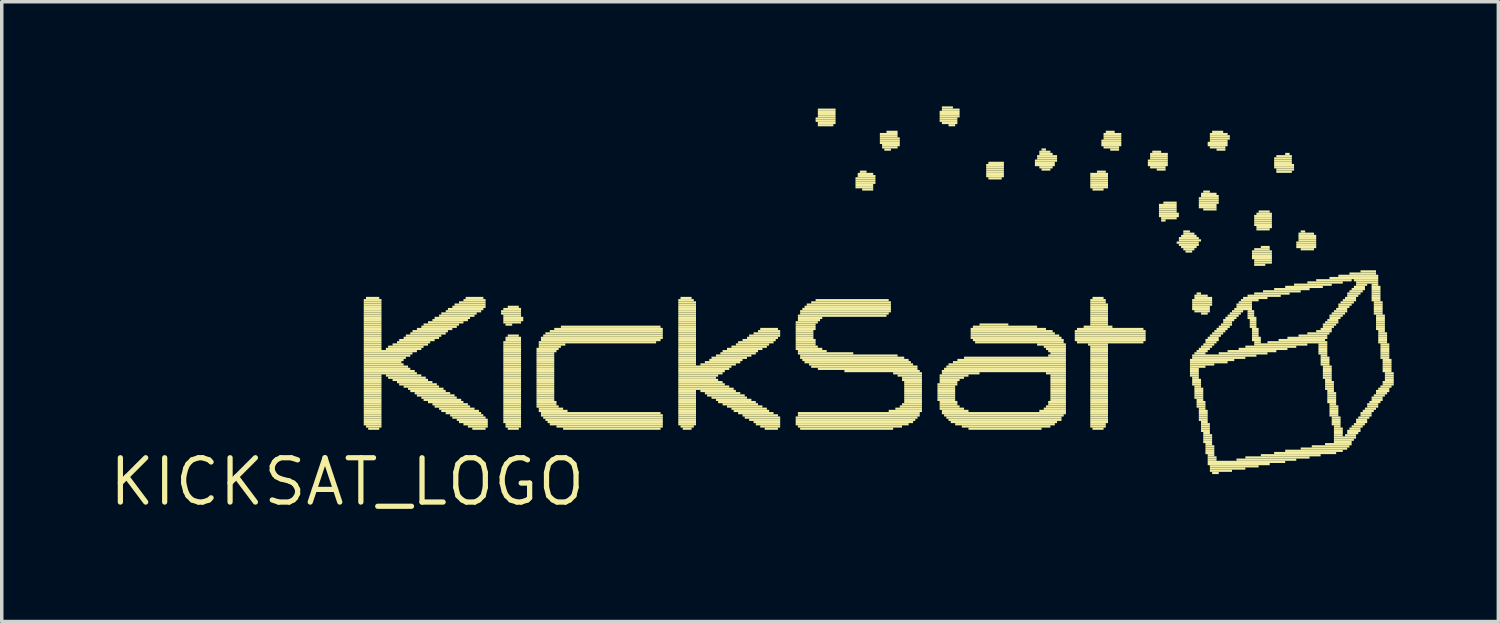
<source format=kicad_pcb>
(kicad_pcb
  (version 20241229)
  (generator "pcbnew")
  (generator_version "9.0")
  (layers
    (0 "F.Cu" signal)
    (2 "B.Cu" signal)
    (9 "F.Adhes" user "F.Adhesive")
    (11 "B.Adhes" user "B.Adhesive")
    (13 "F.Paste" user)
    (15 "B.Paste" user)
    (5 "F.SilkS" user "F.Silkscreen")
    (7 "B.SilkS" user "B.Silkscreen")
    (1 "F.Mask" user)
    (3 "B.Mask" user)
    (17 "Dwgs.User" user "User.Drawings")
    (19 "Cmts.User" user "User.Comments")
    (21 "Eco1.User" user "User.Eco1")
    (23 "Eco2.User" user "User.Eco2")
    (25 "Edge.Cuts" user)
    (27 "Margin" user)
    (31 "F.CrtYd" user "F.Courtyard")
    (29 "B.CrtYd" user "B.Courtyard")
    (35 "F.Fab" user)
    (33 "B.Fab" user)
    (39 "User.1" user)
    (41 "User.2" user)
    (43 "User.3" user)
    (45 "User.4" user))
  (footprint "KICKSAT_LOGO"
    (layer "F.Cu")
    (at 6.902 10.763)
    (property "Reference" "KICKSAT_LOGO" (at 0 0 0) (layer "F.SilkS") (effects (font (size 1.27 1.27) (thickness 0.15))))
    (attr through_hole)
    (fp_poly (pts (xy 0.476 -5.175) (xy 0.984 -5.175) (xy 0.984 -5.239) (xy 0.476 -5.239)) (stroke (width 0) (type solid)) (fill yes) (layer "F.SilkS"))
    (fp_poly (pts (xy 0.476 -5.112) (xy 0.984 -5.112) (xy 0.984 -5.175) (xy 0.476 -5.175)) (stroke (width 0) (type solid)) (fill yes) (layer "F.SilkS"))
    (fp_poly (pts (xy 0.476 -5.048) (xy 0.984 -5.048) (xy 0.984 -5.112) (xy 0.476 -5.112)) (stroke (width 0) (type solid)) (fill yes) (layer "F.SilkS"))
    (fp_poly (pts (xy 0.476 -4.985) (xy 0.984 -4.985) (xy 0.984 -5.048) (xy 0.476 -5.048)) (stroke (width 0) (type solid)) (fill yes) (layer "F.SilkS"))
    (fp_poly (pts (xy 0.476 -4.921) (xy 0.984 -4.921) (xy 0.984 -4.985) (xy 0.476 -4.985)) (stroke (width 0) (type solid)) (fill yes) (layer "F.SilkS"))
    (fp_poly (pts (xy 0.476 -4.858) (xy 0.984 -4.858) (xy 0.984 -4.921) (xy 0.476 -4.921)) (stroke (width 0) (type solid)) (fill yes) (layer "F.SilkS"))
    (fp_poly (pts (xy 0.476 -4.794) (xy 0.984 -4.794) (xy 0.984 -4.858) (xy 0.476 -4.858)) (stroke (width 0) (type solid)) (fill yes) (layer "F.SilkS"))
    (fp_poly (pts (xy 0.476 -4.731) (xy 0.984 -4.731) (xy 0.984 -4.794) (xy 0.476 -4.794)) (stroke (width 0) (type solid)) (fill yes) (layer "F.SilkS"))
    (fp_poly (pts (xy 0.476 -4.667) (xy 0.984 -4.667) (xy 0.984 -4.731) (xy 0.476 -4.731)) (stroke (width 0) (type solid)) (fill yes) (layer "F.SilkS"))
    (fp_poly (pts (xy 0.476 -4.604) (xy 0.984 -4.604) (xy 0.984 -4.667) (xy 0.476 -4.667)) (stroke (width 0) (type solid)) (fill yes) (layer "F.SilkS"))
    (fp_poly (pts (xy 0.476 -4.54) (xy 0.984 -4.54) (xy 0.984 -4.604) (xy 0.476 -4.604)) (stroke (width 0) (type solid)) (fill yes) (layer "F.SilkS"))
    (fp_poly (pts (xy 0.476 -4.477) (xy 0.984 -4.477) (xy 0.984 -4.54) (xy 0.476 -4.54)) (stroke (width 0) (type solid)) (fill yes) (layer "F.SilkS"))
    (fp_poly (pts (xy 0.476 -4.413) (xy 0.984 -4.413) (xy 0.984 -4.477) (xy 0.476 -4.477)) (stroke (width 0) (type solid)) (fill yes) (layer "F.SilkS"))
    (fp_poly (pts (xy 0.476 -4.35) (xy 0.984 -4.35) (xy 0.984 -4.413) (xy 0.476 -4.413)) (stroke (width 0) (type solid)) (fill yes) (layer "F.SilkS"))
    (fp_poly (pts (xy 0.476 -4.286) (xy 0.984 -4.286) (xy 0.984 -4.35) (xy 0.476 -4.35)) (stroke (width 0) (type solid)) (fill yes) (layer "F.SilkS"))
    (fp_poly (pts (xy 0.476 -4.223) (xy 0.984 -4.223) (xy 0.984 -4.286) (xy 0.476 -4.286)) (stroke (width 0) (type solid)) (fill yes) (layer "F.SilkS"))
    (fp_poly (pts (xy 0.476 -4.159) (xy 0.984 -4.159) (xy 0.984 -4.223) (xy 0.476 -4.223)) (stroke (width 0) (type solid)) (fill yes) (layer "F.SilkS"))
    (fp_poly (pts (xy 0.476 -4.096) (xy 0.984 -4.096) (xy 0.984 -4.159) (xy 0.476 -4.159)) (stroke (width 0) (type solid)) (fill yes) (layer "F.SilkS"))
    (fp_poly (pts (xy 0.476 -4.032) (xy 0.984 -4.032) (xy 0.984 -4.096) (xy 0.476 -4.096)) (stroke (width 0) (type solid)) (fill yes) (layer "F.SilkS"))
    (fp_poly (pts (xy 0.476 -3.969) (xy 0.984 -3.969) (xy 0.984 -4.032) (xy 0.476 -4.032)) (stroke (width 0) (type solid)) (fill yes) (layer "F.SilkS"))
    (fp_poly (pts (xy 0.476 -3.905) (xy 0.984 -3.905) (xy 0.984 -3.969) (xy 0.476 -3.969)) (stroke (width 0) (type solid)) (fill yes) (layer "F.SilkS"))
    (fp_poly (pts (xy 0.476 -3.842) (xy 0.984 -3.842) (xy 0.984 -3.905) (xy 0.476 -3.905)) (stroke (width 0) (type solid)) (fill yes) (layer "F.SilkS"))
    (fp_poly (pts (xy 0.476 -3.778) (xy 0.984 -3.778) (xy 0.984 -3.842) (xy 0.476 -3.842)) (stroke (width 0) (type solid)) (fill yes) (layer "F.SilkS"))
    (fp_poly (pts (xy 0.476 -3.715) (xy 2 -3.715) (xy 2 -3.778) (xy 0.476 -3.778)) (stroke (width 0) (type solid)) (fill yes) (layer "F.SilkS"))
    (fp_poly (pts (xy 0.476 -3.651) (xy 1.873 -3.651) (xy 1.873 -3.715) (xy 0.476 -3.715)) (stroke (width 0) (type solid)) (fill yes) (layer "F.SilkS"))
    (fp_poly (pts (xy 0.476 -3.588) (xy 1.81 -3.588) (xy 1.81 -3.651) (xy 0.476 -3.651)) (stroke (width 0) (type solid)) (fill yes) (layer "F.SilkS"))
    (fp_poly (pts (xy 0.476 -3.524) (xy 1.683 -3.524) (xy 1.683 -3.588) (xy 0.476 -3.588)) (stroke (width 0) (type solid)) (fill yes) (layer "F.SilkS"))
    (fp_poly (pts (xy 0.476 -3.461) (xy 1.619 -3.461) (xy 1.619 -3.524) (xy 0.476 -3.524)) (stroke (width 0) (type solid)) (fill yes) (layer "F.SilkS"))
    (fp_poly (pts (xy 0.476 -3.397) (xy 1.556 -3.397) (xy 1.556 -3.461) (xy 0.476 -3.461)) (stroke (width 0) (type solid)) (fill yes) (layer "F.SilkS"))
    (fp_poly (pts (xy 0.476 -3.334) (xy 1.619 -3.334) (xy 1.619 -3.397) (xy 0.476 -3.397)) (stroke (width 0) (type solid)) (fill yes) (layer "F.SilkS"))
    (fp_poly (pts (xy 0.476 -3.27) (xy 1.746 -3.27) (xy 1.746 -3.334) (xy 0.476 -3.334)) (stroke (width 0) (type solid)) (fill yes) (layer "F.SilkS"))
    (fp_poly (pts (xy 0.476 -3.207) (xy 1.81 -3.207) (xy 1.81 -3.27) (xy 0.476 -3.27)) (stroke (width 0) (type solid)) (fill yes) (layer "F.SilkS"))
    (fp_poly (pts (xy 0.476 -3.143) (xy 1.937 -3.143) (xy 1.937 -3.207) (xy 0.476 -3.207)) (stroke (width 0) (type solid)) (fill yes) (layer "F.SilkS"))
    (fp_poly (pts (xy 0.476 -3.08) (xy 2 -3.08) (xy 2 -3.143) (xy 0.476 -3.143)) (stroke (width 0) (type solid)) (fill yes) (layer "F.SilkS"))
    (fp_poly (pts (xy 0.476 -3.016) (xy 0.984 -3.016) (xy 0.984 -3.08) (xy 0.476 -3.08)) (stroke (width 0) (type solid)) (fill yes) (layer "F.SilkS"))
    (fp_poly (pts (xy 0.476 -2.953) (xy 0.984 -2.953) (xy 0.984 -3.016) (xy 0.476 -3.016)) (stroke (width 0) (type solid)) (fill yes) (layer "F.SilkS"))
    (fp_poly (pts (xy 0.476 -2.889) (xy 0.984 -2.889) (xy 0.984 -2.953) (xy 0.476 -2.953)) (stroke (width 0) (type solid)) (fill yes) (layer "F.SilkS"))
    (fp_poly (pts (xy 0.476 -2.826) (xy 0.984 -2.826) (xy 0.984 -2.889) (xy 0.476 -2.889)) (stroke (width 0) (type solid)) (fill yes) (layer "F.SilkS"))
    (fp_poly (pts (xy 0.476 -2.762) (xy 0.984 -2.762) (xy 0.984 -2.826) (xy 0.476 -2.826)) (stroke (width 0) (type solid)) (fill yes) (layer "F.SilkS"))
    (fp_poly (pts (xy 0.476 -2.699) (xy 0.984 -2.699) (xy 0.984 -2.762) (xy 0.476 -2.762)) (stroke (width 0) (type solid)) (fill yes) (layer "F.SilkS"))
    (fp_poly (pts (xy 0.476 -2.635) (xy 0.984 -2.635) (xy 0.984 -2.699) (xy 0.476 -2.699)) (stroke (width 0) (type solid)) (fill yes) (layer "F.SilkS"))
    (fp_poly (pts (xy 0.476 -2.572) (xy 0.984 -2.572) (xy 0.984 -2.635) (xy 0.476 -2.635)) (stroke (width 0) (type solid)) (fill yes) (layer "F.SilkS"))
    (fp_poly (pts (xy 0.476 -2.508) (xy 0.984 -2.508) (xy 0.984 -2.572) (xy 0.476 -2.572)) (stroke (width 0) (type solid)) (fill yes) (layer "F.SilkS"))
    (fp_poly (pts (xy 0.476 -2.445) (xy 0.984 -2.445) (xy 0.984 -2.508) (xy 0.476 -2.508)) (stroke (width 0) (type solid)) (fill yes) (layer "F.SilkS"))
    (fp_poly (pts (xy 0.476 -2.381) (xy 0.984 -2.381) (xy 0.984 -2.445) (xy 0.476 -2.445)) (stroke (width 0) (type solid)) (fill yes) (layer "F.SilkS"))
    (fp_poly (pts (xy 0.476 -2.318) (xy 0.984 -2.318) (xy 0.984 -2.381) (xy 0.476 -2.381)) (stroke (width 0) (type solid)) (fill yes) (layer "F.SilkS"))
    (fp_poly (pts (xy 0.476 -2.254) (xy 0.984 -2.254) (xy 0.984 -2.318) (xy 0.476 -2.318)) (stroke (width 0) (type solid)) (fill yes) (layer "F.SilkS"))
    (fp_poly (pts (xy 0.476 -2.191) (xy 0.984 -2.191) (xy 0.984 -2.254) (xy 0.476 -2.254)) (stroke (width 0) (type solid)) (fill yes) (layer "F.SilkS"))
    (fp_poly (pts (xy 0.476 -2.127) (xy 0.984 -2.127) (xy 0.984 -2.191) (xy 0.476 -2.191)) (stroke (width 0) (type solid)) (fill yes) (layer "F.SilkS"))
    (fp_poly (pts (xy 0.476 -2.064) (xy 0.984 -2.064) (xy 0.984 -2.127) (xy 0.476 -2.127)) (stroke (width 0) (type solid)) (fill yes) (layer "F.SilkS"))
    (fp_poly (pts (xy 0.476 -2) (xy 0.984 -2) (xy 0.984 -2.064) (xy 0.476 -2.064)) (stroke (width 0) (type solid)) (fill yes) (layer "F.SilkS"))
    (fp_poly (pts (xy 0.476 -1.937) (xy 0.984 -1.937) (xy 0.984 -2) (xy 0.476 -2)) (stroke (width 0) (type solid)) (fill yes) (layer "F.SilkS"))
    (fp_poly (pts (xy 0.476 -1.873) (xy 0.984 -1.873) (xy 0.984 -1.937) (xy 0.476 -1.937)) (stroke (width 0) (type solid)) (fill yes) (layer "F.SilkS"))
    (fp_poly (pts (xy 0.476 -1.81) (xy 0.984 -1.81) (xy 0.984 -1.873) (xy 0.476 -1.873)) (stroke (width 0) (type solid)) (fill yes) (layer "F.SilkS"))
    (fp_poly (pts (xy 0.476 -1.746) (xy 0.984 -1.746) (xy 0.984 -1.81) (xy 0.476 -1.81)) (stroke (width 0) (type solid)) (fill yes) (layer "F.SilkS"))
    (fp_poly (pts (xy 0.476 -1.683) (xy 0.984 -1.683) (xy 0.984 -1.746) (xy 0.476 -1.746)) (stroke (width 0) (type solid)) (fill yes) (layer "F.SilkS"))
    (fp_poly (pts (xy 0.476 -1.619) (xy 0.984 -1.619) (xy 0.984 -1.683) (xy 0.476 -1.683)) (stroke (width 0) (type solid)) (fill yes) (layer "F.SilkS"))
    (fp_poly (pts (xy 0.54 -5.239) (xy 0.921 -5.239) (xy 0.921 -5.302) (xy 0.54 -5.302)) (stroke (width 0) (type solid)) (fill yes) (layer "F.SilkS"))
    (fp_poly (pts (xy 0.54 -1.556) (xy 0.984 -1.556) (xy 0.984 -1.619) (xy 0.54 -1.619)) (stroke (width 0) (type solid)) (fill yes) (layer "F.SilkS"))
    (fp_poly (pts (xy 0.603 -1.492) (xy 0.921 -1.492) (xy 0.921 -1.556) (xy 0.603 -1.556)) (stroke (width 0) (type solid)) (fill yes) (layer "F.SilkS"))
    (fp_poly (pts (xy 1.111 -3.778) (xy 2.127 -3.778) (xy 2.127 -3.842) (xy 1.111 -3.842)) (stroke (width 0) (type solid)) (fill yes) (layer "F.SilkS"))
    (fp_poly (pts (xy 1.111 -3.016) (xy 2.127 -3.016) (xy 2.127 -3.08) (xy 1.111 -3.08)) (stroke (width 0) (type solid)) (fill yes) (layer "F.SilkS"))
    (fp_poly (pts (xy 1.175 -3.842) (xy 2.191 -3.842) (xy 2.191 -3.905) (xy 1.175 -3.905)) (stroke (width 0) (type solid)) (fill yes) (layer "F.SilkS"))
    (fp_poly (pts (xy 1.175 -2.953) (xy 2.254 -2.953) (xy 2.254 -3.016) (xy 1.175 -3.016)) (stroke (width 0) (type solid)) (fill yes) (layer "F.SilkS"))
    (fp_poly (pts (xy 1.302 -3.905) (xy 2.318 -3.905) (xy 2.318 -3.969) (xy 1.302 -3.969)) (stroke (width 0) (type solid)) (fill yes) (layer "F.SilkS"))
    (fp_poly (pts (xy 1.302 -2.889) (xy 2.318 -2.889) (xy 2.318 -2.953) (xy 1.302 -2.953)) (stroke (width 0) (type solid)) (fill yes) (layer "F.SilkS"))
    (fp_poly (pts (xy 1.429 -3.969) (xy 2.381 -3.969) (xy 2.381 -4.032) (xy 1.429 -4.032)) (stroke (width 0) (type solid)) (fill yes) (layer "F.SilkS"))
    (fp_poly (pts (xy 1.429 -2.826) (xy 2.445 -2.826) (xy 2.445 -2.889) (xy 1.429 -2.889)) (stroke (width 0) (type solid)) (fill yes) (layer "F.SilkS"))
    (fp_poly (pts (xy 1.492 -4.032) (xy 2.508 -4.032) (xy 2.508 -4.096) (xy 1.492 -4.096)) (stroke (width 0) (type solid)) (fill yes) (layer "F.SilkS"))
    (fp_poly (pts (xy 1.492 -2.762) (xy 2.572 -2.762) (xy 2.572 -2.826) (xy 1.492 -2.826)) (stroke (width 0) (type solid)) (fill yes) (layer "F.SilkS"))
    (fp_poly (pts (xy 1.619 -4.096) (xy 2.635 -4.096) (xy 2.635 -4.159) (xy 1.619 -4.159)) (stroke (width 0) (type solid)) (fill yes) (layer "F.SilkS"))
    (fp_poly (pts (xy 1.619 -2.699) (xy 2.635 -2.699) (xy 2.635 -2.762) (xy 1.619 -2.762)) (stroke (width 0) (type solid)) (fill yes) (layer "F.SilkS"))
    (fp_poly (pts (xy 1.683 -4.159) (xy 2.699 -4.159) (xy 2.699 -4.223) (xy 1.683 -4.223)) (stroke (width 0) (type solid)) (fill yes) (layer "F.SilkS"))
    (fp_poly (pts (xy 1.746 -2.635) (xy 2.762 -2.635) (xy 2.762 -2.699) (xy 1.746 -2.699)) (stroke (width 0) (type solid)) (fill yes) (layer "F.SilkS"))
    (fp_poly (pts (xy 1.81 -4.223) (xy 2.826 -4.223) (xy 2.826 -4.286) (xy 1.81 -4.286)) (stroke (width 0) (type solid)) (fill yes) (layer "F.SilkS"))
    (fp_poly (pts (xy 1.81 -2.572) (xy 2.826 -2.572) (xy 2.826 -2.635) (xy 1.81 -2.635)) (stroke (width 0) (type solid)) (fill yes) (layer "F.SilkS"))
    (fp_poly (pts (xy 1.873 -4.286) (xy 2.889 -4.286) (xy 2.889 -4.35) (xy 1.873 -4.35)) (stroke (width 0) (type solid)) (fill yes) (layer "F.SilkS"))
    (fp_poly (pts (xy 1.937 -2.508) (xy 2.953 -2.508) (xy 2.953 -2.572) (xy 1.937 -2.572)) (stroke (width 0) (type solid)) (fill yes) (layer "F.SilkS"))
    (fp_poly (pts (xy 2 -4.35) (xy 3.016 -4.35) (xy 3.016 -4.413) (xy 2 -4.413)) (stroke (width 0) (type solid)) (fill yes) (layer "F.SilkS"))
    (fp_poly (pts (xy 2 -2.445) (xy 3.08 -2.445) (xy 3.08 -2.508) (xy 2 -2.508)) (stroke (width 0) (type solid)) (fill yes) (layer "F.SilkS"))
    (fp_poly (pts (xy 2.127 -4.413) (xy 3.143 -4.413) (xy 3.143 -4.477) (xy 2.127 -4.477)) (stroke (width 0) (type solid)) (fill yes) (layer "F.SilkS"))
    (fp_poly (pts (xy 2.127 -2.381) (xy 3.143 -2.381) (xy 3.143 -2.445) (xy 2.127 -2.445)) (stroke (width 0) (type solid)) (fill yes) (layer "F.SilkS"))
    (fp_poly (pts (xy 2.191 -4.477) (xy 3.207 -4.477) (xy 3.207 -4.54) (xy 2.191 -4.54)) (stroke (width 0) (type solid)) (fill yes) (layer "F.SilkS"))
    (fp_poly (pts (xy 2.191 -2.318) (xy 3.27 -2.318) (xy 3.27 -2.381) (xy 2.191 -2.381)) (stroke (width 0) (type solid)) (fill yes) (layer "F.SilkS"))
    (fp_poly (pts (xy 2.318 -4.54) (xy 3.334 -4.54) (xy 3.334 -4.604) (xy 2.318 -4.604)) (stroke (width 0) (type solid)) (fill yes) (layer "F.SilkS"))
    (fp_poly (pts (xy 2.318 -2.254) (xy 3.334 -2.254) (xy 3.334 -2.318) (xy 2.318 -2.318)) (stroke (width 0) (type solid)) (fill yes) (layer "F.SilkS"))
    (fp_poly (pts (xy 2.445 -4.604) (xy 3.461 -4.604) (xy 3.461 -4.667) (xy 2.445 -4.667)) (stroke (width 0) (type solid)) (fill yes) (layer "F.SilkS"))
    (fp_poly (pts (xy 2.445 -2.191) (xy 3.461 -2.191) (xy 3.461 -2.254) (xy 2.445 -2.254)) (stroke (width 0) (type solid)) (fill yes) (layer "F.SilkS"))
    (fp_poly (pts (xy 2.508 -4.667) (xy 3.524 -4.667) (xy 3.524 -4.731) (xy 2.508 -4.731)) (stroke (width 0) (type solid)) (fill yes) (layer "F.SilkS"))
    (fp_poly (pts (xy 2.508 -2.127) (xy 3.524 -2.127) (xy 3.524 -2.191) (xy 2.508 -2.191)) (stroke (width 0) (type solid)) (fill yes) (layer "F.SilkS"))
    (fp_poly (pts (xy 2.635 -4.731) (xy 3.651 -4.731) (xy 3.651 -4.794) (xy 2.635 -4.794)) (stroke (width 0) (type solid)) (fill yes) (layer "F.SilkS"))
    (fp_poly (pts (xy 2.635 -2.064) (xy 3.651 -2.064) (xy 3.651 -2.127) (xy 2.635 -2.127)) (stroke (width 0) (type solid)) (fill yes) (layer "F.SilkS"))
    (fp_poly (pts (xy 2.699 -4.794) (xy 3.715 -4.794) (xy 3.715 -4.858) (xy 2.699 -4.858)) (stroke (width 0) (type solid)) (fill yes) (layer "F.SilkS"))
    (fp_poly (pts (xy 2.699 -2) (xy 3.778 -2) (xy 3.778 -2.064) (xy 2.699 -2.064)) (stroke (width 0) (type solid)) (fill yes) (layer "F.SilkS"))
    (fp_poly (pts (xy 2.826 -4.858) (xy 3.842 -4.858) (xy 3.842 -4.921) (xy 2.826 -4.921)) (stroke (width 0) (type solid)) (fill yes) (layer "F.SilkS"))
    (fp_poly (pts (xy 2.826 -1.937) (xy 3.842 -1.937) (xy 3.842 -2) (xy 2.826 -2)) (stroke (width 0) (type solid)) (fill yes) (layer "F.SilkS"))
    (fp_poly (pts (xy 2.889 -4.921) (xy 3.905 -4.921) (xy 3.905 -4.985) (xy 2.889 -4.985)) (stroke (width 0) (type solid)) (fill yes) (layer "F.SilkS"))
    (fp_poly (pts (xy 2.953 -1.873) (xy 3.905 -1.873) (xy 3.905 -1.937) (xy 2.953 -1.937)) (stroke (width 0) (type solid)) (fill yes) (layer "F.SilkS"))
    (fp_poly (pts (xy 3.016 -4.985) (xy 3.969 -4.985) (xy 3.969 -5.048) (xy 3.016 -5.048)) (stroke (width 0) (type solid)) (fill yes) (layer "F.SilkS"))
    (fp_poly (pts (xy 3.016 -1.81) (xy 3.969 -1.81) (xy 3.969 -1.873) (xy 3.016 -1.873)) (stroke (width 0) (type solid)) (fill yes) (layer "F.SilkS"))
    (fp_poly (pts (xy 3.08 -5.048) (xy 3.969 -5.048) (xy 3.969 -5.112) (xy 3.08 -5.112)) (stroke (width 0) (type solid)) (fill yes) (layer "F.SilkS"))
    (fp_poly (pts (xy 3.143 -1.746) (xy 4.032 -1.746) (xy 4.032 -1.81) (xy 3.143 -1.81)) (stroke (width 0) (type solid)) (fill yes) (layer "F.SilkS"))
    (fp_poly (pts (xy 3.207 -5.112) (xy 3.969 -5.112) (xy 3.969 -5.175) (xy 3.207 -5.175)) (stroke (width 0) (type solid)) (fill yes) (layer "F.SilkS"))
    (fp_poly (pts (xy 3.207 -1.683) (xy 4.032 -1.683) (xy 4.032 -1.746) (xy 3.207 -1.746)) (stroke (width 0) (type solid)) (fill yes) (layer "F.SilkS"))
    (fp_poly (pts (xy 3.334 -5.175) (xy 3.969 -5.175) (xy 3.969 -5.239) (xy 3.334 -5.239)) (stroke (width 0) (type solid)) (fill yes) (layer "F.SilkS"))
    (fp_poly (pts (xy 3.334 -1.619) (xy 4.032 -1.619) (xy 4.032 -1.683) (xy 3.334 -1.683)) (stroke (width 0) (type solid)) (fill yes) (layer "F.SilkS"))
    (fp_poly (pts (xy 3.397 -5.239) (xy 3.905 -5.239) (xy 3.905 -5.302) (xy 3.397 -5.302)) (stroke (width 0) (type solid)) (fill yes) (layer "F.SilkS"))
    (fp_poly (pts (xy 3.461 -1.556) (xy 4.032 -1.556) (xy 4.032 -1.619) (xy 3.461 -1.619)) (stroke (width 0) (type solid)) (fill yes) (layer "F.SilkS"))
    (fp_poly (pts (xy 3.588 -1.492) (xy 3.969 -1.492) (xy 3.969 -1.556) (xy 3.588 -1.556)) (stroke (width 0) (type solid)) (fill yes) (layer "F.SilkS"))
    (fp_poly (pts (xy 4.413 -4.858) (xy 4.985 -4.858) (xy 4.985 -4.921) (xy 4.413 -4.921)) (stroke (width 0) (type solid)) (fill yes) (layer "F.SilkS"))
    (fp_poly (pts (xy 4.413 -4.794) (xy 4.985 -4.794) (xy 4.985 -4.858) (xy 4.413 -4.858)) (stroke (width 0) (type solid)) (fill yes) (layer "F.SilkS"))
    (fp_poly (pts (xy 4.477 -4.921) (xy 4.985 -4.921) (xy 4.985 -4.985) (xy 4.477 -4.985)) (stroke (width 0) (type solid)) (fill yes) (layer "F.SilkS"))
    (fp_poly (pts (xy 4.477 -4.731) (xy 4.985 -4.731) (xy 4.985 -4.794) (xy 4.477 -4.794)) (stroke (width 0) (type solid)) (fill yes) (layer "F.SilkS"))
    (fp_poly (pts (xy 4.477 -4.667) (xy 5.048 -4.667) (xy 5.048 -4.731) (xy 4.477 -4.731)) (stroke (width 0) (type solid)) (fill yes) (layer "F.SilkS"))
    (fp_poly (pts (xy 4.477 -4.604) (xy 5.048 -4.604) (xy 5.048 -4.667) (xy 4.477 -4.667)) (stroke (width 0) (type solid)) (fill yes) (layer "F.SilkS"))
    (fp_poly (pts (xy 4.477 -4.54) (xy 4.985 -4.54) (xy 4.985 -4.604) (xy 4.477 -4.604)) (stroke (width 0) (type solid)) (fill yes) (layer "F.SilkS"))
    (fp_poly (pts (xy 4.477 -3.969) (xy 4.985 -3.969) (xy 4.985 -4.032) (xy 4.477 -4.032)) (stroke (width 0) (type solid)) (fill yes) (layer "F.SilkS"))
    (fp_poly (pts (xy 4.477 -3.905) (xy 4.985 -3.905) (xy 4.985 -3.969) (xy 4.477 -3.969)) (stroke (width 0) (type solid)) (fill yes) (layer "F.SilkS"))
    (fp_poly (pts (xy 4.477 -3.842) (xy 4.985 -3.842) (xy 4.985 -3.905) (xy 4.477 -3.905)) (stroke (width 0) (type solid)) (fill yes) (layer "F.SilkS"))
    (fp_poly (pts (xy 4.477 -3.778) (xy 4.985 -3.778) (xy 4.985 -3.842) (xy 4.477 -3.842)) (stroke (width 0) (type solid)) (fill yes) (layer "F.SilkS"))
    (fp_poly (pts (xy 4.477 -3.715) (xy 4.985 -3.715) (xy 4.985 -3.778) (xy 4.477 -3.778)) (stroke (width 0) (type solid)) (fill yes) (layer "F.SilkS"))
    (fp_poly (pts (xy 4.477 -3.651) (xy 4.985 -3.651) (xy 4.985 -3.715) (xy 4.477 -3.715)) (stroke (width 0) (type solid)) (fill yes) (layer "F.SilkS"))
    (fp_poly (pts (xy 4.477 -3.588) (xy 4.985 -3.588) (xy 4.985 -3.651) (xy 4.477 -3.651)) (stroke (width 0) (type solid)) (fill yes) (layer "F.SilkS"))
    (fp_poly (pts (xy 4.477 -3.524) (xy 4.985 -3.524) (xy 4.985 -3.588) (xy 4.477 -3.588)) (stroke (width 0) (type solid)) (fill yes) (layer "F.SilkS"))
    (fp_poly (pts (xy 4.477 -3.461) (xy 4.985 -3.461) (xy 4.985 -3.524) (xy 4.477 -3.524)) (stroke (width 0) (type solid)) (fill yes) (layer "F.SilkS"))
    (fp_poly (pts (xy 4.477 -3.397) (xy 4.985 -3.397) (xy 4.985 -3.461) (xy 4.477 -3.461)) (stroke (width 0) (type solid)) (fill yes) (layer "F.SilkS"))
    (fp_poly (pts (xy 4.477 -3.334) (xy 4.985 -3.334) (xy 4.985 -3.397) (xy 4.477 -3.397)) (stroke (width 0) (type solid)) (fill yes) (layer "F.SilkS"))
    (fp_poly (pts (xy 4.477 -3.27) (xy 4.985 -3.27) (xy 4.985 -3.334) (xy 4.477 -3.334)) (stroke (width 0) (type solid)) (fill yes) (layer "F.SilkS"))
    (fp_poly (pts (xy 4.477 -3.207) (xy 4.985 -3.207) (xy 4.985 -3.27) (xy 4.477 -3.27)) (stroke (width 0) (type solid)) (fill yes) (layer "F.SilkS"))
    (fp_poly (pts (xy 4.477 -3.143) (xy 4.985 -3.143) (xy 4.985 -3.207) (xy 4.477 -3.207)) (stroke (width 0) (type solid)) (fill yes) (layer "F.SilkS"))
    (fp_poly (pts (xy 4.477 -3.08) (xy 4.985 -3.08) (xy 4.985 -3.143) (xy 4.477 -3.143)) (stroke (width 0) (type solid)) (fill yes) (layer "F.SilkS"))
    (fp_poly (pts (xy 4.477 -3.016) (xy 4.985 -3.016) (xy 4.985 -3.08) (xy 4.477 -3.08)) (stroke (width 0) (type solid)) (fill yes) (layer "F.SilkS"))
    (fp_poly (pts (xy 4.477 -2.953) (xy 4.985 -2.953) (xy 4.985 -3.016) (xy 4.477 -3.016)) (stroke (width 0) (type solid)) (fill yes) (layer "F.SilkS"))
    (fp_poly (pts (xy 4.477 -2.889) (xy 4.985 -2.889) (xy 4.985 -2.953) (xy 4.477 -2.953)) (stroke (width 0) (type solid)) (fill yes) (layer "F.SilkS"))
    (fp_poly (pts (xy 4.477 -2.826) (xy 4.985 -2.826) (xy 4.985 -2.889) (xy 4.477 -2.889)) (stroke (width 0) (type solid)) (fill yes) (layer "F.SilkS"))
    (fp_poly (pts (xy 4.477 -2.762) (xy 4.985 -2.762) (xy 4.985 -2.826) (xy 4.477 -2.826)) (stroke (width 0) (type solid)) (fill yes) (layer "F.SilkS"))
    (fp_poly (pts (xy 4.477 -2.699) (xy 4.985 -2.699) (xy 4.985 -2.762) (xy 4.477 -2.762)) (stroke (width 0) (type solid)) (fill yes) (layer "F.SilkS"))
    (fp_poly (pts (xy 4.477 -2.635) (xy 4.985 -2.635) (xy 4.985 -2.699) (xy 4.477 -2.699)) (stroke (width 0) (type solid)) (fill yes) (layer "F.SilkS"))
    (fp_poly (pts (xy 4.477 -2.572) (xy 4.985 -2.572) (xy 4.985 -2.635) (xy 4.477 -2.635)) (stroke (width 0) (type solid)) (fill yes) (layer "F.SilkS"))
    (fp_poly (pts (xy 4.477 -2.508) (xy 4.985 -2.508) (xy 4.985 -2.572) (xy 4.477 -2.572)) (stroke (width 0) (type solid)) (fill yes) (layer "F.SilkS"))
    (fp_poly (pts (xy 4.477 -2.445) (xy 4.985 -2.445) (xy 4.985 -2.508) (xy 4.477 -2.508)) (stroke (width 0) (type solid)) (fill yes) (layer "F.SilkS"))
    (fp_poly (pts (xy 4.477 -2.381) (xy 4.985 -2.381) (xy 4.985 -2.445) (xy 4.477 -2.445)) (stroke (width 0) (type solid)) (fill yes) (layer "F.SilkS"))
    (fp_poly (pts (xy 4.477 -2.318) (xy 4.985 -2.318) (xy 4.985 -2.381) (xy 4.477 -2.381)) (stroke (width 0) (type solid)) (fill yes) (layer "F.SilkS"))
    (fp_poly (pts (xy 4.477 -2.254) (xy 4.985 -2.254) (xy 4.985 -2.318) (xy 4.477 -2.318)) (stroke (width 0) (type solid)) (fill yes) (layer "F.SilkS"))
    (fp_poly (pts (xy 4.477 -2.191) (xy 4.985 -2.191) (xy 4.985 -2.254) (xy 4.477 -2.254)) (stroke (width 0) (type solid)) (fill yes) (layer "F.SilkS"))
    (fp_poly (pts (xy 4.477 -2.127) (xy 4.985 -2.127) (xy 4.985 -2.191) (xy 4.477 -2.191)) (stroke (width 0) (type solid)) (fill yes) (layer "F.SilkS"))
    (fp_poly (pts (xy 4.477 -2.064) (xy 4.985 -2.064) (xy 4.985 -2.127) (xy 4.477 -2.127)) (stroke (width 0) (type solid)) (fill yes) (layer "F.SilkS"))
    (fp_poly (pts (xy 4.477 -2) (xy 4.985 -2) (xy 4.985 -2.064) (xy 4.477 -2.064)) (stroke (width 0) (type solid)) (fill yes) (layer "F.SilkS"))
    (fp_poly (pts (xy 4.477 -1.937) (xy 4.985 -1.937) (xy 4.985 -2) (xy 4.477 -2)) (stroke (width 0) (type solid)) (fill yes) (layer "F.SilkS"))
    (fp_poly (pts (xy 4.477 -1.873) (xy 4.985 -1.873) (xy 4.985 -1.937) (xy 4.477 -1.937)) (stroke (width 0) (type solid)) (fill yes) (layer "F.SilkS"))
    (fp_poly (pts (xy 4.477 -1.81) (xy 4.985 -1.81) (xy 4.985 -1.873) (xy 4.477 -1.873)) (stroke (width 0) (type solid)) (fill yes) (layer "F.SilkS"))
    (fp_poly (pts (xy 4.477 -1.746) (xy 4.985 -1.746) (xy 4.985 -1.81) (xy 4.477 -1.81)) (stroke (width 0) (type solid)) (fill yes) (layer "F.SilkS"))
    (fp_poly (pts (xy 4.477 -1.683) (xy 4.985 -1.683) (xy 4.985 -1.746) (xy 4.477 -1.746)) (stroke (width 0) (type solid)) (fill yes) (layer "F.SilkS"))
    (fp_poly (pts (xy 4.54 -4.477) (xy 4.731 -4.477) (xy 4.731 -4.54) (xy 4.54 -4.54)) (stroke (width 0) (type solid)) (fill yes) (layer "F.SilkS"))
    (fp_poly (pts (xy 4.54 -4.096) (xy 4.985 -4.096) (xy 4.985 -4.159) (xy 4.54 -4.159)) (stroke (width 0) (type solid)) (fill yes) (layer "F.SilkS"))
    (fp_poly (pts (xy 4.54 -4.032) (xy 4.985 -4.032) (xy 4.985 -4.096) (xy 4.54 -4.096)) (stroke (width 0) (type solid)) (fill yes) (layer "F.SilkS"))
    (fp_poly (pts (xy 4.54 -1.619) (xy 4.985 -1.619) (xy 4.985 -1.683) (xy 4.54 -1.683)) (stroke (width 0) (type solid)) (fill yes) (layer "F.SilkS"))
    (fp_poly (pts (xy 4.54 -1.556) (xy 4.985 -1.556) (xy 4.985 -1.619) (xy 4.54 -1.619)) (stroke (width 0) (type solid)) (fill yes) (layer "F.SilkS"))
    (fp_poly (pts (xy 4.604 -4.985) (xy 4.921 -4.985) (xy 4.921 -5.048) (xy 4.604 -5.048)) (stroke (width 0) (type solid)) (fill yes) (layer "F.SilkS"))
    (fp_poly (pts (xy 4.604 -4.159) (xy 4.921 -4.159) (xy 4.921 -4.223) (xy 4.604 -4.223)) (stroke (width 0) (type solid)) (fill yes) (layer "F.SilkS"))
    (fp_poly (pts (xy 4.604 -1.492) (xy 4.921 -1.492) (xy 4.921 -1.556) (xy 4.604 -1.556)) (stroke (width 0) (type solid)) (fill yes) (layer "F.SilkS"))
    (fp_poly (pts (xy 5.429 -3.778) (xy 6.064 -3.778) (xy 6.064 -3.842) (xy 5.429 -3.842)) (stroke (width 0) (type solid)) (fill yes) (layer "F.SilkS"))
    (fp_poly (pts (xy 5.429 -3.715) (xy 6.001 -3.715) (xy 6.001 -3.778) (xy 5.429 -3.778)) (stroke (width 0) (type solid)) (fill yes) (layer "F.SilkS"))
    (fp_poly (pts (xy 5.429 -3.651) (xy 5.937 -3.651) (xy 5.937 -3.715) (xy 5.429 -3.715)) (stroke (width 0) (type solid)) (fill yes) (layer "F.SilkS"))
    (fp_poly (pts (xy 5.429 -3.588) (xy 5.937 -3.588) (xy 5.937 -3.651) (xy 5.429 -3.651)) (stroke (width 0) (type solid)) (fill yes) (layer "F.SilkS"))
    (fp_poly (pts (xy 5.429 -3.524) (xy 5.937 -3.524) (xy 5.937 -3.588) (xy 5.429 -3.588)) (stroke (width 0) (type solid)) (fill yes) (layer "F.SilkS"))
    (fp_poly (pts (xy 5.429 -3.461) (xy 5.937 -3.461) (xy 5.937 -3.524) (xy 5.429 -3.524)) (stroke (width 0) (type solid)) (fill yes) (layer "F.SilkS"))
    (fp_poly (pts (xy 5.429 -3.397) (xy 5.937 -3.397) (xy 5.937 -3.461) (xy 5.429 -3.461)) (stroke (width 0) (type solid)) (fill yes) (layer "F.SilkS"))
    (fp_poly (pts (xy 5.429 -3.334) (xy 5.937 -3.334) (xy 5.937 -3.397) (xy 5.429 -3.397)) (stroke (width 0) (type solid)) (fill yes) (layer "F.SilkS"))
    (fp_poly (pts (xy 5.429 -3.27) (xy 5.937 -3.27) (xy 5.937 -3.334) (xy 5.429 -3.334)) (stroke (width 0) (type solid)) (fill yes) (layer "F.SilkS"))
    (fp_poly (pts (xy 5.429 -3.207) (xy 5.937 -3.207) (xy 5.937 -3.27) (xy 5.429 -3.27)) (stroke (width 0) (type solid)) (fill yes) (layer "F.SilkS"))
    (fp_poly (pts (xy 5.429 -3.143) (xy 5.937 -3.143) (xy 5.937 -3.207) (xy 5.429 -3.207)) (stroke (width 0) (type solid)) (fill yes) (layer "F.SilkS"))
    (fp_poly (pts (xy 5.429 -3.08) (xy 5.937 -3.08) (xy 5.937 -3.143) (xy 5.429 -3.143)) (stroke (width 0) (type solid)) (fill yes) (layer "F.SilkS"))
    (fp_poly (pts (xy 5.429 -3.016) (xy 5.937 -3.016) (xy 5.937 -3.08) (xy 5.429 -3.08)) (stroke (width 0) (type solid)) (fill yes) (layer "F.SilkS"))
    (fp_poly (pts (xy 5.429 -2.953) (xy 5.937 -2.953) (xy 5.937 -3.016) (xy 5.429 -3.016)) (stroke (width 0) (type solid)) (fill yes) (layer "F.SilkS"))
    (fp_poly (pts (xy 5.429 -2.889) (xy 5.937 -2.889) (xy 5.937 -2.953) (xy 5.429 -2.953)) (stroke (width 0) (type solid)) (fill yes) (layer "F.SilkS"))
    (fp_poly (pts (xy 5.429 -2.826) (xy 5.937 -2.826) (xy 5.937 -2.889) (xy 5.429 -2.889)) (stroke (width 0) (type solid)) (fill yes) (layer "F.SilkS"))
    (fp_poly (pts (xy 5.429 -2.762) (xy 5.937 -2.762) (xy 5.937 -2.826) (xy 5.429 -2.826)) (stroke (width 0) (type solid)) (fill yes) (layer "F.SilkS"))
    (fp_poly (pts (xy 5.429 -2.699) (xy 5.937 -2.699) (xy 5.937 -2.762) (xy 5.429 -2.762)) (stroke (width 0) (type solid)) (fill yes) (layer "F.SilkS"))
    (fp_poly (pts (xy 5.429 -2.635) (xy 5.937 -2.635) (xy 5.937 -2.699) (xy 5.429 -2.699)) (stroke (width 0) (type solid)) (fill yes) (layer "F.SilkS"))
    (fp_poly (pts (xy 5.429 -2.572) (xy 5.937 -2.572) (xy 5.937 -2.635) (xy 5.429 -2.635)) (stroke (width 0) (type solid)) (fill yes) (layer "F.SilkS"))
    (fp_poly (pts (xy 5.429 -2.508) (xy 5.937 -2.508) (xy 5.937 -2.572) (xy 5.429 -2.572)) (stroke (width 0) (type solid)) (fill yes) (layer "F.SilkS"))
    (fp_poly (pts (xy 5.429 -2.445) (xy 5.937 -2.445) (xy 5.937 -2.508) (xy 5.429 -2.508)) (stroke (width 0) (type solid)) (fill yes) (layer "F.SilkS"))
    (fp_poly (pts (xy 5.429 -2.381) (xy 5.937 -2.381) (xy 5.937 -2.445) (xy 5.429 -2.445)) (stroke (width 0) (type solid)) (fill yes) (layer "F.SilkS"))
    (fp_poly (pts (xy 5.429 -2.318) (xy 5.937 -2.318) (xy 5.937 -2.381) (xy 5.429 -2.381)) (stroke (width 0) (type solid)) (fill yes) (layer "F.SilkS"))
    (fp_poly (pts (xy 5.429 -2.254) (xy 6.001 -2.254) (xy 6.001 -2.318) (xy 5.429 -2.318)) (stroke (width 0) (type solid)) (fill yes) (layer "F.SilkS"))
    (fp_poly (pts (xy 5.429 -2.191) (xy 6.001 -2.191) (xy 6.001 -2.254) (xy 5.429 -2.254)) (stroke (width 0) (type solid)) (fill yes) (layer "F.SilkS"))
    (fp_poly (pts (xy 5.429 -2.127) (xy 6.064 -2.127) (xy 6.064 -2.191) (xy 5.429 -2.191)) (stroke (width 0) (type solid)) (fill yes) (layer "F.SilkS"))
    (fp_poly (pts (xy 5.493 -3.969) (xy 8.858 -3.969) (xy 8.858 -4.032) (xy 5.493 -4.032)) (stroke (width 0) (type solid)) (fill yes) (layer "F.SilkS"))
    (fp_poly (pts (xy 5.493 -3.905) (xy 6.255 -3.905) (xy 6.255 -3.969) (xy 5.493 -3.969)) (stroke (width 0) (type solid)) (fill yes) (layer "F.SilkS"))
    (fp_poly (pts (xy 5.493 -3.842) (xy 6.128 -3.842) (xy 6.128 -3.905) (xy 5.493 -3.905)) (stroke (width 0) (type solid)) (fill yes) (layer "F.SilkS"))
    (fp_poly (pts (xy 5.493 -2.064) (xy 6.191 -2.064) (xy 6.191 -2.127) (xy 5.493 -2.127)) (stroke (width 0) (type solid)) (fill yes) (layer "F.SilkS"))
    (fp_poly (pts (xy 5.493 -2) (xy 6.318 -2) (xy 6.318 -2.064) (xy 5.493 -2.064)) (stroke (width 0) (type solid)) (fill yes) (layer "F.SilkS"))
    (fp_poly (pts (xy 5.556 -4.096) (xy 9.049 -4.096) (xy 9.049 -4.159) (xy 5.556 -4.159)) (stroke (width 0) (type solid)) (fill yes) (layer "F.SilkS"))
    (fp_poly (pts (xy 5.556 -4.032) (xy 8.985 -4.032) (xy 8.985 -4.096) (xy 5.556 -4.096)) (stroke (width 0) (type solid)) (fill yes) (layer "F.SilkS"))
    (fp_poly (pts (xy 5.556 -1.937) (xy 8.985 -1.937) (xy 8.985 -2) (xy 5.556 -2)) (stroke (width 0) (type solid)) (fill yes) (layer "F.SilkS"))
    (fp_poly (pts (xy 5.556 -1.873) (xy 9.049 -1.873) (xy 9.049 -1.937) (xy 5.556 -1.937)) (stroke (width 0) (type solid)) (fill yes) (layer "F.SilkS"))
    (fp_poly (pts (xy 5.62 -4.159) (xy 9.049 -4.159) (xy 9.049 -4.223) (xy 5.62 -4.223)) (stroke (width 0) (type solid)) (fill yes) (layer "F.SilkS"))
    (fp_poly (pts (xy 5.62 -1.81) (xy 9.049 -1.81) (xy 9.049 -1.873) (xy 5.62 -1.873)) (stroke (width 0) (type solid)) (fill yes) (layer "F.SilkS"))
    (fp_poly (pts (xy 5.683 -4.223) (xy 9.049 -4.223) (xy 9.049 -4.286) (xy 5.683 -4.286)) (stroke (width 0) (type solid)) (fill yes) (layer "F.SilkS"))
    (fp_poly (pts (xy 5.683 -1.746) (xy 9.049 -1.746) (xy 9.049 -1.81) (xy 5.683 -1.81)) (stroke (width 0) (type solid)) (fill yes) (layer "F.SilkS"))
    (fp_poly (pts (xy 5.747 -1.683) (xy 9.049 -1.683) (xy 9.049 -1.746) (xy 5.747 -1.746)) (stroke (width 0) (type solid)) (fill yes) (layer "F.SilkS"))
    (fp_poly (pts (xy 5.81 -4.286) (xy 9.049 -4.286) (xy 9.049 -4.35) (xy 5.81 -4.35)) (stroke (width 0) (type solid)) (fill yes) (layer "F.SilkS"))
    (fp_poly (pts (xy 5.81 -1.619) (xy 9.049 -1.619) (xy 9.049 -1.683) (xy 5.81 -1.683)) (stroke (width 0) (type solid)) (fill yes) (layer "F.SilkS"))
    (fp_poly (pts (xy 5.937 -4.35) (xy 9.049 -4.35) (xy 9.049 -4.413) (xy 5.937 -4.413)) (stroke (width 0) (type solid)) (fill yes) (layer "F.SilkS"))
    (fp_poly (pts (xy 6.001 -1.556) (xy 9.049 -1.556) (xy 9.049 -1.619) (xy 6.001 -1.619)) (stroke (width 0) (type solid)) (fill yes) (layer "F.SilkS"))
    (fp_poly (pts (xy 6.128 -4.413) (xy 8.985 -4.413) (xy 8.985 -4.477) (xy 6.128 -4.477)) (stroke (width 0) (type solid)) (fill yes) (layer "F.SilkS"))
    (fp_poly (pts (xy 6.191 -1.492) (xy 8.985 -1.492) (xy 8.985 -1.556) (xy 6.191 -1.556)) (stroke (width 0) (type solid)) (fill yes) (layer "F.SilkS"))
    (fp_poly (pts (xy 9.493 -5.175) (xy 9.938 -5.175) (xy 9.938 -5.239) (xy 9.493 -5.239)) (stroke (width 0) (type solid)) (fill yes) (layer "F.SilkS"))
    (fp_poly (pts (xy 9.493 -5.112) (xy 10.001 -5.112) (xy 10.001 -5.175) (xy 9.493 -5.175)) (stroke (width 0) (type solid)) (fill yes) (layer "F.SilkS"))
    (fp_poly (pts (xy 9.493 -5.048) (xy 10.001 -5.048) (xy 10.001 -5.112) (xy 9.493 -5.112)) (stroke (width 0) (type solid)) (fill yes) (layer "F.SilkS"))
    (fp_poly (pts (xy 9.493 -4.985) (xy 10.001 -4.985) (xy 10.001 -5.048) (xy 9.493 -5.048)) (stroke (width 0) (type solid)) (fill yes) (layer "F.SilkS"))
    (fp_poly (pts (xy 9.493 -4.921) (xy 10.001 -4.921) (xy 10.001 -4.985) (xy 9.493 -4.985)) (stroke (width 0) (type solid)) (fill yes) (layer "F.SilkS"))
    (fp_poly (pts (xy 9.493 -4.858) (xy 10.001 -4.858) (xy 10.001 -4.921) (xy 9.493 -4.921)) (stroke (width 0) (type solid)) (fill yes) (layer "F.SilkS"))
    (fp_poly (pts (xy 9.493 -4.794) (xy 10.001 -4.794) (xy 10.001 -4.858) (xy 9.493 -4.858)) (stroke (width 0) (type solid)) (fill yes) (layer "F.SilkS"))
    (fp_poly (pts (xy 9.493 -4.731) (xy 10.001 -4.731) (xy 10.001 -4.794) (xy 9.493 -4.794)) (stroke (width 0) (type solid)) (fill yes) (layer "F.SilkS"))
    (fp_poly (pts (xy 9.493 -4.667) (xy 10.001 -4.667) (xy 10.001 -4.731) (xy 9.493 -4.731)) (stroke (width 0) (type solid)) (fill yes) (layer "F.SilkS"))
    (fp_poly (pts (xy 9.493 -4.604) (xy 10.001 -4.604) (xy 10.001 -4.667) (xy 9.493 -4.667)) (stroke (width 0) (type solid)) (fill yes) (layer "F.SilkS"))
    (fp_poly (pts (xy 9.493 -4.54) (xy 10.001 -4.54) (xy 10.001 -4.604) (xy 9.493 -4.604)) (stroke (width 0) (type solid)) (fill yes) (layer "F.SilkS"))
    (fp_poly (pts (xy 9.493 -4.477) (xy 10.001 -4.477) (xy 10.001 -4.54) (xy 9.493 -4.54)) (stroke (width 0) (type solid)) (fill yes) (layer "F.SilkS"))
    (fp_poly (pts (xy 9.493 -4.413) (xy 10.001 -4.413) (xy 10.001 -4.477) (xy 9.493 -4.477)) (stroke (width 0) (type solid)) (fill yes) (layer "F.SilkS"))
    (fp_poly (pts (xy 9.493 -4.35) (xy 10.001 -4.35) (xy 10.001 -4.413) (xy 9.493 -4.413)) (stroke (width 0) (type solid)) (fill yes) (layer "F.SilkS"))
    (fp_poly (pts (xy 9.493 -4.286) (xy 10.001 -4.286) (xy 10.001 -4.35) (xy 9.493 -4.35)) (stroke (width 0) (type solid)) (fill yes) (layer "F.SilkS"))
    (fp_poly (pts (xy 9.493 -4.223) (xy 10.001 -4.223) (xy 10.001 -4.286) (xy 9.493 -4.286)) (stroke (width 0) (type solid)) (fill yes) (layer "F.SilkS"))
    (fp_poly (pts (xy 9.493 -4.159) (xy 10.001 -4.159) (xy 10.001 -4.223) (xy 9.493 -4.223)) (stroke (width 0) (type solid)) (fill yes) (layer "F.SilkS"))
    (fp_poly (pts (xy 9.493 -4.096) (xy 10.001 -4.096) (xy 10.001 -4.159) (xy 9.493 -4.159)) (stroke (width 0) (type solid)) (fill yes) (layer "F.SilkS"))
    (fp_poly (pts (xy 9.493 -4.032) (xy 10.001 -4.032) (xy 10.001 -4.096) (xy 9.493 -4.096)) (stroke (width 0) (type solid)) (fill yes) (layer "F.SilkS"))
    (fp_poly (pts (xy 9.493 -3.969) (xy 10.001 -3.969) (xy 10.001 -4.032) (xy 9.493 -4.032)) (stroke (width 0) (type solid)) (fill yes) (layer "F.SilkS"))
    (fp_poly (pts (xy 9.493 -3.905) (xy 10.001 -3.905) (xy 10.001 -3.969) (xy 9.493 -3.969)) (stroke (width 0) (type solid)) (fill yes) (layer "F.SilkS"))
    (fp_poly (pts (xy 9.493 -3.842) (xy 10.001 -3.842) (xy 10.001 -3.905) (xy 9.493 -3.905)) (stroke (width 0) (type solid)) (fill yes) (layer "F.SilkS"))
    (fp_poly (pts (xy 9.493 -3.778) (xy 10.001 -3.778) (xy 10.001 -3.842) (xy 9.493 -3.842)) (stroke (width 0) (type solid)) (fill yes) (layer "F.SilkS"))
    (fp_poly (pts (xy 9.493 -3.715) (xy 10.001 -3.715) (xy 10.001 -3.778) (xy 9.493 -3.778)) (stroke (width 0) (type solid)) (fill yes) (layer "F.SilkS"))
    (fp_poly (pts (xy 9.493 -3.651) (xy 10.001 -3.651) (xy 10.001 -3.715) (xy 9.493 -3.715)) (stroke (width 0) (type solid)) (fill yes) (layer "F.SilkS"))
    (fp_poly (pts (xy 9.493 -3.588) (xy 10.001 -3.588) (xy 10.001 -3.651) (xy 9.493 -3.651)) (stroke (width 0) (type solid)) (fill yes) (layer "F.SilkS"))
    (fp_poly (pts (xy 9.493 -3.524) (xy 10.001 -3.524) (xy 10.001 -3.588) (xy 9.493 -3.588)) (stroke (width 0) (type solid)) (fill yes) (layer "F.SilkS"))
    (fp_poly (pts (xy 9.493 -3.461) (xy 10.001 -3.461) (xy 10.001 -3.524) (xy 9.493 -3.524)) (stroke (width 0) (type solid)) (fill yes) (layer "F.SilkS"))
    (fp_poly (pts (xy 9.493 -3.397) (xy 10.001 -3.397) (xy 10.001 -3.461) (xy 9.493 -3.461)) (stroke (width 0) (type solid)) (fill yes) (layer "F.SilkS"))
    (fp_poly (pts (xy 9.493 -3.334) (xy 10.001 -3.334) (xy 10.001 -3.397) (xy 9.493 -3.397)) (stroke (width 0) (type solid)) (fill yes) (layer "F.SilkS"))
    (fp_poly (pts (xy 9.493 -3.27) (xy 11.017 -3.27) (xy 11.017 -3.334) (xy 9.493 -3.334)) (stroke (width 0) (type solid)) (fill yes) (layer "F.SilkS"))
    (fp_poly (pts (xy 9.493 -3.207) (xy 10.954 -3.207) (xy 10.954 -3.27) (xy 9.493 -3.27)) (stroke (width 0) (type solid)) (fill yes) (layer "F.SilkS"))
    (fp_poly (pts (xy 9.493 -3.143) (xy 10.827 -3.143) (xy 10.827 -3.207) (xy 9.493 -3.207)) (stroke (width 0) (type solid)) (fill yes) (layer "F.SilkS"))
    (fp_poly (pts (xy 9.493 -3.08) (xy 10.763 -3.08) (xy 10.763 -3.143) (xy 9.493 -3.143)) (stroke (width 0) (type solid)) (fill yes) (layer "F.SilkS"))
    (fp_poly (pts (xy 9.493 -3.016) (xy 10.636 -3.016) (xy 10.636 -3.08) (xy 9.493 -3.08)) (stroke (width 0) (type solid)) (fill yes) (layer "F.SilkS"))
    (fp_poly (pts (xy 9.493 -2.953) (xy 10.573 -2.953) (xy 10.573 -3.016) (xy 9.493 -3.016)) (stroke (width 0) (type solid)) (fill yes) (layer "F.SilkS"))
    (fp_poly (pts (xy 9.493 -2.889) (xy 10.636 -2.889) (xy 10.636 -2.953) (xy 9.493 -2.953)) (stroke (width 0) (type solid)) (fill yes) (layer "F.SilkS"))
    (fp_poly (pts (xy 9.493 -2.826) (xy 10.763 -2.826) (xy 10.763 -2.889) (xy 9.493 -2.889)) (stroke (width 0) (type solid)) (fill yes) (layer "F.SilkS"))
    (fp_poly (pts (xy 9.493 -2.762) (xy 10.827 -2.762) (xy 10.827 -2.826) (xy 9.493 -2.826)) (stroke (width 0) (type solid)) (fill yes) (layer "F.SilkS"))
    (fp_poly (pts (xy 9.493 -2.699) (xy 10.954 -2.699) (xy 10.954 -2.762) (xy 9.493 -2.762)) (stroke (width 0) (type solid)) (fill yes) (layer "F.SilkS"))
    (fp_poly (pts (xy 9.493 -2.635) (xy 11.081 -2.635) (xy 11.081 -2.699) (xy 9.493 -2.699)) (stroke (width 0) (type solid)) (fill yes) (layer "F.SilkS"))
    (fp_poly (pts (xy 9.493 -2.572) (xy 10.001 -2.572) (xy 10.001 -2.635) (xy 9.493 -2.635)) (stroke (width 0) (type solid)) (fill yes) (layer "F.SilkS"))
    (fp_poly (pts (xy 9.493 -2.508) (xy 10.001 -2.508) (xy 10.001 -2.572) (xy 9.493 -2.572)) (stroke (width 0) (type solid)) (fill yes) (layer "F.SilkS"))
    (fp_poly (pts (xy 9.493 -2.445) (xy 10.001 -2.445) (xy 10.001 -2.508) (xy 9.493 -2.508)) (stroke (width 0) (type solid)) (fill yes) (layer "F.SilkS"))
    (fp_poly (pts (xy 9.493 -2.381) (xy 10.001 -2.381) (xy 10.001 -2.445) (xy 9.493 -2.445)) (stroke (width 0) (type solid)) (fill yes) (layer "F.SilkS"))
    (fp_poly (pts (xy 9.493 -2.318) (xy 10.001 -2.318) (xy 10.001 -2.381) (xy 9.493 -2.381)) (stroke (width 0) (type solid)) (fill yes) (layer "F.SilkS"))
    (fp_poly (pts (xy 9.493 -2.254) (xy 10.001 -2.254) (xy 10.001 -2.318) (xy 9.493 -2.318)) (stroke (width 0) (type solid)) (fill yes) (layer "F.SilkS"))
    (fp_poly (pts (xy 9.493 -2.191) (xy 10.001 -2.191) (xy 10.001 -2.254) (xy 9.493 -2.254)) (stroke (width 0) (type solid)) (fill yes) (layer "F.SilkS"))
    (fp_poly (pts (xy 9.493 -2.127) (xy 10.001 -2.127) (xy 10.001 -2.191) (xy 9.493 -2.191)) (stroke (width 0) (type solid)) (fill yes) (layer "F.SilkS"))
    (fp_poly (pts (xy 9.493 -2.064) (xy 10.001 -2.064) (xy 10.001 -2.127) (xy 9.493 -2.127)) (stroke (width 0) (type solid)) (fill yes) (layer "F.SilkS"))
    (fp_poly (pts (xy 9.493 -2) (xy 10.001 -2) (xy 10.001 -2.064) (xy 9.493 -2.064)) (stroke (width 0) (type solid)) (fill yes) (layer "F.SilkS"))
    (fp_poly (pts (xy 9.493 -1.937) (xy 10.001 -1.937) (xy 10.001 -2) (xy 9.493 -2)) (stroke (width 0) (type solid)) (fill yes) (layer "F.SilkS"))
    (fp_poly (pts (xy 9.493 -1.873) (xy 10.001 -1.873) (xy 10.001 -1.937) (xy 9.493 -1.937)) (stroke (width 0) (type solid)) (fill yes) (layer "F.SilkS"))
    (fp_poly (pts (xy 9.493 -1.81) (xy 10.001 -1.81) (xy 10.001 -1.873) (xy 9.493 -1.873)) (stroke (width 0) (type solid)) (fill yes) (layer "F.SilkS"))
    (fp_poly (pts (xy 9.493 -1.746) (xy 10.001 -1.746) (xy 10.001 -1.81) (xy 9.493 -1.81)) (stroke (width 0) (type solid)) (fill yes) (layer "F.SilkS"))
    (fp_poly (pts (xy 9.493 -1.683) (xy 10.001 -1.683) (xy 10.001 -1.746) (xy 9.493 -1.746)) (stroke (width 0) (type solid)) (fill yes) (layer "F.SilkS"))
    (fp_poly (pts (xy 9.493 -1.619) (xy 10.001 -1.619) (xy 10.001 -1.683) (xy 9.493 -1.683)) (stroke (width 0) (type solid)) (fill yes) (layer "F.SilkS"))
    (fp_poly (pts (xy 9.557 -5.239) (xy 9.874 -5.239) (xy 9.874 -5.302) (xy 9.557 -5.302)) (stroke (width 0) (type solid)) (fill yes) (layer "F.SilkS"))
    (fp_poly (pts (xy 9.557 -1.556) (xy 9.938 -1.556) (xy 9.938 -1.619) (xy 9.557 -1.619)) (stroke (width 0) (type solid)) (fill yes) (layer "F.SilkS"))
    (fp_poly (pts (xy 9.62 -1.492) (xy 9.874 -1.492) (xy 9.874 -1.556) (xy 9.62 -1.556)) (stroke (width 0) (type solid)) (fill yes) (layer "F.SilkS"))
    (fp_poly (pts (xy 10.128 -3.334) (xy 11.144 -3.334) (xy 11.144 -3.397) (xy 10.128 -3.397)) (stroke (width 0) (type solid)) (fill yes) (layer "F.SilkS"))
    (fp_poly (pts (xy 10.128 -2.572) (xy 11.144 -2.572) (xy 11.144 -2.635) (xy 10.128 -2.635)) (stroke (width 0) (type solid)) (fill yes) (layer "F.SilkS"))
    (fp_poly (pts (xy 10.255 -3.397) (xy 11.271 -3.397) (xy 11.271 -3.461) (xy 10.255 -3.461)) (stroke (width 0) (type solid)) (fill yes) (layer "F.SilkS"))
    (fp_poly (pts (xy 10.255 -2.508) (xy 11.271 -2.508) (xy 11.271 -2.572) (xy 10.255 -2.572)) (stroke (width 0) (type solid)) (fill yes) (layer "F.SilkS"))
    (fp_poly (pts (xy 10.319 -2.445) (xy 11.398 -2.445) (xy 11.398 -2.508) (xy 10.319 -2.508)) (stroke (width 0) (type solid)) (fill yes) (layer "F.SilkS"))
    (fp_poly (pts (xy 10.382 -3.461) (xy 11.335 -3.461) (xy 11.335 -3.524) (xy 10.382 -3.524)) (stroke (width 0) (type solid)) (fill yes) (layer "F.SilkS"))
    (fp_poly (pts (xy 10.446 -3.524) (xy 11.462 -3.524) (xy 11.462 -3.588) (xy 10.446 -3.588)) (stroke (width 0) (type solid)) (fill yes) (layer "F.SilkS"))
    (fp_poly (pts (xy 10.446 -2.381) (xy 11.462 -2.381) (xy 11.462 -2.445) (xy 10.446 -2.445)) (stroke (width 0) (type solid)) (fill yes) (layer "F.SilkS"))
    (fp_poly (pts (xy 10.573 -3.588) (xy 11.589 -3.588) (xy 11.589 -3.651) (xy 10.573 -3.651)) (stroke (width 0) (type solid)) (fill yes) (layer "F.SilkS"))
    (fp_poly (pts (xy 10.573 -2.318) (xy 11.589 -2.318) (xy 11.589 -2.381) (xy 10.573 -2.381)) (stroke (width 0) (type solid)) (fill yes) (layer "F.SilkS"))
    (fp_poly (pts (xy 10.636 -2.254) (xy 11.716 -2.254) (xy 11.716 -2.318) (xy 10.636 -2.318)) (stroke (width 0) (type solid)) (fill yes) (layer "F.SilkS"))
    (fp_poly (pts (xy 10.7 -3.651) (xy 11.716 -3.651) (xy 11.716 -3.715) (xy 10.7 -3.715)) (stroke (width 0) (type solid)) (fill yes) (layer "F.SilkS"))
    (fp_poly (pts (xy 10.763 -3.715) (xy 11.779 -3.715) (xy 11.779 -3.778) (xy 10.763 -3.778)) (stroke (width 0) (type solid)) (fill yes) (layer "F.SilkS"))
    (fp_poly (pts (xy 10.763 -2.191) (xy 11.779 -2.191) (xy 11.779 -2.254) (xy 10.763 -2.254)) (stroke (width 0) (type solid)) (fill yes) (layer "F.SilkS"))
    (fp_poly (pts (xy 10.89 -3.778) (xy 11.906 -3.778) (xy 11.906 -3.842) (xy 10.89 -3.842)) (stroke (width 0) (type solid)) (fill yes) (layer "F.SilkS"))
    (fp_poly (pts (xy 10.89 -2.127) (xy 11.906 -2.127) (xy 11.906 -2.191) (xy 10.89 -2.191)) (stroke (width 0) (type solid)) (fill yes) (layer "F.SilkS"))
    (fp_poly (pts (xy 11.017 -3.842) (xy 12.033 -3.842) (xy 12.033 -3.905) (xy 11.017 -3.905)) (stroke (width 0) (type solid)) (fill yes) (layer "F.SilkS"))
    (fp_poly (pts (xy 11.017 -2.064) (xy 12.033 -2.064) (xy 12.033 -2.127) (xy 11.017 -2.127)) (stroke (width 0) (type solid)) (fill yes) (layer "F.SilkS"))
    (fp_poly (pts (xy 11.081 -2) (xy 12.097 -2) (xy 12.097 -2.064) (xy 11.081 -2.064)) (stroke (width 0) (type solid)) (fill yes) (layer "F.SilkS"))
    (fp_poly (pts (xy 11.144 -3.905) (xy 12.097 -3.905) (xy 12.097 -3.969) (xy 11.144 -3.969)) (stroke (width 0) (type solid)) (fill yes) (layer "F.SilkS"))
    (fp_poly (pts (xy 11.208 -3.969) (xy 12.224 -3.969) (xy 12.224 -4.032) (xy 11.208 -4.032)) (stroke (width 0) (type solid)) (fill yes) (layer "F.SilkS"))
    (fp_poly (pts (xy 11.208 -1.937) (xy 12.224 -1.937) (xy 12.224 -2) (xy 11.208 -2)) (stroke (width 0) (type solid)) (fill yes) (layer "F.SilkS"))
    (fp_poly (pts (xy 11.335 -4.032) (xy 12.287 -4.032) (xy 12.287 -4.096) (xy 11.335 -4.096)) (stroke (width 0) (type solid)) (fill yes) (layer "F.SilkS"))
    (fp_poly (pts (xy 11.335 -1.873) (xy 12.351 -1.873) (xy 12.351 -1.937) (xy 11.335 -1.937)) (stroke (width 0) (type solid)) (fill yes) (layer "F.SilkS"))
    (fp_poly (pts (xy 11.398 -1.81) (xy 12.414 -1.81) (xy 12.414 -1.873) (xy 11.398 -1.873)) (stroke (width 0) (type solid)) (fill yes) (layer "F.SilkS"))
    (fp_poly (pts (xy 11.462 -4.096) (xy 12.351 -4.096) (xy 12.351 -4.159) (xy 11.462 -4.159)) (stroke (width 0) (type solid)) (fill yes) (layer "F.SilkS"))
    (fp_poly (pts (xy 11.525 -4.159) (xy 12.414 -4.159) (xy 12.414 -4.223) (xy 11.525 -4.223)) (stroke (width 0) (type solid)) (fill yes) (layer "F.SilkS"))
    (fp_poly (pts (xy 11.525 -1.746) (xy 12.414 -1.746) (xy 12.414 -1.81) (xy 11.525 -1.81)) (stroke (width 0) (type solid)) (fill yes) (layer "F.SilkS"))
    (fp_poly (pts (xy 11.652 -4.223) (xy 12.414 -4.223) (xy 12.414 -4.286) (xy 11.652 -4.286)) (stroke (width 0) (type solid)) (fill yes) (layer "F.SilkS"))
    (fp_poly (pts (xy 11.652 -1.683) (xy 12.414 -1.683) (xy 12.414 -1.746) (xy 11.652 -1.746)) (stroke (width 0) (type solid)) (fill yes) (layer "F.SilkS"))
    (fp_poly (pts (xy 11.716 -1.619) (xy 12.414 -1.619) (xy 12.414 -1.683) (xy 11.716 -1.683)) (stroke (width 0) (type solid)) (fill yes) (layer "F.SilkS"))
    (fp_poly (pts (xy 11.779 -4.286) (xy 12.414 -4.286) (xy 12.414 -4.35) (xy 11.779 -4.35)) (stroke (width 0) (type solid)) (fill yes) (layer "F.SilkS"))
    (fp_poly (pts (xy 11.843 -4.35) (xy 12.351 -4.35) (xy 12.351 -4.413) (xy 11.843 -4.413)) (stroke (width 0) (type solid)) (fill yes) (layer "F.SilkS"))
    (fp_poly (pts (xy 11.843 -1.556) (xy 12.414 -1.556) (xy 12.414 -1.619) (xy 11.843 -1.619)) (stroke (width 0) (type solid)) (fill yes) (layer "F.SilkS"))
    (fp_poly (pts (xy 11.97 -1.492) (xy 12.351 -1.492) (xy 12.351 -1.556) (xy 11.97 -1.556)) (stroke (width 0) (type solid)) (fill yes) (layer "F.SilkS"))
    (fp_poly (pts (xy 12.859 -4.54) (xy 13.494 -4.54) (xy 13.494 -4.604) (xy 12.859 -4.604)) (stroke (width 0) (type solid)) (fill yes) (layer "F.SilkS"))
    (fp_poly (pts (xy 12.859 -4.477) (xy 13.43 -4.477) (xy 13.43 -4.54) (xy 12.859 -4.54)) (stroke (width 0) (type solid)) (fill yes) (layer "F.SilkS"))
    (fp_poly (pts (xy 12.859 -4.413) (xy 13.43 -4.413) (xy 13.43 -4.477) (xy 12.859 -4.477)) (stroke (width 0) (type solid)) (fill yes) (layer "F.SilkS"))
    (fp_poly (pts (xy 12.859 -4.35) (xy 13.43 -4.35) (xy 13.43 -4.413) (xy 12.859 -4.413)) (stroke (width 0) (type solid)) (fill yes) (layer "F.SilkS"))
    (fp_poly (pts (xy 12.859 -4.286) (xy 13.367 -4.286) (xy 13.367 -4.35) (xy 12.859 -4.35)) (stroke (width 0) (type solid)) (fill yes) (layer "F.SilkS"))
    (fp_poly (pts (xy 12.859 -4.223) (xy 13.367 -4.223) (xy 13.367 -4.286) (xy 12.859 -4.286)) (stroke (width 0) (type solid)) (fill yes) (layer "F.SilkS"))
    (fp_poly (pts (xy 12.859 -4.159) (xy 13.367 -4.159) (xy 13.367 -4.223) (xy 12.859 -4.223)) (stroke (width 0) (type solid)) (fill yes) (layer "F.SilkS"))
    (fp_poly (pts (xy 12.859 -4.096) (xy 13.367 -4.096) (xy 13.367 -4.159) (xy 12.859 -4.159)) (stroke (width 0) (type solid)) (fill yes) (layer "F.SilkS"))
    (fp_poly (pts (xy 12.859 -4.032) (xy 13.43 -4.032) (xy 13.43 -4.096) (xy 12.859 -4.096)) (stroke (width 0) (type solid)) (fill yes) (layer "F.SilkS"))
    (fp_poly (pts (xy 12.859 -3.969) (xy 13.43 -3.969) (xy 13.43 -4.032) (xy 12.859 -4.032)) (stroke (width 0) (type solid)) (fill yes) (layer "F.SilkS"))
    (fp_poly (pts (xy 12.859 -3.905) (xy 13.43 -3.905) (xy 13.43 -3.969) (xy 12.859 -3.969)) (stroke (width 0) (type solid)) (fill yes) (layer "F.SilkS"))
    (fp_poly (pts (xy 12.859 -3.842) (xy 13.494 -3.842) (xy 13.494 -3.905) (xy 12.859 -3.905)) (stroke (width 0) (type solid)) (fill yes) (layer "F.SilkS"))
    (fp_poly (pts (xy 12.859 -3.778) (xy 13.621 -3.778) (xy 13.621 -3.842) (xy 12.859 -3.842)) (stroke (width 0) (type solid)) (fill yes) (layer "F.SilkS"))
    (fp_poly (pts (xy 12.859 -1.81) (xy 16.351 -1.81) (xy 16.351 -1.873) (xy 12.859 -1.873)) (stroke (width 0) (type solid)) (fill yes) (layer "F.SilkS"))
    (fp_poly (pts (xy 12.859 -1.746) (xy 16.288 -1.746) (xy 16.288 -1.81) (xy 12.859 -1.81)) (stroke (width 0) (type solid)) (fill yes) (layer "F.SilkS"))
    (fp_poly (pts (xy 12.859 -1.683) (xy 16.224 -1.683) (xy 16.224 -1.746) (xy 12.859 -1.746)) (stroke (width 0) (type solid)) (fill yes) (layer "F.SilkS"))
    (fp_poly (pts (xy 12.859 -1.619) (xy 16.097 -1.619) (xy 16.097 -1.683) (xy 12.859 -1.683)) (stroke (width 0) (type solid)) (fill yes) (layer "F.SilkS"))
    (fp_poly (pts (xy 12.922 -4.731) (xy 15.462 -4.731) (xy 15.462 -4.794) (xy 12.922 -4.794)) (stroke (width 0) (type solid)) (fill yes) (layer "F.SilkS"))
    (fp_poly (pts (xy 12.922 -4.667) (xy 13.621 -4.667) (xy 13.621 -4.731) (xy 12.922 -4.731)) (stroke (width 0) (type solid)) (fill yes) (layer "F.SilkS"))
    (fp_poly (pts (xy 12.922 -4.604) (xy 13.557 -4.604) (xy 13.557 -4.667) (xy 12.922 -4.667)) (stroke (width 0) (type solid)) (fill yes) (layer "F.SilkS"))
    (fp_poly (pts (xy 12.922 -3.715) (xy 13.748 -3.715) (xy 13.748 -3.778) (xy 12.922 -3.778)) (stroke (width 0) (type solid)) (fill yes) (layer "F.SilkS"))
    (fp_poly (pts (xy 12.922 -3.651) (xy 14.51 -3.651) (xy 14.51 -3.715) (xy 12.922 -3.715)) (stroke (width 0) (type solid)) (fill yes) (layer "F.SilkS"))
    (fp_poly (pts (xy 12.922 -1.937) (xy 16.415 -1.937) (xy 16.415 -2) (xy 12.922 -2)) (stroke (width 0) (type solid)) (fill yes) (layer "F.SilkS"))
    (fp_poly (pts (xy 12.922 -1.873) (xy 16.415 -1.873) (xy 16.415 -1.937) (xy 12.922 -1.937)) (stroke (width 0) (type solid)) (fill yes) (layer "F.SilkS"))
    (fp_poly (pts (xy 12.922 -1.556) (xy 15.907 -1.556) (xy 15.907 -1.619) (xy 12.922 -1.619)) (stroke (width 0) (type solid)) (fill yes) (layer "F.SilkS"))
    (fp_poly (pts (xy 12.986 -4.858) (xy 15.589 -4.858) (xy 15.589 -4.921) (xy 12.986 -4.921)) (stroke (width 0) (type solid)) (fill yes) (layer "F.SilkS"))
    (fp_poly (pts (xy 12.986 -4.794) (xy 15.526 -4.794) (xy 15.526 -4.858) (xy 12.986 -4.858)) (stroke (width 0) (type solid)) (fill yes) (layer "F.SilkS"))
    (fp_poly (pts (xy 12.986 -3.588) (xy 15.78 -3.588) (xy 15.78 -3.651) (xy 12.986 -3.651)) (stroke (width 0) (type solid)) (fill yes) (layer "F.SilkS"))
    (fp_poly (pts (xy 12.986 -3.524) (xy 15.97 -3.524) (xy 15.97 -3.588) (xy 12.986 -3.588)) (stroke (width 0) (type solid)) (fill yes) (layer "F.SilkS"))
    (fp_poly (pts (xy 12.986 -1.492) (xy 15.653 -1.492) (xy 15.653 -1.556) (xy 12.986 -1.556)) (stroke (width 0) (type solid)) (fill yes) (layer "F.SilkS"))
    (fp_poly (pts (xy 13.049 -4.921) (xy 15.589 -4.921) (xy 15.589 -4.985) (xy 13.049 -4.985)) (stroke (width 0) (type solid)) (fill yes) (layer "F.SilkS"))
    (fp_poly (pts (xy 13.049 -3.461) (xy 16.097 -3.461) (xy 16.097 -3.524) (xy 13.049 -3.524)) (stroke (width 0) (type solid)) (fill yes) (layer "F.SilkS"))
    (fp_poly (pts (xy 13.113 -4.985) (xy 15.589 -4.985) (xy 15.589 -5.048) (xy 13.113 -5.048)) (stroke (width 0) (type solid)) (fill yes) (layer "F.SilkS"))
    (fp_poly (pts (xy 13.113 -3.397) (xy 16.161 -3.397) (xy 16.161 -3.461) (xy 13.113 -3.461)) (stroke (width 0) (type solid)) (fill yes) (layer "F.SilkS"))
    (fp_poly (pts (xy 13.176 -5.048) (xy 15.589 -5.048) (xy 15.589 -5.112) (xy 13.176 -5.112)) (stroke (width 0) (type solid)) (fill yes) (layer "F.SilkS"))
    (fp_poly (pts (xy 13.24 -3.334) (xy 16.224 -3.334) (xy 16.224 -3.397) (xy 13.24 -3.397)) (stroke (width 0) (type solid)) (fill yes) (layer "F.SilkS"))
    (fp_poly (pts (xy 13.303 -5.112) (xy 15.589 -5.112) (xy 15.589 -5.175) (xy 13.303 -5.175)) (stroke (width 0) (type solid)) (fill yes) (layer "F.SilkS"))
    (fp_poly (pts (xy 13.303 -3.27) (xy 16.351 -3.27) (xy 16.351 -3.334) (xy 13.303 -3.334)) (stroke (width 0) (type solid)) (fill yes) (layer "F.SilkS"))
    (fp_poly (pts (xy 13.43 -10.382) (xy 14.002 -10.382) (xy 14.002 -10.446) (xy 13.43 -10.446)) (stroke (width 0) (type solid)) (fill yes) (layer "F.SilkS"))
    (fp_poly (pts (xy 13.43 -10.319) (xy 14.002 -10.319) (xy 14.002 -10.382) (xy 13.43 -10.382)) (stroke (width 0) (type solid)) (fill yes) (layer "F.SilkS"))
    (fp_poly (pts (xy 13.43 -5.175) (xy 15.526 -5.175) (xy 15.526 -5.239) (xy 13.43 -5.239)) (stroke (width 0) (type solid)) (fill yes) (layer "F.SilkS"))
    (fp_poly (pts (xy 13.494 -10.636) (xy 14.002 -10.636) (xy 14.002 -10.7) (xy 13.494 -10.7)) (stroke (width 0) (type solid)) (fill yes) (layer "F.SilkS"))
    (fp_poly (pts (xy 13.494 -10.573) (xy 14.002 -10.573) (xy 14.002 -10.636) (xy 13.494 -10.636)) (stroke (width 0) (type solid)) (fill yes) (layer "F.SilkS"))
    (fp_poly (pts (xy 13.494 -10.509) (xy 14.002 -10.509) (xy 14.002 -10.573) (xy 13.494 -10.573)) (stroke (width 0) (type solid)) (fill yes) (layer "F.SilkS"))
    (fp_poly (pts (xy 13.494 -10.446) (xy 14.002 -10.446) (xy 14.002 -10.509) (xy 13.494 -10.509)) (stroke (width 0) (type solid)) (fill yes) (layer "F.SilkS"))
    (fp_poly (pts (xy 13.494 -10.255) (xy 14.002 -10.255) (xy 14.002 -10.319) (xy 13.494 -10.319)) (stroke (width 0) (type solid)) (fill yes) (layer "F.SilkS"))
    (fp_poly (pts (xy 13.494 -10.192) (xy 13.938 -10.192) (xy 13.938 -10.255) (xy 13.494 -10.255)) (stroke (width 0) (type solid)) (fill yes) (layer "F.SilkS"))
    (fp_poly (pts (xy 13.494 -3.207) (xy 16.351 -3.207) (xy 16.351 -3.27) (xy 13.494 -3.27)) (stroke (width 0) (type solid)) (fill yes) (layer "F.SilkS"))
    (fp_poly (pts (xy 14.256 -3.143) (xy 16.415 -3.143) (xy 16.415 -3.207) (xy 14.256 -3.207)) (stroke (width 0) (type solid)) (fill yes) (layer "F.SilkS"))
    (fp_poly (pts (xy 14.573 -8.668) (xy 15.145 -8.668) (xy 15.145 -8.731) (xy 14.573 -8.731)) (stroke (width 0) (type solid)) (fill yes) (layer "F.SilkS"))
    (fp_poly (pts (xy 14.573 -8.604) (xy 15.145 -8.604) (xy 15.145 -8.668) (xy 14.573 -8.668)) (stroke (width 0) (type solid)) (fill yes) (layer "F.SilkS"))
    (fp_poly (pts (xy 14.573 -8.541) (xy 15.145 -8.541) (xy 15.145 -8.604) (xy 14.573 -8.604)) (stroke (width 0) (type solid)) (fill yes) (layer "F.SilkS"))
    (fp_poly (pts (xy 14.573 -8.477) (xy 15.081 -8.477) (xy 15.081 -8.541) (xy 14.573 -8.541)) (stroke (width 0) (type solid)) (fill yes) (layer "F.SilkS"))
    (fp_poly (pts (xy 14.573 -8.414) (xy 15.081 -8.414) (xy 15.081 -8.477) (xy 14.573 -8.477)) (stroke (width 0) (type solid)) (fill yes) (layer "F.SilkS"))
    (fp_poly (pts (xy 14.637 -8.795) (xy 15.081 -8.795) (xy 15.081 -8.858) (xy 14.637 -8.858)) (stroke (width 0) (type solid)) (fill yes) (layer "F.SilkS"))
    (fp_poly (pts (xy 14.637 -8.731) (xy 15.145 -8.731) (xy 15.145 -8.795) (xy 14.637 -8.795)) (stroke (width 0) (type solid)) (fill yes) (layer "F.SilkS"))
    (fp_poly (pts (xy 14.7 -8.858) (xy 14.891 -8.858) (xy 14.891 -8.922) (xy 14.7 -8.922)) (stroke (width 0) (type solid)) (fill yes) (layer "F.SilkS"))
    (fp_poly (pts (xy 14.764 -8.35) (xy 15.081 -8.35) (xy 15.081 -8.414) (xy 14.764 -8.414)) (stroke (width 0) (type solid)) (fill yes) (layer "F.SilkS"))
    (fp_poly (pts (xy 15.272 -9.938) (xy 15.78 -9.938) (xy 15.78 -10.001) (xy 15.272 -10.001)) (stroke (width 0) (type solid)) (fill yes) (layer "F.SilkS"))
    (fp_poly (pts (xy 15.272 -9.874) (xy 15.78 -9.874) (xy 15.78 -9.938) (xy 15.272 -9.938)) (stroke (width 0) (type solid)) (fill yes) (layer "F.SilkS"))
    (fp_poly (pts (xy 15.272 -9.811) (xy 15.843 -9.811) (xy 15.843 -9.874) (xy 15.272 -9.874)) (stroke (width 0) (type solid)) (fill yes) (layer "F.SilkS"))
    (fp_poly (pts (xy 15.272 -9.747) (xy 15.843 -9.747) (xy 15.843 -9.811) (xy 15.272 -9.811)) (stroke (width 0) (type solid)) (fill yes) (layer "F.SilkS"))
    (fp_poly (pts (xy 15.272 -9.684) (xy 15.843 -9.684) (xy 15.843 -9.747) (xy 15.272 -9.747)) (stroke (width 0) (type solid)) (fill yes) (layer "F.SilkS"))
    (fp_poly (pts (xy 15.335 -9.62) (xy 15.843 -9.62) (xy 15.843 -9.684) (xy 15.335 -9.684)) (stroke (width 0) (type solid)) (fill yes) (layer "F.SilkS"))
    (fp_poly (pts (xy 15.335 -9.557) (xy 15.78 -9.557) (xy 15.78 -9.62) (xy 15.335 -9.62)) (stroke (width 0) (type solid)) (fill yes) (layer "F.SilkS"))
    (fp_poly (pts (xy 15.399 -9.493) (xy 15.589 -9.493) (xy 15.589 -9.557) (xy 15.399 -9.557)) (stroke (width 0) (type solid)) (fill yes) (layer "F.SilkS"))
    (fp_poly (pts (xy 15.462 -10.001) (xy 15.78 -10.001) (xy 15.78 -10.065) (xy 15.462 -10.065)) (stroke (width 0) (type solid)) (fill yes) (layer "F.SilkS"))
    (fp_poly (pts (xy 15.526 -2) (xy 16.478 -2) (xy 16.478 -2.064) (xy 15.526 -2.064)) (stroke (width 0) (type solid)) (fill yes) (layer "F.SilkS"))
    (fp_poly (pts (xy 15.653 -3.08) (xy 16.478 -3.08) (xy 16.478 -3.143) (xy 15.653 -3.143)) (stroke (width 0) (type solid)) (fill yes) (layer "F.SilkS"))
    (fp_poly (pts (xy 15.716 -2.064) (xy 16.478 -2.064) (xy 16.478 -2.127) (xy 15.716 -2.127)) (stroke (width 0) (type solid)) (fill yes) (layer "F.SilkS"))
    (fp_poly (pts (xy 15.78 -3.016) (xy 16.478 -3.016) (xy 16.478 -3.08) (xy 15.78 -3.08)) (stroke (width 0) (type solid)) (fill yes) (layer "F.SilkS"))
    (fp_poly (pts (xy 15.843 -2.127) (xy 16.478 -2.127) (xy 16.478 -2.191) (xy 15.843 -2.191)) (stroke (width 0) (type solid)) (fill yes) (layer "F.SilkS"))
    (fp_poly (pts (xy 15.907 -2.953) (xy 16.478 -2.953) (xy 16.478 -3.016) (xy 15.907 -3.016)) (stroke (width 0) (type solid)) (fill yes) (layer "F.SilkS"))
    (fp_poly (pts (xy 15.907 -2.889) (xy 16.478 -2.889) (xy 16.478 -2.953) (xy 15.907 -2.953)) (stroke (width 0) (type solid)) (fill yes) (layer "F.SilkS"))
    (fp_poly (pts (xy 15.907 -2.191) (xy 16.478 -2.191) (xy 16.478 -2.254) (xy 15.907 -2.254)) (stroke (width 0) (type solid)) (fill yes) (layer "F.SilkS"))
    (fp_poly (pts (xy 15.97 -2.826) (xy 16.478 -2.826) (xy 16.478 -2.889) (xy 15.97 -2.889)) (stroke (width 0) (type solid)) (fill yes) (layer "F.SilkS"))
    (fp_poly (pts (xy 15.97 -2.762) (xy 16.478 -2.762) (xy 16.478 -2.826) (xy 15.97 -2.826)) (stroke (width 0) (type solid)) (fill yes) (layer "F.SilkS"))
    (fp_poly (pts (xy 15.97 -2.699) (xy 16.478 -2.699) (xy 16.478 -2.762) (xy 15.97 -2.762)) (stroke (width 0) (type solid)) (fill yes) (layer "F.SilkS"))
    (fp_poly (pts (xy 15.97 -2.635) (xy 16.478 -2.635) (xy 16.478 -2.699) (xy 15.97 -2.699)) (stroke (width 0) (type solid)) (fill yes) (layer "F.SilkS"))
    (fp_poly (pts (xy 15.97 -2.572) (xy 16.478 -2.572) (xy 16.478 -2.635) (xy 15.97 -2.635)) (stroke (width 0) (type solid)) (fill yes) (layer "F.SilkS"))
    (fp_poly (pts (xy 15.97 -2.508) (xy 16.478 -2.508) (xy 16.478 -2.572) (xy 15.97 -2.572)) (stroke (width 0) (type solid)) (fill yes) (layer "F.SilkS"))
    (fp_poly (pts (xy 15.97 -2.445) (xy 16.478 -2.445) (xy 16.478 -2.508) (xy 15.97 -2.508)) (stroke (width 0) (type solid)) (fill yes) (layer "F.SilkS"))
    (fp_poly (pts (xy 15.97 -2.381) (xy 16.478 -2.381) (xy 16.478 -2.445) (xy 15.97 -2.445)) (stroke (width 0) (type solid)) (fill yes) (layer "F.SilkS"))
    (fp_poly (pts (xy 15.97 -2.318) (xy 16.478 -2.318) (xy 16.478 -2.381) (xy 15.97 -2.381)) (stroke (width 0) (type solid)) (fill yes) (layer "F.SilkS"))
    (fp_poly (pts (xy 15.97 -2.254) (xy 16.478 -2.254) (xy 16.478 -2.318) (xy 15.97 -2.318)) (stroke (width 0) (type solid)) (fill yes) (layer "F.SilkS"))
    (fp_poly (pts (xy 16.923 -2.762) (xy 17.494 -2.762) (xy 17.494 -2.826) (xy 16.923 -2.826)) (stroke (width 0) (type solid)) (fill yes) (layer "F.SilkS"))
    (fp_poly (pts (xy 16.923 -2.699) (xy 17.431 -2.699) (xy 17.431 -2.762) (xy 16.923 -2.762)) (stroke (width 0) (type solid)) (fill yes) (layer "F.SilkS"))
    (fp_poly (pts (xy 16.923 -2.635) (xy 17.431 -2.635) (xy 17.431 -2.699) (xy 16.923 -2.699)) (stroke (width 0) (type solid)) (fill yes) (layer "F.SilkS"))
    (fp_poly (pts (xy 16.923 -2.572) (xy 17.431 -2.572) (xy 17.431 -2.635) (xy 16.923 -2.635)) (stroke (width 0) (type solid)) (fill yes) (layer "F.SilkS"))
    (fp_poly (pts (xy 16.923 -2.508) (xy 17.431 -2.508) (xy 17.431 -2.572) (xy 16.923 -2.572)) (stroke (width 0) (type solid)) (fill yes) (layer "F.SilkS"))
    (fp_poly (pts (xy 16.923 -2.445) (xy 17.431 -2.445) (xy 17.431 -2.508) (xy 16.923 -2.508)) (stroke (width 0) (type solid)) (fill yes) (layer "F.SilkS"))
    (fp_poly (pts (xy 16.923 -2.381) (xy 17.431 -2.381) (xy 17.431 -2.445) (xy 16.923 -2.445)) (stroke (width 0) (type solid)) (fill yes) (layer "F.SilkS"))
    (fp_poly (pts (xy 16.923 -2.318) (xy 17.431 -2.318) (xy 17.431 -2.381) (xy 16.923 -2.381)) (stroke (width 0) (type solid)) (fill yes) (layer "F.SilkS"))
    (fp_poly (pts (xy 16.986 -10.573) (xy 17.558 -10.573) (xy 17.558 -10.636) (xy 16.986 -10.636)) (stroke (width 0) (type solid)) (fill yes) (layer "F.SilkS"))
    (fp_poly (pts (xy 16.986 -10.509) (xy 17.558 -10.509) (xy 17.558 -10.573) (xy 16.986 -10.573)) (stroke (width 0) (type solid)) (fill yes) (layer "F.SilkS"))
    (fp_poly (pts (xy 16.986 -10.446) (xy 17.558 -10.446) (xy 17.558 -10.509) (xy 16.986 -10.509)) (stroke (width 0) (type solid)) (fill yes) (layer "F.SilkS"))
    (fp_poly (pts (xy 16.986 -10.382) (xy 17.494 -10.382) (xy 17.494 -10.446) (xy 16.986 -10.446)) (stroke (width 0) (type solid)) (fill yes) (layer "F.SilkS"))
    (fp_poly (pts (xy 16.986 -10.319) (xy 17.494 -10.319) (xy 17.494 -10.382) (xy 16.986 -10.382)) (stroke (width 0) (type solid)) (fill yes) (layer "F.SilkS"))
    (fp_poly (pts (xy 16.986 -3.016) (xy 17.812 -3.016) (xy 17.812 -3.08) (xy 16.986 -3.08)) (stroke (width 0) (type solid)) (fill yes) (layer "F.SilkS"))
    (fp_poly (pts (xy 16.986 -2.953) (xy 17.685 -2.953) (xy 17.685 -3.016) (xy 16.986 -3.016)) (stroke (width 0) (type solid)) (fill yes) (layer "F.SilkS"))
    (fp_poly (pts (xy 16.986 -2.889) (xy 17.558 -2.889) (xy 17.558 -2.953) (xy 16.986 -2.953)) (stroke (width 0) (type solid)) (fill yes) (layer "F.SilkS"))
    (fp_poly (pts (xy 16.986 -2.826) (xy 17.494 -2.826) (xy 17.494 -2.889) (xy 16.986 -2.889)) (stroke (width 0) (type solid)) (fill yes) (layer "F.SilkS"))
    (fp_poly (pts (xy 16.986 -2.254) (xy 17.494 -2.254) (xy 17.494 -2.318) (xy 16.986 -2.318)) (stroke (width 0) (type solid)) (fill yes) (layer "F.SilkS"))
    (fp_poly (pts (xy 16.986 -2.191) (xy 17.494 -2.191) (xy 17.494 -2.254) (xy 16.986 -2.254)) (stroke (width 0) (type solid)) (fill yes) (layer "F.SilkS"))
    (fp_poly (pts (xy 16.986 -2.127) (xy 17.558 -2.127) (xy 17.558 -2.191) (xy 16.986 -2.191)) (stroke (width 0) (type solid)) (fill yes) (layer "F.SilkS"))
    (fp_poly (pts (xy 16.986 -2.064) (xy 17.685 -2.064) (xy 17.685 -2.127) (xy 16.986 -2.127)) (stroke (width 0) (type solid)) (fill yes) (layer "F.SilkS"))
    (fp_poly (pts (xy 17.05 -10.7) (xy 17.367 -10.7) (xy 17.367 -10.763) (xy 17.05 -10.763)) (stroke (width 0) (type solid)) (fill yes) (layer "F.SilkS"))
    (fp_poly (pts (xy 17.05 -10.636) (xy 17.558 -10.636) (xy 17.558 -10.7) (xy 17.05 -10.7)) (stroke (width 0) (type solid)) (fill yes) (layer "F.SilkS"))
    (fp_poly (pts (xy 17.05 -10.255) (xy 17.494 -10.255) (xy 17.494 -10.319) (xy 17.05 -10.319)) (stroke (width 0) (type solid)) (fill yes) (layer "F.SilkS"))
    (fp_poly (pts (xy 17.05 -3.143) (xy 20.606 -3.143) (xy 20.606 -3.207) (xy 17.05 -3.207)) (stroke (width 0) (type solid)) (fill yes) (layer "F.SilkS"))
    (fp_poly (pts (xy 17.05 -3.08) (xy 18.129 -3.08) (xy 18.129 -3.143) (xy 17.05 -3.143)) (stroke (width 0) (type solid)) (fill yes) (layer "F.SilkS"))
    (fp_poly (pts (xy 17.05 -2) (xy 17.812 -2) (xy 17.812 -2.064) (xy 17.05 -2.064)) (stroke (width 0) (type solid)) (fill yes) (layer "F.SilkS"))
    (fp_poly (pts (xy 17.05 -1.937) (xy 20.606 -1.937) (xy 20.606 -2) (xy 17.05 -2)) (stroke (width 0) (type solid)) (fill yes) (layer "F.SilkS"))
    (fp_poly (pts (xy 17.113 -3.207) (xy 20.606 -3.207) (xy 20.606 -3.27) (xy 17.113 -3.27)) (stroke (width 0) (type solid)) (fill yes) (layer "F.SilkS"))
    (fp_poly (pts (xy 17.113 -1.873) (xy 20.542 -1.873) (xy 20.542 -1.937) (xy 17.113 -1.937)) (stroke (width 0) (type solid)) (fill yes) (layer "F.SilkS"))
    (fp_poly (pts (xy 17.177 -3.27) (xy 20.606 -3.27) (xy 20.606 -3.334) (xy 17.177 -3.334)) (stroke (width 0) (type solid)) (fill yes) (layer "F.SilkS"))
    (fp_poly (pts (xy 17.177 -1.81) (xy 20.479 -1.81) (xy 20.479 -1.873) (xy 17.177 -1.873)) (stroke (width 0) (type solid)) (fill yes) (layer "F.SilkS"))
    (fp_poly (pts (xy 17.24 -10.192) (xy 17.431 -10.192) (xy 17.431 -10.255) (xy 17.24 -10.255)) (stroke (width 0) (type solid)) (fill yes) (layer "F.SilkS"))
    (fp_poly (pts (xy 17.24 -3.334) (xy 20.606 -3.334) (xy 20.606 -3.397) (xy 17.24 -3.397)) (stroke (width 0) (type solid)) (fill yes) (layer "F.SilkS"))
    (fp_poly (pts (xy 17.24 -1.746) (xy 20.479 -1.746) (xy 20.479 -1.81) (xy 17.24 -1.81)) (stroke (width 0) (type solid)) (fill yes) (layer "F.SilkS"))
    (fp_poly (pts (xy 17.304 -1.683) (xy 20.352 -1.683) (xy 20.352 -1.746) (xy 17.304 -1.746)) (stroke (width 0) (type solid)) (fill yes) (layer "F.SilkS"))
    (fp_poly (pts (xy 17.367 -3.397) (xy 20.606 -3.397) (xy 20.606 -3.461) (xy 17.367 -3.461)) (stroke (width 0) (type solid)) (fill yes) (layer "F.SilkS"))
    (fp_poly (pts (xy 17.431 -1.619) (xy 20.288 -1.619) (xy 20.288 -1.683) (xy 17.431 -1.683)) (stroke (width 0) (type solid)) (fill yes) (layer "F.SilkS"))
    (fp_poly (pts (xy 17.494 -3.461) (xy 20.606 -3.461) (xy 20.606 -3.524) (xy 17.494 -3.524)) (stroke (width 0) (type solid)) (fill yes) (layer "F.SilkS"))
    (fp_poly (pts (xy 17.621 -1.556) (xy 20.161 -1.556) (xy 20.161 -1.619) (xy 17.621 -1.619)) (stroke (width 0) (type solid)) (fill yes) (layer "F.SilkS"))
    (fp_poly (pts (xy 17.685 -3.524) (xy 20.606 -3.524) (xy 20.606 -3.588) (xy 17.685 -3.588)) (stroke (width 0) (type solid)) (fill yes) (layer "F.SilkS"))
    (fp_poly (pts (xy 17.812 -1.492) (xy 19.907 -1.492) (xy 19.907 -1.556) (xy 17.812 -1.556)) (stroke (width 0) (type solid)) (fill yes) (layer "F.SilkS"))
    (fp_poly (pts (xy 17.875 -4.35) (xy 20.034 -4.35) (xy 20.034 -4.413) (xy 17.875 -4.413)) (stroke (width 0) (type solid)) (fill yes) (layer "F.SilkS"))
    (fp_poly (pts (xy 17.875 -4.286) (xy 20.225 -4.286) (xy 20.225 -4.35) (xy 17.875 -4.35)) (stroke (width 0) (type solid)) (fill yes) (layer "F.SilkS"))
    (fp_poly (pts (xy 17.875 -4.223) (xy 20.288 -4.223) (xy 20.288 -4.286) (xy 17.875 -4.286)) (stroke (width 0) (type solid)) (fill yes) (layer "F.SilkS"))
    (fp_poly (pts (xy 17.875 -4.159) (xy 20.415 -4.159) (xy 20.415 -4.223) (xy 17.875 -4.223)) (stroke (width 0) (type solid)) (fill yes) (layer "F.SilkS"))
    (fp_poly (pts (xy 17.875 -4.096) (xy 20.479 -4.096) (xy 20.479 -4.159) (xy 17.875 -4.159)) (stroke (width 0) (type solid)) (fill yes) (layer "F.SilkS"))
    (fp_poly (pts (xy 17.939 -4.413) (xy 19.78 -4.413) (xy 19.78 -4.477) (xy 17.939 -4.477)) (stroke (width 0) (type solid)) (fill yes) (layer "F.SilkS"))
    (fp_poly (pts (xy 17.939 -4.032) (xy 20.542 -4.032) (xy 20.542 -4.096) (xy 17.939 -4.096)) (stroke (width 0) (type solid)) (fill yes) (layer "F.SilkS"))
    (fp_poly (pts (xy 18.002 -3.969) (xy 20.542 -3.969) (xy 20.542 -4.032) (xy 18.002 -4.032)) (stroke (width 0) (type solid)) (fill yes) (layer "F.SilkS"))
    (fp_poly (pts (xy 18.129 -4.477) (xy 18.955 -4.477) (xy 18.955 -4.54) (xy 18.129 -4.54)) (stroke (width 0) (type solid)) (fill yes) (layer "F.SilkS"))
    (fp_poly (pts (xy 18.32 -9.049) (xy 18.828 -9.049) (xy 18.828 -9.112) (xy 18.32 -9.112)) (stroke (width 0) (type solid)) (fill yes) (layer "F.SilkS"))
    (fp_poly (pts (xy 18.32 -8.985) (xy 18.828 -8.985) (xy 18.828 -9.049) (xy 18.32 -9.049)) (stroke (width 0) (type solid)) (fill yes) (layer "F.SilkS"))
    (fp_poly (pts (xy 18.32 -8.922) (xy 18.828 -8.922) (xy 18.828 -8.985) (xy 18.32 -8.985)) (stroke (width 0) (type solid)) (fill yes) (layer "F.SilkS"))
    (fp_poly (pts (xy 18.32 -8.858) (xy 18.828 -8.858) (xy 18.828 -8.922) (xy 18.32 -8.922)) (stroke (width 0) (type solid)) (fill yes) (layer "F.SilkS"))
    (fp_poly (pts (xy 18.32 -8.795) (xy 18.828 -8.795) (xy 18.828 -8.858) (xy 18.32 -8.858)) (stroke (width 0) (type solid)) (fill yes) (layer "F.SilkS"))
    (fp_poly (pts (xy 18.32 -8.731) (xy 18.828 -8.731) (xy 18.828 -8.795) (xy 18.32 -8.795)) (stroke (width 0) (type solid)) (fill yes) (layer "F.SilkS"))
    (fp_poly (pts (xy 18.383 -9.112) (xy 18.828 -9.112) (xy 18.828 -9.176) (xy 18.383 -9.176)) (stroke (width 0) (type solid)) (fill yes) (layer "F.SilkS"))
    (fp_poly (pts (xy 18.383 -8.668) (xy 18.764 -8.668) (xy 18.764 -8.731) (xy 18.383 -8.731)) (stroke (width 0) (type solid)) (fill yes) (layer "F.SilkS"))
    (fp_poly (pts (xy 19.717 -9.176) (xy 20.352 -9.176) (xy 20.352 -9.239) (xy 19.717 -9.239)) (stroke (width 0) (type solid)) (fill yes) (layer "F.SilkS"))
    (fp_poly (pts (xy 19.717 -9.112) (xy 20.288 -9.112) (xy 20.288 -9.176) (xy 19.717 -9.176)) (stroke (width 0) (type solid)) (fill yes) (layer "F.SilkS"))
    (fp_poly (pts (xy 19.717 -9.049) (xy 20.288 -9.049) (xy 20.288 -9.112) (xy 19.717 -9.112)) (stroke (width 0) (type solid)) (fill yes) (layer "F.SilkS"))
    (fp_poly (pts (xy 19.78 -9.303) (xy 20.352 -9.303) (xy 20.352 -9.366) (xy 19.78 -9.366)) (stroke (width 0) (type solid)) (fill yes) (layer "F.SilkS"))
    (fp_poly (pts (xy 19.78 -9.239) (xy 20.352 -9.239) (xy 20.352 -9.303) (xy 19.78 -9.303)) (stroke (width 0) (type solid)) (fill yes) (layer "F.SilkS"))
    (fp_poly (pts (xy 19.78 -3.905) (xy 20.606 -3.905) (xy 20.606 -3.969) (xy 19.78 -3.969)) (stroke (width 0) (type solid)) (fill yes) (layer "F.SilkS"))
    (fp_poly (pts (xy 19.844 -9.43) (xy 20.161 -9.43) (xy 20.161 -9.493) (xy 19.844 -9.493)) (stroke (width 0) (type solid)) (fill yes) (layer "F.SilkS"))
    (fp_poly (pts (xy 19.844 -9.366) (xy 20.225 -9.366) (xy 20.225 -9.43) (xy 19.844 -9.43)) (stroke (width 0) (type solid)) (fill yes) (layer "F.SilkS"))
    (fp_poly (pts (xy 19.844 -8.985) (xy 20.225 -8.985) (xy 20.225 -9.049) (xy 19.844 -9.049)) (stroke (width 0) (type solid)) (fill yes) (layer "F.SilkS"))
    (fp_poly (pts (xy 19.844 -2) (xy 20.606 -2) (xy 20.606 -2.064) (xy 19.844 -2.064)) (stroke (width 0) (type solid)) (fill yes) (layer "F.SilkS"))
    (fp_poly (pts (xy 19.907 -9.493) (xy 20.034 -9.493) (xy 20.034 -9.557) (xy 19.907 -9.557)) (stroke (width 0) (type solid)) (fill yes) (layer "F.SilkS"))
    (fp_poly (pts (xy 19.907 -8.922) (xy 20.161 -8.922) (xy 20.161 -8.985) (xy 19.907 -8.985)) (stroke (width 0) (type solid)) (fill yes) (layer "F.SilkS"))
    (fp_poly (pts (xy 19.971 -3.842) (xy 20.606 -3.842) (xy 20.606 -3.905) (xy 19.971 -3.905)) (stroke (width 0) (type solid)) (fill yes) (layer "F.SilkS"))
    (fp_poly (pts (xy 19.971 -2.064) (xy 20.606 -2.064) (xy 20.606 -2.127) (xy 19.971 -2.127)) (stroke (width 0) (type solid)) (fill yes) (layer "F.SilkS"))
    (fp_poly (pts (xy 20.034 -3.778) (xy 20.606 -3.778) (xy 20.606 -3.842) (xy 20.034 -3.842)) (stroke (width 0) (type solid)) (fill yes) (layer "F.SilkS"))
    (fp_poly (pts (xy 20.034 -3.08) (xy 20.606 -3.08) (xy 20.606 -3.143) (xy 20.034 -3.143)) (stroke (width 0) (type solid)) (fill yes) (layer "F.SilkS"))
    (fp_poly (pts (xy 20.034 -2.127) (xy 20.606 -2.127) (xy 20.606 -2.191) (xy 20.034 -2.191)) (stroke (width 0) (type solid)) (fill yes) (layer "F.SilkS"))
    (fp_poly (pts (xy 20.098 -3.715) (xy 20.606 -3.715) (xy 20.606 -3.778) (xy 20.098 -3.778)) (stroke (width 0) (type solid)) (fill yes) (layer "F.SilkS"))
    (fp_poly (pts (xy 20.098 -3.588) (xy 20.606 -3.588) (xy 20.606 -3.651) (xy 20.098 -3.651)) (stroke (width 0) (type solid)) (fill yes) (layer "F.SilkS"))
    (fp_poly (pts (xy 20.098 -2.254) (xy 20.606 -2.254) (xy 20.606 -2.318) (xy 20.098 -2.318)) (stroke (width 0) (type solid)) (fill yes) (layer "F.SilkS"))
    (fp_poly (pts (xy 20.098 -2.191) (xy 20.606 -2.191) (xy 20.606 -2.254) (xy 20.098 -2.254)) (stroke (width 0) (type solid)) (fill yes) (layer "F.SilkS"))
    (fp_poly (pts (xy 20.161 -3.651) (xy 20.606 -3.651) (xy 20.606 -3.715) (xy 20.161 -3.715)) (stroke (width 0) (type solid)) (fill yes) (layer "F.SilkS"))
    (fp_poly (pts (xy 20.161 -3.016) (xy 20.606 -3.016) (xy 20.606 -3.08) (xy 20.161 -3.08)) (stroke (width 0) (type solid)) (fill yes) (layer "F.SilkS"))
    (fp_poly (pts (xy 20.161 -2.953) (xy 20.606 -2.953) (xy 20.606 -3.016) (xy 20.161 -3.016)) (stroke (width 0) (type solid)) (fill yes) (layer "F.SilkS"))
    (fp_poly (pts (xy 20.161 -2.889) (xy 20.606 -2.889) (xy 20.606 -2.953) (xy 20.161 -2.953)) (stroke (width 0) (type solid)) (fill yes) (layer "F.SilkS"))
    (fp_poly (pts (xy 20.161 -2.826) (xy 20.606 -2.826) (xy 20.606 -2.889) (xy 20.161 -2.889)) (stroke (width 0) (type solid)) (fill yes) (layer "F.SilkS"))
    (fp_poly (pts (xy 20.161 -2.762) (xy 20.606 -2.762) (xy 20.606 -2.826) (xy 20.161 -2.826)) (stroke (width 0) (type solid)) (fill yes) (layer "F.SilkS"))
    (fp_poly (pts (xy 20.161 -2.699) (xy 20.606 -2.699) (xy 20.606 -2.762) (xy 20.161 -2.762)) (stroke (width 0) (type solid)) (fill yes) (layer "F.SilkS"))
    (fp_poly (pts (xy 20.161 -2.635) (xy 20.606 -2.635) (xy 20.606 -2.699) (xy 20.161 -2.699)) (stroke (width 0) (type solid)) (fill yes) (layer "F.SilkS"))
    (fp_poly (pts (xy 20.161 -2.572) (xy 20.606 -2.572) (xy 20.606 -2.635) (xy 20.161 -2.635)) (stroke (width 0) (type solid)) (fill yes) (layer "F.SilkS"))
    (fp_poly (pts (xy 20.161 -2.508) (xy 20.606 -2.508) (xy 20.606 -2.572) (xy 20.161 -2.572)) (stroke (width 0) (type solid)) (fill yes) (layer "F.SilkS"))
    (fp_poly (pts (xy 20.161 -2.445) (xy 20.606 -2.445) (xy 20.606 -2.508) (xy 20.161 -2.508)) (stroke (width 0) (type solid)) (fill yes) (layer "F.SilkS"))
    (fp_poly (pts (xy 20.161 -2.381) (xy 20.606 -2.381) (xy 20.606 -2.445) (xy 20.161 -2.445)) (stroke (width 0) (type solid)) (fill yes) (layer "F.SilkS"))
    (fp_poly (pts (xy 20.161 -2.318) (xy 20.606 -2.318) (xy 20.606 -2.381) (xy 20.161 -2.381)) (stroke (width 0) (type solid)) (fill yes) (layer "F.SilkS"))
    (fp_poly (pts (xy 20.86 -4.286) (xy 22.892 -4.286) (xy 22.892 -4.35) (xy 20.86 -4.35)) (stroke (width 0) (type solid)) (fill yes) (layer "F.SilkS"))
    (fp_poly (pts (xy 20.86 -4.223) (xy 22.892 -4.223) (xy 22.892 -4.286) (xy 20.86 -4.286)) (stroke (width 0) (type solid)) (fill yes) (layer "F.SilkS"))
    (fp_poly (pts (xy 20.86 -4.159) (xy 22.892 -4.159) (xy 22.892 -4.223) (xy 20.86 -4.223)) (stroke (width 0) (type solid)) (fill yes) (layer "F.SilkS"))
    (fp_poly (pts (xy 20.86 -4.096) (xy 22.892 -4.096) (xy 22.892 -4.159) (xy 20.86 -4.159)) (stroke (width 0) (type solid)) (fill yes) (layer "F.SilkS"))
    (fp_poly (pts (xy 20.86 -4.032) (xy 22.892 -4.032) (xy 22.892 -4.096) (xy 20.86 -4.096)) (stroke (width 0) (type solid)) (fill yes) (layer "F.SilkS"))
    (fp_poly (pts (xy 20.923 -4.35) (xy 22.828 -4.35) (xy 22.828 -4.413) (xy 20.923 -4.413)) (stroke (width 0) (type solid)) (fill yes) (layer "F.SilkS"))
    (fp_poly (pts (xy 20.923 -3.969) (xy 22.828 -3.969) (xy 22.828 -4.032) (xy 20.923 -4.032)) (stroke (width 0) (type solid)) (fill yes) (layer "F.SilkS"))
    (fp_poly (pts (xy 21.114 -4.413) (xy 21.939 -4.413) (xy 21.939 -4.477) (xy 21.114 -4.477)) (stroke (width 0) (type solid)) (fill yes) (layer "F.SilkS"))
    (fp_poly (pts (xy 21.241 -3.905) (xy 21.812 -3.905) (xy 21.812 -3.969) (xy 21.241 -3.969)) (stroke (width 0) (type solid)) (fill yes) (layer "F.SilkS"))
    (fp_poly (pts (xy 21.304 -8.795) (xy 21.812 -8.795) (xy 21.812 -8.858) (xy 21.304 -8.858)) (stroke (width 0) (type solid)) (fill yes) (layer "F.SilkS"))
    (fp_poly (pts (xy 21.304 -8.731) (xy 21.812 -8.731) (xy 21.812 -8.795) (xy 21.304 -8.795)) (stroke (width 0) (type solid)) (fill yes) (layer "F.SilkS"))
    (fp_poly (pts (xy 21.304 -8.668) (xy 21.812 -8.668) (xy 21.812 -8.731) (xy 21.304 -8.731)) (stroke (width 0) (type solid)) (fill yes) (layer "F.SilkS"))
    (fp_poly (pts (xy 21.304 -8.604) (xy 21.812 -8.604) (xy 21.812 -8.668) (xy 21.304 -8.668)) (stroke (width 0) (type solid)) (fill yes) (layer "F.SilkS"))
    (fp_poly (pts (xy 21.304 -8.541) (xy 21.812 -8.541) (xy 21.812 -8.604) (xy 21.304 -8.604)) (stroke (width 0) (type solid)) (fill yes) (layer "F.SilkS"))
    (fp_poly (pts (xy 21.304 -8.477) (xy 21.812 -8.477) (xy 21.812 -8.541) (xy 21.304 -8.541)) (stroke (width 0) (type solid)) (fill yes) (layer "F.SilkS"))
    (fp_poly (pts (xy 21.304 -8.414) (xy 21.812 -8.414) (xy 21.812 -8.477) (xy 21.304 -8.477)) (stroke (width 0) (type solid)) (fill yes) (layer "F.SilkS"))
    (fp_poly (pts (xy 21.304 -5.175) (xy 21.749 -5.175) (xy 21.749 -5.239) (xy 21.304 -5.239)) (stroke (width 0) (type solid)) (fill yes) (layer "F.SilkS"))
    (fp_poly (pts (xy 21.304 -5.112) (xy 21.749 -5.112) (xy 21.749 -5.175) (xy 21.304 -5.175)) (stroke (width 0) (type solid)) (fill yes) (layer "F.SilkS"))
    (fp_poly (pts (xy 21.304 -5.048) (xy 21.812 -5.048) (xy 21.812 -5.112) (xy 21.304 -5.112)) (stroke (width 0) (type solid)) (fill yes) (layer "F.SilkS"))
    (fp_poly (pts (xy 21.304 -4.985) (xy 21.812 -4.985) (xy 21.812 -5.048) (xy 21.304 -5.048)) (stroke (width 0) (type solid)) (fill yes) (layer "F.SilkS"))
    (fp_poly (pts (xy 21.304 -4.921) (xy 21.812 -4.921) (xy 21.812 -4.985) (xy 21.304 -4.985)) (stroke (width 0) (type solid)) (fill yes) (layer "F.SilkS"))
    (fp_poly (pts (xy 21.304 -4.858) (xy 21.812 -4.858) (xy 21.812 -4.921) (xy 21.304 -4.921)) (stroke (width 0) (type solid)) (fill yes) (layer "F.SilkS"))
    (fp_poly (pts (xy 21.304 -4.794) (xy 21.812 -4.794) (xy 21.812 -4.858) (xy 21.304 -4.858)) (stroke (width 0) (type solid)) (fill yes) (layer "F.SilkS"))
    (fp_poly (pts (xy 21.304 -4.731) (xy 21.812 -4.731) (xy 21.812 -4.794) (xy 21.304 -4.794)) (stroke (width 0) (type solid)) (fill yes) (layer "F.SilkS"))
    (fp_poly (pts (xy 21.304 -4.667) (xy 21.812 -4.667) (xy 21.812 -4.731) (xy 21.304 -4.731)) (stroke (width 0) (type solid)) (fill yes) (layer "F.SilkS"))
    (fp_poly (pts (xy 21.304 -4.604) (xy 21.812 -4.604) (xy 21.812 -4.667) (xy 21.304 -4.667)) (stroke (width 0) (type solid)) (fill yes) (layer "F.SilkS"))
    (fp_poly (pts (xy 21.304 -4.54) (xy 21.812 -4.54) (xy 21.812 -4.604) (xy 21.304 -4.604)) (stroke (width 0) (type solid)) (fill yes) (layer "F.SilkS"))
    (fp_poly (pts (xy 21.304 -4.477) (xy 21.812 -4.477) (xy 21.812 -4.54) (xy 21.304 -4.54)) (stroke (width 0) (type solid)) (fill yes) (layer "F.SilkS"))
    (fp_poly (pts (xy 21.304 -3.842) (xy 21.812 -3.842) (xy 21.812 -3.905) (xy 21.304 -3.905)) (stroke (width 0) (type solid)) (fill yes) (layer "F.SilkS"))
    (fp_poly (pts (xy 21.304 -3.778) (xy 21.812 -3.778) (xy 21.812 -3.842) (xy 21.304 -3.842)) (stroke (width 0) (type solid)) (fill yes) (layer "F.SilkS"))
    (fp_poly (pts (xy 21.304 -3.715) (xy 21.812 -3.715) (xy 21.812 -3.778) (xy 21.304 -3.778)) (stroke (width 0) (type solid)) (fill yes) (layer "F.SilkS"))
    (fp_poly (pts (xy 21.304 -3.651) (xy 21.812 -3.651) (xy 21.812 -3.715) (xy 21.304 -3.715)) (stroke (width 0) (type solid)) (fill yes) (layer "F.SilkS"))
    (fp_poly (pts (xy 21.304 -3.588) (xy 21.812 -3.588) (xy 21.812 -3.651) (xy 21.304 -3.651)) (stroke (width 0) (type solid)) (fill yes) (layer "F.SilkS"))
    (fp_poly (pts (xy 21.304 -3.524) (xy 21.812 -3.524) (xy 21.812 -3.588) (xy 21.304 -3.588)) (stroke (width 0) (type solid)) (fill yes) (layer "F.SilkS"))
    (fp_poly (pts (xy 21.304 -3.461) (xy 21.812 -3.461) (xy 21.812 -3.524) (xy 21.304 -3.524)) (stroke (width 0) (type solid)) (fill yes) (layer "F.SilkS"))
    (fp_poly (pts (xy 21.304 -3.397) (xy 21.812 -3.397) (xy 21.812 -3.461) (xy 21.304 -3.461)) (stroke (width 0) (type solid)) (fill yes) (layer "F.SilkS"))
    (fp_poly (pts (xy 21.304 -3.334) (xy 21.812 -3.334) (xy 21.812 -3.397) (xy 21.304 -3.397)) (stroke (width 0) (type solid)) (fill yes) (layer "F.SilkS"))
    (fp_poly (pts (xy 21.304 -3.27) (xy 21.812 -3.27) (xy 21.812 -3.334) (xy 21.304 -3.334)) (stroke (width 0) (type solid)) (fill yes) (layer "F.SilkS"))
    (fp_poly (pts (xy 21.304 -3.207) (xy 21.812 -3.207) (xy 21.812 -3.27) (xy 21.304 -3.27)) (stroke (width 0) (type solid)) (fill yes) (layer "F.SilkS"))
    (fp_poly (pts (xy 21.304 -3.143) (xy 21.812 -3.143) (xy 21.812 -3.207) (xy 21.304 -3.207)) (stroke (width 0) (type solid)) (fill yes) (layer "F.SilkS"))
    (fp_poly (pts (xy 21.304 -3.08) (xy 21.812 -3.08) (xy 21.812 -3.143) (xy 21.304 -3.143)) (stroke (width 0) (type solid)) (fill yes) (layer "F.SilkS"))
    (fp_poly (pts (xy 21.304 -3.016) (xy 21.812 -3.016) (xy 21.812 -3.08) (xy 21.304 -3.08)) (stroke (width 0) (type solid)) (fill yes) (layer "F.SilkS"))
    (fp_poly (pts (xy 21.304 -2.953) (xy 21.812 -2.953) (xy 21.812 -3.016) (xy 21.304 -3.016)) (stroke (width 0) (type solid)) (fill yes) (layer "F.SilkS"))
    (fp_poly (pts (xy 21.304 -2.889) (xy 21.812 -2.889) (xy 21.812 -2.953) (xy 21.304 -2.953)) (stroke (width 0) (type solid)) (fill yes) (layer "F.SilkS"))
    (fp_poly (pts (xy 21.304 -2.826) (xy 21.812 -2.826) (xy 21.812 -2.889) (xy 21.304 -2.889)) (stroke (width 0) (type solid)) (fill yes) (layer "F.SilkS"))
    (fp_poly (pts (xy 21.304 -2.762) (xy 21.812 -2.762) (xy 21.812 -2.826) (xy 21.304 -2.826)) (stroke (width 0) (type solid)) (fill yes) (layer "F.SilkS"))
    (fp_poly (pts (xy 21.304 -2.699) (xy 21.812 -2.699) (xy 21.812 -2.762) (xy 21.304 -2.762)) (stroke (width 0) (type solid)) (fill yes) (layer "F.SilkS"))
    (fp_poly (pts (xy 21.304 -2.635) (xy 21.812 -2.635) (xy 21.812 -2.699) (xy 21.304 -2.699)) (stroke (width 0) (type solid)) (fill yes) (layer "F.SilkS"))
    (fp_poly (pts (xy 21.304 -2.572) (xy 21.812 -2.572) (xy 21.812 -2.635) (xy 21.304 -2.635)) (stroke (width 0) (type solid)) (fill yes) (layer "F.SilkS"))
    (fp_poly (pts (xy 21.304 -2.508) (xy 21.812 -2.508) (xy 21.812 -2.572) (xy 21.304 -2.572)) (stroke (width 0) (type solid)) (fill yes) (layer "F.SilkS"))
    (fp_poly (pts (xy 21.304 -2.445) (xy 21.812 -2.445) (xy 21.812 -2.508) (xy 21.304 -2.508)) (stroke (width 0) (type solid)) (fill yes) (layer "F.SilkS"))
    (fp_poly (pts (xy 21.304 -2.381) (xy 21.812 -2.381) (xy 21.812 -2.445) (xy 21.304 -2.445)) (stroke (width 0) (type solid)) (fill yes) (layer "F.SilkS"))
    (fp_poly (pts (xy 21.304 -2.318) (xy 21.812 -2.318) (xy 21.812 -2.381) (xy 21.304 -2.381)) (stroke (width 0) (type solid)) (fill yes) (layer "F.SilkS"))
    (fp_poly (pts (xy 21.304 -2.254) (xy 21.812 -2.254) (xy 21.812 -2.318) (xy 21.304 -2.318)) (stroke (width 0) (type solid)) (fill yes) (layer "F.SilkS"))
    (fp_poly (pts (xy 21.304 -2.191) (xy 21.812 -2.191) (xy 21.812 -2.254) (xy 21.304 -2.254)) (stroke (width 0) (type solid)) (fill yes) (layer "F.SilkS"))
    (fp_poly (pts (xy 21.304 -2.127) (xy 21.812 -2.127) (xy 21.812 -2.191) (xy 21.304 -2.191)) (stroke (width 0) (type solid)) (fill yes) (layer "F.SilkS"))
    (fp_poly (pts (xy 21.304 -2.064) (xy 21.812 -2.064) (xy 21.812 -2.127) (xy 21.304 -2.127)) (stroke (width 0) (type solid)) (fill yes) (layer "F.SilkS"))
    (fp_poly (pts (xy 21.304 -2) (xy 21.812 -2) (xy 21.812 -2.064) (xy 21.304 -2.064)) (stroke (width 0) (type solid)) (fill yes) (layer "F.SilkS"))
    (fp_poly (pts (xy 21.304 -1.937) (xy 21.812 -1.937) (xy 21.812 -2) (xy 21.304 -2)) (stroke (width 0) (type solid)) (fill yes) (layer "F.SilkS"))
    (fp_poly (pts (xy 21.304 -1.873) (xy 21.812 -1.873) (xy 21.812 -1.937) (xy 21.304 -1.937)) (stroke (width 0) (type solid)) (fill yes) (layer "F.SilkS"))
    (fp_poly (pts (xy 21.304 -1.81) (xy 21.812 -1.81) (xy 21.812 -1.873) (xy 21.304 -1.873)) (stroke (width 0) (type solid)) (fill yes) (layer "F.SilkS"))
    (fp_poly (pts (xy 21.304 -1.746) (xy 21.812 -1.746) (xy 21.812 -1.81) (xy 21.304 -1.81)) (stroke (width 0) (type solid)) (fill yes) (layer "F.SilkS"))
    (fp_poly (pts (xy 21.304 -1.683) (xy 21.812 -1.683) (xy 21.812 -1.746) (xy 21.304 -1.746)) (stroke (width 0) (type solid)) (fill yes) (layer "F.SilkS"))
    (fp_poly (pts (xy 21.304 -1.619) (xy 21.749 -1.619) (xy 21.749 -1.683) (xy 21.304 -1.683)) (stroke (width 0) (type solid)) (fill yes) (layer "F.SilkS"))
    (fp_poly (pts (xy 21.304 -1.556) (xy 21.749 -1.556) (xy 21.749 -1.619) (xy 21.304 -1.619)) (stroke (width 0) (type solid)) (fill yes) (layer "F.SilkS"))
    (fp_poly (pts (xy 21.368 -8.35) (xy 21.685 -8.35) (xy 21.685 -8.414) (xy 21.368 -8.414)) (stroke (width 0) (type solid)) (fill yes) (layer "F.SilkS"))
    (fp_poly (pts (xy 21.368 -5.239) (xy 21.685 -5.239) (xy 21.685 -5.302) (xy 21.368 -5.302)) (stroke (width 0) (type solid)) (fill yes) (layer "F.SilkS"))
    (fp_poly (pts (xy 21.368 -1.492) (xy 21.685 -1.492) (xy 21.685 -1.556) (xy 21.368 -1.556)) (stroke (width 0) (type solid)) (fill yes) (layer "F.SilkS"))
    (fp_poly (pts (xy 21.495 -8.858) (xy 21.749 -8.858) (xy 21.749 -8.922) (xy 21.495 -8.922)) (stroke (width 0) (type solid)) (fill yes) (layer "F.SilkS"))
    (fp_poly (pts (xy 21.622 -9.747) (xy 22.193 -9.747) (xy 22.193 -9.811) (xy 21.622 -9.811)) (stroke (width 0) (type solid)) (fill yes) (layer "F.SilkS"))
    (fp_poly (pts (xy 21.622 -9.684) (xy 22.193 -9.684) (xy 22.193 -9.747) (xy 21.622 -9.747)) (stroke (width 0) (type solid)) (fill yes) (layer "F.SilkS"))
    (fp_poly (pts (xy 21.622 -9.62) (xy 22.193 -9.62) (xy 22.193 -9.684) (xy 21.622 -9.684)) (stroke (width 0) (type solid)) (fill yes) (layer "F.SilkS"))
    (fp_poly (pts (xy 21.685 -9.938) (xy 22.193 -9.938) (xy 22.193 -10.001) (xy 21.685 -10.001)) (stroke (width 0) (type solid)) (fill yes) (layer "F.SilkS"))
    (fp_poly (pts (xy 21.685 -9.874) (xy 22.193 -9.874) (xy 22.193 -9.938) (xy 21.685 -9.938)) (stroke (width 0) (type solid)) (fill yes) (layer "F.SilkS"))
    (fp_poly (pts (xy 21.685 -9.811) (xy 22.193 -9.811) (xy 22.193 -9.874) (xy 21.685 -9.874)) (stroke (width 0) (type solid)) (fill yes) (layer "F.SilkS"))
    (fp_poly (pts (xy 21.685 -9.557) (xy 22.13 -9.557) (xy 22.13 -9.62) (xy 21.685 -9.62)) (stroke (width 0) (type solid)) (fill yes) (layer "F.SilkS"))
    (fp_poly (pts (xy 21.749 -10.001) (xy 22.003 -10.001) (xy 22.003 -10.065) (xy 21.749 -10.065)) (stroke (width 0) (type solid)) (fill yes) (layer "F.SilkS"))
    (fp_poly (pts (xy 21.876 -9.493) (xy 22.13 -9.493) (xy 22.13 -9.557) (xy 21.876 -9.557)) (stroke (width 0) (type solid)) (fill yes) (layer "F.SilkS"))
    (fp_poly (pts (xy 22.955 -9.176) (xy 23.527 -9.176) (xy 23.527 -9.239) (xy 22.955 -9.239)) (stroke (width 0) (type solid)) (fill yes) (layer "F.SilkS"))
    (fp_poly (pts (xy 22.955 -9.112) (xy 23.527 -9.112) (xy 23.527 -9.176) (xy 22.955 -9.176)) (stroke (width 0) (type solid)) (fill yes) (layer "F.SilkS"))
    (fp_poly (pts (xy 22.955 -9.049) (xy 23.527 -9.049) (xy 23.527 -9.112) (xy 22.955 -9.112)) (stroke (width 0) (type solid)) (fill yes) (layer "F.SilkS"))
    (fp_poly (pts (xy 23.019 -9.366) (xy 23.527 -9.366) (xy 23.527 -9.43) (xy 23.019 -9.43)) (stroke (width 0) (type solid)) (fill yes) (layer "F.SilkS"))
    (fp_poly (pts (xy 23.019 -9.303) (xy 23.527 -9.303) (xy 23.527 -9.366) (xy 23.019 -9.366)) (stroke (width 0) (type solid)) (fill yes) (layer "F.SilkS"))
    (fp_poly (pts (xy 23.019 -9.239) (xy 23.527 -9.239) (xy 23.527 -9.303) (xy 23.019 -9.303)) (stroke (width 0) (type solid)) (fill yes) (layer "F.SilkS"))
    (fp_poly (pts (xy 23.019 -8.985) (xy 23.463 -8.985) (xy 23.463 -9.049) (xy 23.019 -9.049)) (stroke (width 0) (type solid)) (fill yes) (layer "F.SilkS"))
    (fp_poly (pts (xy 23.082 -9.43) (xy 23.336 -9.43) (xy 23.336 -9.493) (xy 23.082 -9.493)) (stroke (width 0) (type solid)) (fill yes) (layer "F.SilkS"))
    (fp_poly (pts (xy 23.209 -8.922) (xy 23.463 -8.922) (xy 23.463 -8.985) (xy 23.209 -8.985)) (stroke (width 0) (type solid)) (fill yes) (layer "F.SilkS"))
    (fp_poly (pts (xy 23.273 -7.906) (xy 23.781 -7.906) (xy 23.781 -7.969) (xy 23.273 -7.969)) (stroke (width 0) (type solid)) (fill yes) (layer "F.SilkS"))
    (fp_poly (pts (xy 23.273 -7.842) (xy 23.781 -7.842) (xy 23.781 -7.906) (xy 23.273 -7.906)) (stroke (width 0) (type solid)) (fill yes) (layer "F.SilkS"))
    (fp_poly (pts (xy 23.273 -7.779) (xy 23.781 -7.779) (xy 23.781 -7.842) (xy 23.273 -7.842)) (stroke (width 0) (type solid)) (fill yes) (layer "F.SilkS"))
    (fp_poly (pts (xy 23.273 -7.715) (xy 23.781 -7.715) (xy 23.781 -7.779) (xy 23.273 -7.779)) (stroke (width 0) (type solid)) (fill yes) (layer "F.SilkS"))
    (fp_poly (pts (xy 23.273 -7.652) (xy 23.844 -7.652) (xy 23.844 -7.715) (xy 23.273 -7.715)) (stroke (width 0) (type solid)) (fill yes) (layer "F.SilkS"))
    (fp_poly (pts (xy 23.273 -7.588) (xy 23.844 -7.588) (xy 23.844 -7.652) (xy 23.273 -7.652)) (stroke (width 0) (type solid)) (fill yes) (layer "F.SilkS"))
    (fp_poly (pts (xy 23.336 -7.525) (xy 23.781 -7.525) (xy 23.781 -7.588) (xy 23.336 -7.588)) (stroke (width 0) (type solid)) (fill yes) (layer "F.SilkS"))
    (fp_poly (pts (xy 23.336 -7.461) (xy 23.463 -7.461) (xy 23.463 -7.525) (xy 23.336 -7.525)) (stroke (width 0) (type solid)) (fill yes) (layer "F.SilkS"))
    (fp_poly (pts (xy 23.4 -7.969) (xy 23.781 -7.969) (xy 23.781 -8.033) (xy 23.4 -8.033)) (stroke (width 0) (type solid)) (fill yes) (layer "F.SilkS"))
    (fp_poly (pts (xy 23.781 -6.826) (xy 24.416 -6.826) (xy 24.416 -6.89) (xy 23.781 -6.89)) (stroke (width 0) (type solid)) (fill yes) (layer "F.SilkS"))
    (fp_poly (pts (xy 23.844 -6.953) (xy 24.416 -6.953) (xy 24.416 -7.017) (xy 23.844 -7.017)) (stroke (width 0) (type solid)) (fill yes) (layer "F.SilkS"))
    (fp_poly (pts (xy 23.844 -6.89) (xy 24.479 -6.89) (xy 24.479 -6.953) (xy 23.844 -6.953)) (stroke (width 0) (type solid)) (fill yes) (layer "F.SilkS"))
    (fp_poly (pts (xy 23.844 -6.763) (xy 24.416 -6.763) (xy 24.416 -6.826) (xy 23.844 -6.826)) (stroke (width 0) (type solid)) (fill yes) (layer "F.SilkS"))
    (fp_poly (pts (xy 23.908 -7.017) (xy 24.352 -7.017) (xy 24.352 -7.08) (xy 23.908 -7.08)) (stroke (width 0) (type solid)) (fill yes) (layer "F.SilkS"))
    (fp_poly (pts (xy 23.908 -6.699) (xy 24.352 -6.699) (xy 24.352 -6.763) (xy 23.908 -6.763)) (stroke (width 0) (type solid)) (fill yes) (layer "F.SilkS"))
    (fp_poly (pts (xy 23.971 -7.144) (xy 24.162 -7.144) (xy 24.162 -7.207) (xy 23.971 -7.207)) (stroke (width 0) (type solid)) (fill yes) (layer "F.SilkS"))
    (fp_poly (pts (xy 23.971 -7.08) (xy 24.289 -7.08) (xy 24.289 -7.144) (xy 23.971 -7.144)) (stroke (width 0) (type solid)) (fill yes) (layer "F.SilkS"))
    (fp_poly (pts (xy 23.971 -6.636) (xy 24.289 -6.636) (xy 24.289 -6.699) (xy 23.971 -6.699)) (stroke (width 0) (type solid)) (fill yes) (layer "F.SilkS"))
    (fp_poly (pts (xy 24.035 -6.572) (xy 24.225 -6.572) (xy 24.225 -6.636) (xy 24.035 -6.636)) (stroke (width 0) (type solid)) (fill yes) (layer "F.SilkS"))
    (fp_poly (pts (xy 24.162 -3.461) (xy 25.432 -3.461) (xy 25.432 -3.524) (xy 24.162 -3.524)) (stroke (width 0) (type solid)) (fill yes) (layer "F.SilkS"))
    (fp_poly (pts (xy 24.162 -3.397) (xy 25.241 -3.397) (xy 25.241 -3.461) (xy 24.162 -3.461)) (stroke (width 0) (type solid)) (fill yes) (layer "F.SilkS"))
    (fp_poly (pts (xy 24.162 -3.334) (xy 24.86 -3.334) (xy 24.86 -3.397) (xy 24.162 -3.397)) (stroke (width 0) (type solid)) (fill yes) (layer "F.SilkS"))
    (fp_poly (pts (xy 24.162 -3.27) (xy 24.606 -3.27) (xy 24.606 -3.334) (xy 24.162 -3.334)) (stroke (width 0) (type solid)) (fill yes) (layer "F.SilkS"))
    (fp_poly (pts (xy 24.162 -3.207) (xy 24.416 -3.207) (xy 24.416 -3.27) (xy 24.162 -3.27)) (stroke (width 0) (type solid)) (fill yes) (layer "F.SilkS"))
    (fp_poly (pts (xy 24.162 -3.143) (xy 24.416 -3.143) (xy 24.416 -3.207) (xy 24.162 -3.207)) (stroke (width 0) (type solid)) (fill yes) (layer "F.SilkS"))
    (fp_poly (pts (xy 24.162 -3.08) (xy 24.416 -3.08) (xy 24.416 -3.143) (xy 24.162 -3.143)) (stroke (width 0) (type solid)) (fill yes) (layer "F.SilkS"))
    (fp_poly (pts (xy 24.162 -3.016) (xy 24.416 -3.016) (xy 24.416 -3.08) (xy 24.162 -3.08)) (stroke (width 0) (type solid)) (fill yes) (layer "F.SilkS"))
    (fp_poly (pts (xy 24.225 -5.175) (xy 24.797 -5.175) (xy 24.797 -5.239) (xy 24.225 -5.239)) (stroke (width 0) (type solid)) (fill yes) (layer "F.SilkS"))
    (fp_poly (pts (xy 24.225 -5.112) (xy 24.797 -5.112) (xy 24.797 -5.175) (xy 24.225 -5.175)) (stroke (width 0) (type solid)) (fill yes) (layer "F.SilkS"))
    (fp_poly (pts (xy 24.225 -5.048) (xy 24.797 -5.048) (xy 24.797 -5.112) (xy 24.225 -5.112)) (stroke (width 0) (type solid)) (fill yes) (layer "F.SilkS"))
    (fp_poly (pts (xy 24.225 -4.985) (xy 24.733 -4.985) (xy 24.733 -5.048) (xy 24.225 -5.048)) (stroke (width 0) (type solid)) (fill yes) (layer "F.SilkS"))
    (fp_poly (pts (xy 24.225 -4.921) (xy 24.733 -4.921) (xy 24.733 -4.985) (xy 24.225 -4.985)) (stroke (width 0) (type solid)) (fill yes) (layer "F.SilkS"))
    (fp_poly (pts (xy 24.225 -3.588) (xy 26.067 -3.588) (xy 26.067 -3.651) (xy 24.225 -3.651)) (stroke (width 0) (type solid)) (fill yes) (layer "F.SilkS"))
    (fp_poly (pts (xy 24.225 -3.524) (xy 25.749 -3.524) (xy 25.749 -3.588) (xy 24.225 -3.588)) (stroke (width 0) (type solid)) (fill yes) (layer "F.SilkS"))
    (fp_poly (pts (xy 24.225 -2.953) (xy 24.416 -2.953) (xy 24.416 -3.016) (xy 24.225 -3.016)) (stroke (width 0) (type solid)) (fill yes) (layer "F.SilkS"))
    (fp_poly (pts (xy 24.225 -2.889) (xy 24.479 -2.889) (xy 24.479 -2.953) (xy 24.225 -2.953)) (stroke (width 0) (type solid)) (fill yes) (layer "F.SilkS"))
    (fp_poly (pts (xy 24.225 -2.826) (xy 24.479 -2.826) (xy 24.479 -2.889) (xy 24.225 -2.889)) (stroke (width 0) (type solid)) (fill yes) (layer "F.SilkS"))
    (fp_poly (pts (xy 24.225 -2.762) (xy 24.479 -2.762) (xy 24.479 -2.826) (xy 24.225 -2.826)) (stroke (width 0) (type solid)) (fill yes) (layer "F.SilkS"))
    (fp_poly (pts (xy 24.289 -5.302) (xy 24.67 -5.302) (xy 24.67 -5.366) (xy 24.289 -5.366)) (stroke (width 0) (type solid)) (fill yes) (layer "F.SilkS"))
    (fp_poly (pts (xy 24.289 -5.239) (xy 24.797 -5.239) (xy 24.797 -5.302) (xy 24.289 -5.302)) (stroke (width 0) (type solid)) (fill yes) (layer "F.SilkS"))
    (fp_poly (pts (xy 24.289 -4.858) (xy 24.733 -4.858) (xy 24.733 -4.921) (xy 24.289 -4.921)) (stroke (width 0) (type solid)) (fill yes) (layer "F.SilkS"))
    (fp_poly (pts (xy 24.289 -3.651) (xy 24.606 -3.651) (xy 24.606 -3.715) (xy 24.289 -3.715)) (stroke (width 0) (type solid)) (fill yes) (layer "F.SilkS"))
    (fp_poly (pts (xy 24.289 -2.699) (xy 24.479 -2.699) (xy 24.479 -2.762) (xy 24.289 -2.762)) (stroke (width 0) (type solid)) (fill yes) (layer "F.SilkS"))
    (fp_poly (pts (xy 24.289 -2.635) (xy 24.543 -2.635) (xy 24.543 -2.699) (xy 24.289 -2.699)) (stroke (width 0) (type solid)) (fill yes) (layer "F.SilkS"))
    (fp_poly (pts (xy 24.289 -2.572) (xy 24.543 -2.572) (xy 24.543 -2.635) (xy 24.289 -2.635)) (stroke (width 0) (type solid)) (fill yes) (layer "F.SilkS"))
    (fp_poly (pts (xy 24.289 -2.508) (xy 24.543 -2.508) (xy 24.543 -2.572) (xy 24.289 -2.572)) (stroke (width 0) (type solid)) (fill yes) (layer "F.SilkS"))
    (fp_poly (pts (xy 24.289 -2.445) (xy 24.543 -2.445) (xy 24.543 -2.508) (xy 24.289 -2.508)) (stroke (width 0) (type solid)) (fill yes) (layer "F.SilkS"))
    (fp_poly (pts (xy 24.289 -2.381) (xy 24.543 -2.381) (xy 24.543 -2.445) (xy 24.289 -2.445)) (stroke (width 0) (type solid)) (fill yes) (layer "F.SilkS"))
    (fp_poly (pts (xy 24.352 -5.366) (xy 24.479 -5.366) (xy 24.479 -5.429) (xy 24.352 -5.429)) (stroke (width 0) (type solid)) (fill yes) (layer "F.SilkS"))
    (fp_poly (pts (xy 24.352 -3.715) (xy 24.67 -3.715) (xy 24.67 -3.778) (xy 24.352 -3.778)) (stroke (width 0) (type solid)) (fill yes) (layer "F.SilkS"))
    (fp_poly (pts (xy 24.352 -2.318) (xy 24.543 -2.318) (xy 24.543 -2.381) (xy 24.352 -2.381)) (stroke (width 0) (type solid)) (fill yes) (layer "F.SilkS"))
    (fp_poly (pts (xy 24.352 -2.254) (xy 24.606 -2.254) (xy 24.606 -2.318) (xy 24.352 -2.318)) (stroke (width 0) (type solid)) (fill yes) (layer "F.SilkS"))
    (fp_poly (pts (xy 24.352 -2.191) (xy 24.606 -2.191) (xy 24.606 -2.254) (xy 24.352 -2.254)) (stroke (width 0) (type solid)) (fill yes) (layer "F.SilkS"))
    (fp_poly (pts (xy 24.352 -2.127) (xy 24.606 -2.127) (xy 24.606 -2.191) (xy 24.352 -2.191)) (stroke (width 0) (type solid)) (fill yes) (layer "F.SilkS"))
    (fp_poly (pts (xy 24.416 -8.096) (xy 24.987 -8.096) (xy 24.987 -8.16) (xy 24.416 -8.16)) (stroke (width 0) (type solid)) (fill yes) (layer "F.SilkS"))
    (fp_poly (pts (xy 24.416 -8.033) (xy 24.987 -8.033) (xy 24.987 -8.096) (xy 24.416 -8.096)) (stroke (width 0) (type solid)) (fill yes) (layer "F.SilkS"))
    (fp_poly (pts (xy 24.416 -7.969) (xy 24.987 -7.969) (xy 24.987 -8.033) (xy 24.416 -8.033)) (stroke (width 0) (type solid)) (fill yes) (layer "F.SilkS"))
    (fp_poly (pts (xy 24.416 -7.906) (xy 24.924 -7.906) (xy 24.924 -7.969) (xy 24.416 -7.969)) (stroke (width 0) (type solid)) (fill yes) (layer "F.SilkS"))
    (fp_poly (pts (xy 24.416 -7.842) (xy 24.924 -7.842) (xy 24.924 -7.906) (xy 24.416 -7.906)) (stroke (width 0) (type solid)) (fill yes) (layer "F.SilkS"))
    (fp_poly (pts (xy 24.416 -3.778) (xy 24.733 -3.778) (xy 24.733 -3.842) (xy 24.416 -3.842)) (stroke (width 0) (type solid)) (fill yes) (layer "F.SilkS"))
    (fp_poly (pts (xy 24.416 -2.064) (xy 24.606 -2.064) (xy 24.606 -2.127) (xy 24.416 -2.127)) (stroke (width 0) (type solid)) (fill yes) (layer "F.SilkS"))
    (fp_poly (pts (xy 24.416 -2) (xy 24.67 -2) (xy 24.67 -2.064) (xy 24.416 -2.064)) (stroke (width 0) (type solid)) (fill yes) (layer "F.SilkS"))
    (fp_poly (pts (xy 24.416 -1.937) (xy 24.67 -1.937) (xy 24.67 -2) (xy 24.416 -2)) (stroke (width 0) (type solid)) (fill yes) (layer "F.SilkS"))
    (fp_poly (pts (xy 24.416 -1.873) (xy 24.67 -1.873) (xy 24.67 -1.937) (xy 24.416 -1.937)) (stroke (width 0) (type solid)) (fill yes) (layer "F.SilkS"))
    (fp_poly (pts (xy 24.416 -1.81) (xy 24.67 -1.81) (xy 24.67 -1.873) (xy 24.416 -1.873)) (stroke (width 0) (type solid)) (fill yes) (layer "F.SilkS"))
    (fp_poly (pts (xy 24.416 -1.746) (xy 24.67 -1.746) (xy 24.67 -1.81) (xy 24.416 -1.81)) (stroke (width 0) (type solid)) (fill yes) (layer "F.SilkS"))
    (fp_poly (pts (xy 24.479 -8.223) (xy 24.924 -8.223) (xy 24.924 -8.287) (xy 24.479 -8.287)) (stroke (width 0) (type solid)) (fill yes) (layer "F.SilkS"))
    (fp_poly (pts (xy 24.479 -8.16) (xy 24.987 -8.16) (xy 24.987 -8.223) (xy 24.479 -8.223)) (stroke (width 0) (type solid)) (fill yes) (layer "F.SilkS"))
    (fp_poly (pts (xy 24.479 -4.794) (xy 24.67 -4.794) (xy 24.67 -4.858) (xy 24.479 -4.858)) (stroke (width 0) (type solid)) (fill yes) (layer "F.SilkS"))
    (fp_poly (pts (xy 24.479 -3.842) (xy 24.797 -3.842) (xy 24.797 -3.905) (xy 24.479 -3.905)) (stroke (width 0) (type solid)) (fill yes) (layer "F.SilkS"))
    (fp_poly (pts (xy 24.479 -1.683) (xy 24.67 -1.683) (xy 24.67 -1.746) (xy 24.479 -1.746)) (stroke (width 0) (type solid)) (fill yes) (layer "F.SilkS"))
    (fp_poly (pts (xy 24.479 -1.619) (xy 24.733 -1.619) (xy 24.733 -1.683) (xy 24.479 -1.683)) (stroke (width 0) (type solid)) (fill yes) (layer "F.SilkS"))
    (fp_poly (pts (xy 24.479 -1.556) (xy 24.733 -1.556) (xy 24.733 -1.619) (xy 24.479 -1.619)) (stroke (width 0) (type solid)) (fill yes) (layer "F.SilkS"))
    (fp_poly (pts (xy 24.479 -1.492) (xy 24.733 -1.492) (xy 24.733 -1.556) (xy 24.479 -1.556)) (stroke (width 0) (type solid)) (fill yes) (layer "F.SilkS"))
    (fp_poly (pts (xy 24.479 -1.429) (xy 24.733 -1.429) (xy 24.733 -1.492) (xy 24.479 -1.492)) (stroke (width 0) (type solid)) (fill yes) (layer "F.SilkS"))
    (fp_poly (pts (xy 24.543 -8.287) (xy 24.733 -8.287) (xy 24.733 -8.35) (xy 24.543 -8.35)) (stroke (width 0) (type solid)) (fill yes) (layer "F.SilkS"))
    (fp_poly (pts (xy 24.543 -7.779) (xy 24.924 -7.779) (xy 24.924 -7.842) (xy 24.543 -7.842)) (stroke (width 0) (type solid)) (fill yes) (layer "F.SilkS"))
    (fp_poly (pts (xy 24.543 -3.905) (xy 24.86 -3.905) (xy 24.86 -3.969) (xy 24.543 -3.969)) (stroke (width 0) (type solid)) (fill yes) (layer "F.SilkS"))
    (fp_poly (pts (xy 24.543 -1.365) (xy 24.733 -1.365) (xy 24.733 -1.429) (xy 24.543 -1.429)) (stroke (width 0) (type solid)) (fill yes) (layer "F.SilkS"))
    (fp_poly (pts (xy 24.543 -1.302) (xy 24.797 -1.302) (xy 24.797 -1.365) (xy 24.543 -1.365)) (stroke (width 0) (type solid)) (fill yes) (layer "F.SilkS"))
    (fp_poly (pts (xy 24.543 -1.238) (xy 24.797 -1.238) (xy 24.797 -1.302) (xy 24.543 -1.302)) (stroke (width 0) (type solid)) (fill yes) (layer "F.SilkS"))
    (fp_poly (pts (xy 24.543 -1.175) (xy 24.797 -1.175) (xy 24.797 -1.238) (xy 24.543 -1.238)) (stroke (width 0) (type solid)) (fill yes) (layer "F.SilkS"))
    (fp_poly (pts (xy 24.543 -1.111) (xy 24.797 -1.111) (xy 24.797 -1.175) (xy 24.543 -1.175)) (stroke (width 0) (type solid)) (fill yes) (layer "F.SilkS"))
    (fp_poly (pts (xy 24.606 -4.032) (xy 24.987 -4.032) (xy 24.987 -4.096) (xy 24.606 -4.096)) (stroke (width 0) (type solid)) (fill yes) (layer "F.SilkS"))
    (fp_poly (pts (xy 24.606 -3.969) (xy 24.924 -3.969) (xy 24.924 -4.032) (xy 24.606 -4.032)) (stroke (width 0) (type solid)) (fill yes) (layer "F.SilkS"))
    (fp_poly (pts (xy 24.606 -1.048) (xy 24.797 -1.048) (xy 24.797 -1.111) (xy 24.606 -1.111)) (stroke (width 0) (type solid)) (fill yes) (layer "F.SilkS"))
    (fp_poly (pts (xy 24.606 -0.984) (xy 24.86 -0.984) (xy 24.86 -1.048) (xy 24.606 -1.048)) (stroke (width 0) (type solid)) (fill yes) (layer "F.SilkS"))
    (fp_poly (pts (xy 24.606 -0.921) (xy 24.86 -0.921) (xy 24.86 -0.984) (xy 24.606 -0.984)) (stroke (width 0) (type solid)) (fill yes) (layer "F.SilkS"))
    (fp_poly (pts (xy 24.606 -0.857) (xy 24.86 -0.857) (xy 24.86 -0.921) (xy 24.606 -0.921)) (stroke (width 0) (type solid)) (fill yes) (layer "F.SilkS"))
    (fp_poly (pts (xy 24.606 -0.794) (xy 24.86 -0.794) (xy 24.86 -0.857) (xy 24.606 -0.857)) (stroke (width 0) (type solid)) (fill yes) (layer "F.SilkS"))
    (fp_poly (pts (xy 24.67 -9.684) (xy 25.241 -9.684) (xy 25.241 -9.747) (xy 24.67 -9.747)) (stroke (width 0) (type solid)) (fill yes) (layer "F.SilkS"))
    (fp_poly (pts (xy 24.67 -9.62) (xy 25.241 -9.62) (xy 25.241 -9.684) (xy 24.67 -9.684)) (stroke (width 0) (type solid)) (fill yes) (layer "F.SilkS"))
    (fp_poly (pts (xy 24.67 -4.096) (xy 24.987 -4.096) (xy 24.987 -4.159) (xy 24.67 -4.159)) (stroke (width 0) (type solid)) (fill yes) (layer "F.SilkS"))
    (fp_poly (pts (xy 24.67 -0.73) (xy 24.86 -0.73) (xy 24.86 -0.794) (xy 24.67 -0.794)) (stroke (width 0) (type solid)) (fill yes) (layer "F.SilkS"))
    (fp_poly (pts (xy 24.67 -0.667) (xy 24.924 -0.667) (xy 24.924 -0.73) (xy 24.67 -0.73)) (stroke (width 0) (type solid)) (fill yes) (layer "F.SilkS"))
    (fp_poly (pts (xy 24.67 -0.603) (xy 24.924 -0.603) (xy 24.924 -0.667) (xy 24.67 -0.667)) (stroke (width 0) (type solid)) (fill yes) (layer "F.SilkS"))
    (fp_poly (pts (xy 24.67 -0.54) (xy 26.892 -0.54) (xy 26.892 -0.603) (xy 24.67 -0.603)) (stroke (width 0) (type solid)) (fill yes) (layer "F.SilkS"))
    (fp_poly (pts (xy 24.67 -0.476) (xy 26.448 -0.476) (xy 26.448 -0.54) (xy 24.67 -0.54)) (stroke (width 0) (type solid)) (fill yes) (layer "F.SilkS"))
    (fp_poly (pts (xy 24.733 -9.938) (xy 25.241 -9.938) (xy 25.241 -10.001) (xy 24.733 -10.001)) (stroke (width 0) (type solid)) (fill yes) (layer "F.SilkS"))
    (fp_poly (pts (xy 24.733 -9.874) (xy 25.305 -9.874) (xy 25.305 -9.938) (xy 24.733 -9.938)) (stroke (width 0) (type solid)) (fill yes) (layer "F.SilkS"))
    (fp_poly (pts (xy 24.733 -9.811) (xy 25.305 -9.811) (xy 25.305 -9.874) (xy 24.733 -9.874)) (stroke (width 0) (type solid)) (fill yes) (layer "F.SilkS"))
    (fp_poly (pts (xy 24.733 -9.747) (xy 25.241 -9.747) (xy 25.241 -9.811) (xy 24.733 -9.811)) (stroke (width 0) (type solid)) (fill yes) (layer "F.SilkS"))
    (fp_poly (pts (xy 24.733 -9.557) (xy 25.178 -9.557) (xy 25.178 -9.62) (xy 24.733 -9.62)) (stroke (width 0) (type solid)) (fill yes) (layer "F.SilkS"))
    (fp_poly (pts (xy 24.733 -4.159) (xy 25.051 -4.159) (xy 25.051 -4.223) (xy 24.733 -4.223)) (stroke (width 0) (type solid)) (fill yes) (layer "F.SilkS"))
    (fp_poly (pts (xy 24.733 -0.413) (xy 26.13 -0.413) (xy 26.13 -0.476) (xy 24.733 -0.476)) (stroke (width 0) (type solid)) (fill yes) (layer "F.SilkS"))
    (fp_poly (pts (xy 24.733 -0.349) (xy 25.749 -0.349) (xy 25.749 -0.413) (xy 24.733 -0.413)) (stroke (width 0) (type solid)) (fill yes) (layer "F.SilkS"))
    (fp_poly (pts (xy 24.733 -0.286) (xy 25.368 -0.286) (xy 25.368 -0.349) (xy 24.733 -0.349)) (stroke (width 0) (type solid)) (fill yes) (layer "F.SilkS"))
    (fp_poly (pts (xy 24.797 -10.001) (xy 25.114 -10.001) (xy 25.114 -10.065) (xy 24.797 -10.065)) (stroke (width 0) (type solid)) (fill yes) (layer "F.SilkS"))
    (fp_poly (pts (xy 24.797 -4.223) (xy 25.114 -4.223) (xy 25.114 -4.286) (xy 24.797 -4.286)) (stroke (width 0) (type solid)) (fill yes) (layer "F.SilkS"))
    (fp_poly (pts (xy 24.797 -0.222) (xy 24.987 -0.222) (xy 24.987 -0.286) (xy 24.797 -0.286)) (stroke (width 0) (type solid)) (fill yes) (layer "F.SilkS"))
    (fp_poly (pts (xy 24.86 -4.286) (xy 25.178 -4.286) (xy 25.178 -4.35) (xy 24.86 -4.35)) (stroke (width 0) (type solid)) (fill yes) (layer "F.SilkS"))
    (fp_poly (pts (xy 24.924 -9.493) (xy 25.178 -9.493) (xy 25.178 -9.557) (xy 24.924 -9.557)) (stroke (width 0) (type solid)) (fill yes) (layer "F.SilkS"))
    (fp_poly (pts (xy 24.924 -4.35) (xy 25.241 -4.35) (xy 25.241 -4.413) (xy 24.924 -4.413)) (stroke (width 0) (type solid)) (fill yes) (layer "F.SilkS"))
    (fp_poly (pts (xy 24.987 -4.413) (xy 25.305 -4.413) (xy 25.305 -4.477) (xy 24.987 -4.477)) (stroke (width 0) (type solid)) (fill yes) (layer "F.SilkS"))
    (fp_poly (pts (xy 24.987 -3.651) (xy 26.384 -3.651) (xy 26.384 -3.715) (xy 24.987 -3.715)) (stroke (width 0) (type solid)) (fill yes) (layer "F.SilkS"))
    (fp_poly (pts (xy 25.051 -4.477) (xy 25.368 -4.477) (xy 25.368 -4.54) (xy 25.051 -4.54)) (stroke (width 0) (type solid)) (fill yes) (layer "F.SilkS"))
    (fp_poly (pts (xy 25.114 -4.604) (xy 25.432 -4.604) (xy 25.432 -4.667) (xy 25.114 -4.667)) (stroke (width 0) (type solid)) (fill yes) (layer "F.SilkS"))
    (fp_poly (pts (xy 25.114 -4.54) (xy 25.368 -4.54) (xy 25.368 -4.604) (xy 25.114 -4.604)) (stroke (width 0) (type solid)) (fill yes) (layer "F.SilkS"))
    (fp_poly (pts (xy 25.178 -4.667) (xy 25.495 -4.667) (xy 25.495 -4.731) (xy 25.178 -4.731)) (stroke (width 0) (type solid)) (fill yes) (layer "F.SilkS"))
    (fp_poly (pts (xy 25.241 -4.731) (xy 25.559 -4.731) (xy 25.559 -4.794) (xy 25.241 -4.794)) (stroke (width 0) (type solid)) (fill yes) (layer "F.SilkS"))
    (fp_poly (pts (xy 25.241 -3.715) (xy 26.638 -3.715) (xy 26.638 -3.778) (xy 25.241 -3.778)) (stroke (width 0) (type solid)) (fill yes) (layer "F.SilkS"))
    (fp_poly (pts (xy 25.305 -4.794) (xy 25.622 -4.794) (xy 25.622 -4.858) (xy 25.305 -4.858)) (stroke (width 0) (type solid)) (fill yes) (layer "F.SilkS"))
    (fp_poly (pts (xy 25.368 -4.858) (xy 25.686 -4.858) (xy 25.686 -4.921) (xy 25.368 -4.921)) (stroke (width 0) (type solid)) (fill yes) (layer "F.SilkS"))
    (fp_poly (pts (xy 25.432 -4.921) (xy 25.94 -4.921) (xy 25.94 -4.985) (xy 25.432 -4.985)) (stroke (width 0) (type solid)) (fill yes) (layer "F.SilkS"))
    (fp_poly (pts (xy 25.495 -5.048) (xy 25.94 -5.048) (xy 25.94 -5.112) (xy 25.495 -5.112)) (stroke (width 0) (type solid)) (fill yes) (layer "F.SilkS"))
    (fp_poly (pts (xy 25.495 -4.985) (xy 25.94 -4.985) (xy 25.94 -5.048) (xy 25.495 -5.048)) (stroke (width 0) (type solid)) (fill yes) (layer "F.SilkS"))
    (fp_poly (pts (xy 25.495 -0.603) (xy 27.21 -0.603) (xy 27.21 -0.667) (xy 25.495 -0.667)) (stroke (width 0) (type solid)) (fill yes) (layer "F.SilkS"))
    (fp_poly (pts (xy 25.559 -5.112) (xy 25.94 -5.112) (xy 25.94 -5.175) (xy 25.559 -5.175)) (stroke (width 0) (type solid)) (fill yes) (layer "F.SilkS"))
    (fp_poly (pts (xy 25.559 -3.778) (xy 26.956 -3.778) (xy 26.956 -3.842) (xy 25.559 -3.842)) (stroke (width 0) (type solid)) (fill yes) (layer "F.SilkS"))
    (fp_poly (pts (xy 25.622 -5.175) (xy 26.13 -5.175) (xy 26.13 -5.239) (xy 25.622 -5.239)) (stroke (width 0) (type solid)) (fill yes) (layer "F.SilkS"))
    (fp_poly (pts (xy 25.686 -5.239) (xy 26.384 -5.239) (xy 26.384 -5.302) (xy 25.686 -5.302)) (stroke (width 0) (type solid)) (fill yes) (layer "F.SilkS"))
    (fp_poly (pts (xy 25.749 -3.842) (xy 27.21 -3.842) (xy 27.21 -3.905) (xy 25.749 -3.905)) (stroke (width 0) (type solid)) (fill yes) (layer "F.SilkS"))
    (fp_poly (pts (xy 25.749 -0.667) (xy 27.591 -0.667) (xy 27.591 -0.73) (xy 25.749 -0.73)) (stroke (width 0) (type solid)) (fill yes) (layer "F.SilkS"))
    (fp_poly (pts (xy 25.813 -5.302) (xy 26.765 -5.302) (xy 26.765 -5.366) (xy 25.813 -5.366)) (stroke (width 0) (type solid)) (fill yes) (layer "F.SilkS"))
    (fp_poly (pts (xy 25.813 -4.858) (xy 26.003 -4.858) (xy 26.003 -4.921) (xy 25.813 -4.921)) (stroke (width 0) (type solid)) (fill yes) (layer "F.SilkS"))
    (fp_poly (pts (xy 25.813 -4.794) (xy 26.003 -4.794) (xy 26.003 -4.858) (xy 25.813 -4.858)) (stroke (width 0) (type solid)) (fill yes) (layer "F.SilkS"))
    (fp_poly (pts (xy 25.813 -4.731) (xy 26.003 -4.731) (xy 26.003 -4.794) (xy 25.813 -4.794)) (stroke (width 0) (type solid)) (fill yes) (layer "F.SilkS"))
    (fp_poly (pts (xy 25.813 -4.667) (xy 26.067 -4.667) (xy 26.067 -4.731) (xy 25.813 -4.731)) (stroke (width 0) (type solid)) (fill yes) (layer "F.SilkS"))
    (fp_poly (pts (xy 25.876 -4.604) (xy 26.067 -4.604) (xy 26.067 -4.667) (xy 25.876 -4.667)) (stroke (width 0) (type solid)) (fill yes) (layer "F.SilkS"))
    (fp_poly (pts (xy 25.876 -4.54) (xy 26.067 -4.54) (xy 26.067 -4.604) (xy 25.876 -4.604)) (stroke (width 0) (type solid)) (fill yes) (layer "F.SilkS"))
    (fp_poly (pts (xy 25.876 -4.477) (xy 26.067 -4.477) (xy 26.067 -4.54) (xy 25.876 -4.54)) (stroke (width 0) (type solid)) (fill yes) (layer "F.SilkS"))
    (fp_poly (pts (xy 25.876 -4.413) (xy 26.067 -4.413) (xy 26.067 -4.477) (xy 25.876 -4.477)) (stroke (width 0) (type solid)) (fill yes) (layer "F.SilkS"))
    (fp_poly (pts (xy 25.94 -6.572) (xy 26.511 -6.572) (xy 26.511 -6.636) (xy 25.94 -6.636)) (stroke (width 0) (type solid)) (fill yes) (layer "F.SilkS"))
    (fp_poly (pts (xy 25.94 -6.509) (xy 26.511 -6.509) (xy 26.511 -6.572) (xy 25.94 -6.572)) (stroke (width 0) (type solid)) (fill yes) (layer "F.SilkS"))
    (fp_poly (pts (xy 25.94 -6.445) (xy 26.511 -6.445) (xy 26.511 -6.509) (xy 25.94 -6.509)) (stroke (width 0) (type solid)) (fill yes) (layer "F.SilkS"))
    (fp_poly (pts (xy 25.94 -6.382) (xy 26.511 -6.382) (xy 26.511 -6.445) (xy 25.94 -6.445)) (stroke (width 0) (type solid)) (fill yes) (layer "F.SilkS"))
    (fp_poly (pts (xy 25.94 -4.35) (xy 26.13 -4.35) (xy 26.13 -4.413) (xy 25.94 -4.413)) (stroke (width 0) (type solid)) (fill yes) (layer "F.SilkS"))
    (fp_poly (pts (xy 25.94 -4.286) (xy 26.13 -4.286) (xy 26.13 -4.35) (xy 25.94 -4.35)) (stroke (width 0) (type solid)) (fill yes) (layer "F.SilkS"))
    (fp_poly (pts (xy 25.94 -4.223) (xy 26.13 -4.223) (xy 26.13 -4.286) (xy 25.94 -4.286)) (stroke (width 0) (type solid)) (fill yes) (layer "F.SilkS"))
    (fp_poly (pts (xy 25.94 -4.159) (xy 26.13 -4.159) (xy 26.13 -4.223) (xy 25.94 -4.223)) (stroke (width 0) (type solid)) (fill yes) (layer "F.SilkS"))
    (fp_poly (pts (xy 25.94 -4.096) (xy 26.194 -4.096) (xy 26.194 -4.159) (xy 25.94 -4.159)) (stroke (width 0) (type solid)) (fill yes) (layer "F.SilkS"))
    (fp_poly (pts (xy 25.94 -4.032) (xy 26.194 -4.032) (xy 26.194 -4.096) (xy 25.94 -4.096)) (stroke (width 0) (type solid)) (fill yes) (layer "F.SilkS"))
    (fp_poly (pts (xy 26.003 -7.588) (xy 26.511 -7.588) (xy 26.511 -7.652) (xy 26.003 -7.652)) (stroke (width 0) (type solid)) (fill yes) (layer "F.SilkS"))
    (fp_poly (pts (xy 26.003 -7.525) (xy 26.511 -7.525) (xy 26.511 -7.588) (xy 26.003 -7.588)) (stroke (width 0) (type solid)) (fill yes) (layer "F.SilkS"))
    (fp_poly (pts (xy 26.003 -7.461) (xy 26.511 -7.461) (xy 26.511 -7.525) (xy 26.003 -7.525)) (stroke (width 0) (type solid)) (fill yes) (layer "F.SilkS"))
    (fp_poly (pts (xy 26.003 -7.398) (xy 26.511 -7.398) (xy 26.511 -7.461) (xy 26.003 -7.461)) (stroke (width 0) (type solid)) (fill yes) (layer "F.SilkS"))
    (fp_poly (pts (xy 26.003 -7.334) (xy 26.511 -7.334) (xy 26.511 -7.398) (xy 26.003 -7.398)) (stroke (width 0) (type solid)) (fill yes) (layer "F.SilkS"))
    (fp_poly (pts (xy 26.003 -6.636) (xy 26.448 -6.636) (xy 26.448 -6.699) (xy 26.003 -6.699)) (stroke (width 0) (type solid)) (fill yes) (layer "F.SilkS"))
    (fp_poly (pts (xy 26.003 -6.318) (xy 26.511 -6.318) (xy 26.511 -6.382) (xy 26.003 -6.382)) (stroke (width 0) (type solid)) (fill yes) (layer "F.SilkS"))
    (fp_poly (pts (xy 26.003 -6.255) (xy 26.511 -6.255) (xy 26.511 -6.318) (xy 26.003 -6.318)) (stroke (width 0) (type solid)) (fill yes) (layer "F.SilkS"))
    (fp_poly (pts (xy 26.003 -6.191) (xy 26.321 -6.191) (xy 26.321 -6.255) (xy 26.003 -6.255)) (stroke (width 0) (type solid)) (fill yes) (layer "F.SilkS"))
    (fp_poly (pts (xy 26.003 -5.366) (xy 27.019 -5.366) (xy 27.019 -5.429) (xy 26.003 -5.429)) (stroke (width 0) (type solid)) (fill yes) (layer "F.SilkS"))
    (fp_poly (pts (xy 26.003 -3.969) (xy 26.194 -3.969) (xy 26.194 -4.032) (xy 26.003 -4.032)) (stroke (width 0) (type solid)) (fill yes) (layer "F.SilkS"))
    (fp_poly (pts (xy 26.003 -3.905) (xy 27.527 -3.905) (xy 27.527 -3.969) (xy 26.003 -3.969)) (stroke (width 0) (type solid)) (fill yes) (layer "F.SilkS"))
    (fp_poly (pts (xy 26.067 -7.652) (xy 26.511 -7.652) (xy 26.511 -7.715) (xy 26.067 -7.715)) (stroke (width 0) (type solid)) (fill yes) (layer "F.SilkS"))
    (fp_poly (pts (xy 26.067 -7.271) (xy 26.511 -7.271) (xy 26.511 -7.334) (xy 26.067 -7.334)) (stroke (width 0) (type solid)) (fill yes) (layer "F.SilkS"))
    (fp_poly (pts (xy 26.067 -7.207) (xy 26.448 -7.207) (xy 26.448 -7.271) (xy 26.067 -7.271)) (stroke (width 0) (type solid)) (fill yes) (layer "F.SilkS"))
    (fp_poly (pts (xy 26.13 -7.715) (xy 26.448 -7.715) (xy 26.448 -7.779) (xy 26.13 -7.779)) (stroke (width 0) (type solid)) (fill yes) (layer "F.SilkS"))
    (fp_poly (pts (xy 26.194 -6.699) (xy 26.448 -6.699) (xy 26.448 -6.763) (xy 26.194 -6.763)) (stroke (width 0) (type solid)) (fill yes) (layer "F.SilkS"))
    (fp_poly (pts (xy 26.194 -0.73) (xy 27.908 -0.73) (xy 27.908 -0.794) (xy 26.194 -0.794)) (stroke (width 0) (type solid)) (fill yes) (layer "F.SilkS"))
    (fp_poly (pts (xy 26.257 -5.429) (xy 27.337 -5.429) (xy 27.337 -5.493) (xy 26.257 -5.493)) (stroke (width 0) (type solid)) (fill yes) (layer "F.SilkS"))
    (fp_poly (pts (xy 26.384 -3.969) (xy 28.099 -3.969) (xy 28.099 -4.032) (xy 26.384 -4.032)) (stroke (width 0) (type solid)) (fill yes) (layer "F.SilkS"))
    (fp_poly (pts (xy 26.575 -9.239) (xy 27.083 -9.239) (xy 27.083 -9.303) (xy 26.575 -9.303)) (stroke (width 0) (type solid)) (fill yes) (layer "F.SilkS"))
    (fp_poly (pts (xy 26.575 -9.176) (xy 27.083 -9.176) (xy 27.083 -9.239) (xy 26.575 -9.239)) (stroke (width 0) (type solid)) (fill yes) (layer "F.SilkS"))
    (fp_poly (pts (xy 26.575 -9.112) (xy 27.083 -9.112) (xy 27.083 -9.176) (xy 26.575 -9.176)) (stroke (width 0) (type solid)) (fill yes) (layer "F.SilkS"))
    (fp_poly (pts (xy 26.575 -9.049) (xy 27.146 -9.049) (xy 27.146 -9.112) (xy 26.575 -9.112)) (stroke (width 0) (type solid)) (fill yes) (layer "F.SilkS"))
    (fp_poly (pts (xy 26.575 -8.985) (xy 27.146 -8.985) (xy 27.146 -9.049) (xy 26.575 -9.049)) (stroke (width 0) (type solid)) (fill yes) (layer "F.SilkS"))
    (fp_poly (pts (xy 26.575 -5.493) (xy 27.591 -5.493) (xy 27.591 -5.556) (xy 26.575 -5.556)) (stroke (width 0) (type solid)) (fill yes) (layer "F.SilkS"))
    (fp_poly (pts (xy 26.575 -0.794) (xy 28.353 -0.794) (xy 28.353 -0.857) (xy 26.575 -0.857)) (stroke (width 0) (type solid)) (fill yes) (layer "F.SilkS"))
    (fp_poly (pts (xy 26.638 -9.303) (xy 27.083 -9.303) (xy 27.083 -9.366) (xy 26.638 -9.366)) (stroke (width 0) (type solid)) (fill yes) (layer "F.SilkS"))
    (fp_poly (pts (xy 26.638 -8.922) (xy 27.146 -8.922) (xy 27.146 -8.985) (xy 26.638 -8.985)) (stroke (width 0) (type solid)) (fill yes) (layer "F.SilkS"))
    (fp_poly (pts (xy 26.638 -8.858) (xy 27.083 -8.858) (xy 27.083 -8.922) (xy 26.638 -8.922)) (stroke (width 0) (type solid)) (fill yes) (layer "F.SilkS"))
    (fp_poly (pts (xy 26.702 -4.032) (xy 28.035 -4.032) (xy 28.035 -4.096) (xy 26.702 -4.096)) (stroke (width 0) (type solid)) (fill yes) (layer "F.SilkS"))
    (fp_poly (pts (xy 26.892 -9.366) (xy 27.019 -9.366) (xy 27.019 -9.43) (xy 26.892 -9.43)) (stroke (width 0) (type solid)) (fill yes) (layer "F.SilkS"))
    (fp_poly (pts (xy 26.892 -5.556) (xy 27.972 -5.556) (xy 27.972 -5.62) (xy 26.892 -5.62)) (stroke (width 0) (type solid)) (fill yes) (layer "F.SilkS"))
    (fp_poly (pts (xy 26.892 -0.857) (xy 28.543 -0.857) (xy 28.543 -0.921) (xy 26.892 -0.921)) (stroke (width 0) (type solid)) (fill yes) (layer "F.SilkS"))
    (fp_poly (pts (xy 26.956 -4.096) (xy 28.099 -4.096) (xy 28.099 -4.159) (xy 26.956 -4.159)) (stroke (width 0) (type solid)) (fill yes) (layer "F.SilkS"))
    (fp_poly (pts (xy 27.146 -5.62) (xy 28.226 -5.62) (xy 28.226 -5.683) (xy 27.146 -5.683)) (stroke (width 0) (type solid)) (fill yes) (layer "F.SilkS"))
    (fp_poly (pts (xy 27.21 -6.826) (xy 27.781 -6.826) (xy 27.781 -6.89) (xy 27.21 -6.89)) (stroke (width 0) (type solid)) (fill yes) (layer "F.SilkS"))
    (fp_poly (pts (xy 27.21 -6.763) (xy 27.781 -6.763) (xy 27.781 -6.826) (xy 27.21 -6.826)) (stroke (width 0) (type solid)) (fill yes) (layer "F.SilkS"))
    (fp_poly (pts (xy 27.21 -6.699) (xy 27.781 -6.699) (xy 27.781 -6.763) (xy 27.21 -6.763)) (stroke (width 0) (type solid)) (fill yes) (layer "F.SilkS"))
    (fp_poly (pts (xy 27.273 -7.08) (xy 27.718 -7.08) (xy 27.718 -7.144) (xy 27.273 -7.144)) (stroke (width 0) (type solid)) (fill yes) (layer "F.SilkS"))
    (fp_poly (pts (xy 27.273 -7.017) (xy 27.781 -7.017) (xy 27.781 -7.08) (xy 27.273 -7.08)) (stroke (width 0) (type solid)) (fill yes) (layer "F.SilkS"))
    (fp_poly (pts (xy 27.273 -6.953) (xy 27.781 -6.953) (xy 27.781 -7.017) (xy 27.273 -7.017)) (stroke (width 0) (type solid)) (fill yes) (layer "F.SilkS"))
    (fp_poly (pts (xy 27.273 -6.89) (xy 27.781 -6.89) (xy 27.781 -6.953) (xy 27.273 -6.953)) (stroke (width 0) (type solid)) (fill yes) (layer "F.SilkS"))
    (fp_poly (pts (xy 27.273 -4.159) (xy 28.099 -4.159) (xy 28.099 -4.223) (xy 27.273 -4.223)) (stroke (width 0) (type solid)) (fill yes) (layer "F.SilkS"))
    (fp_poly (pts (xy 27.337 -7.144) (xy 27.464 -7.144) (xy 27.464 -7.207) (xy 27.337 -7.207)) (stroke (width 0) (type solid)) (fill yes) (layer "F.SilkS"))
    (fp_poly (pts (xy 27.337 -6.636) (xy 27.718 -6.636) (xy 27.718 -6.699) (xy 27.337 -6.699)) (stroke (width 0) (type solid)) (fill yes) (layer "F.SilkS"))
    (fp_poly (pts (xy 27.337 -0.921) (xy 28.67 -0.921) (xy 28.67 -0.984) (xy 27.337 -0.984)) (stroke (width 0) (type solid)) (fill yes) (layer "F.SilkS"))
    (fp_poly (pts (xy 27.527 -5.683) (xy 28.543 -5.683) (xy 28.543 -5.747) (xy 27.527 -5.747)) (stroke (width 0) (type solid)) (fill yes) (layer "F.SilkS"))
    (fp_poly (pts (xy 27.527 -4.223) (xy 28.162 -4.223) (xy 28.162 -4.286) (xy 27.527 -4.286)) (stroke (width 0) (type solid)) (fill yes) (layer "F.SilkS"))
    (fp_poly (pts (xy 27.654 -0.984) (xy 28.734 -0.984) (xy 28.734 -1.048) (xy 27.654 -1.048)) (stroke (width 0) (type solid)) (fill yes) (layer "F.SilkS"))
    (fp_poly (pts (xy 27.781 -5.747) (xy 28.797 -5.747) (xy 28.797 -5.81) (xy 27.781 -5.81)) (stroke (width 0) (type solid)) (fill yes) (layer "F.SilkS"))
    (fp_poly (pts (xy 27.781 -4.286) (xy 28.226 -4.286) (xy 28.226 -4.35) (xy 27.781 -4.35)) (stroke (width 0) (type solid)) (fill yes) (layer "F.SilkS"))
    (fp_poly (pts (xy 27.845 -3.905) (xy 28.099 -3.905) (xy 28.099 -3.969) (xy 27.845 -3.969)) (stroke (width 0) (type solid)) (fill yes) (layer "F.SilkS"))
    (fp_poly (pts (xy 27.845 -3.842) (xy 28.099 -3.842) (xy 28.099 -3.905) (xy 27.845 -3.905)) (stroke (width 0) (type solid)) (fill yes) (layer "F.SilkS"))
    (fp_poly (pts (xy 27.845 -3.778) (xy 28.099 -3.778) (xy 28.099 -3.842) (xy 27.845 -3.842)) (stroke (width 0) (type solid)) (fill yes) (layer "F.SilkS"))
    (fp_poly (pts (xy 27.845 -3.715) (xy 28.099 -3.715) (xy 28.099 -3.778) (xy 27.845 -3.778)) (stroke (width 0) (type solid)) (fill yes) (layer "F.SilkS"))
    (fp_poly (pts (xy 27.845 -3.651) (xy 28.099 -3.651) (xy 28.099 -3.715) (xy 27.845 -3.715)) (stroke (width 0) (type solid)) (fill yes) (layer "F.SilkS"))
    (fp_poly (pts (xy 27.908 -4.35) (xy 28.226 -4.35) (xy 28.226 -4.413) (xy 27.908 -4.413)) (stroke (width 0) (type solid)) (fill yes) (layer "F.SilkS"))
    (fp_poly (pts (xy 27.908 -3.588) (xy 28.099 -3.588) (xy 28.099 -3.651) (xy 27.908 -3.651)) (stroke (width 0) (type solid)) (fill yes) (layer "F.SilkS"))
    (fp_poly (pts (xy 27.908 -3.524) (xy 28.162 -3.524) (xy 28.162 -3.588) (xy 27.908 -3.588)) (stroke (width 0) (type solid)) (fill yes) (layer "F.SilkS"))
    (fp_poly (pts (xy 27.908 -3.461) (xy 28.162 -3.461) (xy 28.162 -3.524) (xy 27.908 -3.524)) (stroke (width 0) (type solid)) (fill yes) (layer "F.SilkS"))
    (fp_poly (pts (xy 27.908 -3.397) (xy 28.162 -3.397) (xy 28.162 -3.461) (xy 27.908 -3.461)) (stroke (width 0) (type solid)) (fill yes) (layer "F.SilkS"))
    (fp_poly (pts (xy 27.908 -3.334) (xy 28.162 -3.334) (xy 28.162 -3.397) (xy 27.908 -3.397)) (stroke (width 0) (type solid)) (fill yes) (layer "F.SilkS"))
    (fp_poly (pts (xy 27.972 -4.477) (xy 28.353 -4.477) (xy 28.353 -4.54) (xy 27.972 -4.54)) (stroke (width 0) (type solid)) (fill yes) (layer "F.SilkS"))
    (fp_poly (pts (xy 27.972 -4.413) (xy 28.289 -4.413) (xy 28.289 -4.477) (xy 27.972 -4.477)) (stroke (width 0) (type solid)) (fill yes) (layer "F.SilkS"))
    (fp_poly (pts (xy 27.972 -3.27) (xy 28.226 -3.27) (xy 28.226 -3.334) (xy 27.972 -3.334)) (stroke (width 0) (type solid)) (fill yes) (layer "F.SilkS"))
    (fp_poly (pts (xy 27.972 -3.207) (xy 28.226 -3.207) (xy 28.226 -3.27) (xy 27.972 -3.27)) (stroke (width 0) (type solid)) (fill yes) (layer "F.SilkS"))
    (fp_poly (pts (xy 27.972 -3.143) (xy 28.226 -3.143) (xy 28.226 -3.207) (xy 27.972 -3.207)) (stroke (width 0) (type solid)) (fill yes) (layer "F.SilkS"))
    (fp_poly (pts (xy 27.972 -3.08) (xy 28.226 -3.08) (xy 28.226 -3.143) (xy 27.972 -3.143)) (stroke (width 0) (type solid)) (fill yes) (layer "F.SilkS"))
    (fp_poly (pts (xy 27.972 -3.016) (xy 28.226 -3.016) (xy 28.226 -3.08) (xy 27.972 -3.08)) (stroke (width 0) (type solid)) (fill yes) (layer "F.SilkS"))
    (fp_poly (pts (xy 27.972 -2.953) (xy 28.226 -2.953) (xy 28.226 -3.016) (xy 27.972 -3.016)) (stroke (width 0) (type solid)) (fill yes) (layer "F.SilkS"))
    (fp_poly (pts (xy 28.035 -4.54) (xy 28.416 -4.54) (xy 28.416 -4.604) (xy 28.035 -4.604)) (stroke (width 0) (type solid)) (fill yes) (layer "F.SilkS"))
    (fp_poly (pts (xy 28.035 -2.889) (xy 28.226 -2.889) (xy 28.226 -2.953) (xy 28.035 -2.953)) (stroke (width 0) (type solid)) (fill yes) (layer "F.SilkS"))
    (fp_poly (pts (xy 28.035 -2.826) (xy 28.289 -2.826) (xy 28.289 -2.889) (xy 28.035 -2.889)) (stroke (width 0) (type solid)) (fill yes) (layer "F.SilkS"))
    (fp_poly (pts (xy 28.035 -2.762) (xy 28.289 -2.762) (xy 28.289 -2.826) (xy 28.035 -2.826)) (stroke (width 0) (type solid)) (fill yes) (layer "F.SilkS"))
    (fp_poly (pts (xy 28.035 -2.699) (xy 28.289 -2.699) (xy 28.289 -2.762) (xy 28.035 -2.762)) (stroke (width 0) (type solid)) (fill yes) (layer "F.SilkS"))
    (fp_poly (pts (xy 28.035 -2.635) (xy 28.289 -2.635) (xy 28.289 -2.699) (xy 28.035 -2.699)) (stroke (width 0) (type solid)) (fill yes) (layer "F.SilkS"))
    (fp_poly (pts (xy 28.035 -1.048) (xy 28.797 -1.048) (xy 28.797 -1.111) (xy 28.035 -1.111)) (stroke (width 0) (type solid)) (fill yes) (layer "F.SilkS"))
    (fp_poly (pts (xy 28.099 -4.604) (xy 28.416 -4.604) (xy 28.416 -4.667) (xy 28.099 -4.667)) (stroke (width 0) (type solid)) (fill yes) (layer "F.SilkS"))
    (fp_poly (pts (xy 28.099 -2.572) (xy 28.289 -2.572) (xy 28.289 -2.635) (xy 28.099 -2.635)) (stroke (width 0) (type solid)) (fill yes) (layer "F.SilkS"))
    (fp_poly (pts (xy 28.099 -2.508) (xy 28.353 -2.508) (xy 28.353 -2.572) (xy 28.099 -2.572)) (stroke (width 0) (type solid)) (fill yes) (layer "F.SilkS"))
    (fp_poly (pts (xy 28.099 -2.445) (xy 28.353 -2.445) (xy 28.353 -2.508) (xy 28.099 -2.508)) (stroke (width 0) (type solid)) (fill yes) (layer "F.SilkS"))
    (fp_poly (pts (xy 28.099 -2.381) (xy 28.353 -2.381) (xy 28.353 -2.445) (xy 28.099 -2.445)) (stroke (width 0) (type solid)) (fill yes) (layer "F.SilkS"))
    (fp_poly (pts (xy 28.099 -2.318) (xy 28.353 -2.318) (xy 28.353 -2.381) (xy 28.099 -2.381)) (stroke (width 0) (type solid)) (fill yes) (layer "F.SilkS"))
    (fp_poly (pts (xy 28.099 -2.254) (xy 28.353 -2.254) (xy 28.353 -2.318) (xy 28.099 -2.318)) (stroke (width 0) (type solid)) (fill yes) (layer "F.SilkS"))
    (fp_poly (pts (xy 28.162 -5.81) (xy 29.559 -5.81) (xy 29.559 -5.874) (xy 28.162 -5.874)) (stroke (width 0) (type solid)) (fill yes) (layer "F.SilkS"))
    (fp_poly (pts (xy 28.162 -4.731) (xy 28.543 -4.731) (xy 28.543 -4.794) (xy 28.162 -4.794)) (stroke (width 0) (type solid)) (fill yes) (layer "F.SilkS"))
    (fp_poly (pts (xy 28.162 -4.667) (xy 28.48 -4.667) (xy 28.48 -4.731) (xy 28.162 -4.731)) (stroke (width 0) (type solid)) (fill yes) (layer "F.SilkS"))
    (fp_poly (pts (xy 28.162 -2.191) (xy 28.353 -2.191) (xy 28.353 -2.254) (xy 28.162 -2.254)) (stroke (width 0) (type solid)) (fill yes) (layer "F.SilkS"))
    (fp_poly (pts (xy 28.162 -2.127) (xy 28.416 -2.127) (xy 28.416 -2.191) (xy 28.162 -2.191)) (stroke (width 0) (type solid)) (fill yes) (layer "F.SilkS"))
    (fp_poly (pts (xy 28.162 -2.064) (xy 28.416 -2.064) (xy 28.416 -2.127) (xy 28.162 -2.127)) (stroke (width 0) (type solid)) (fill yes) (layer "F.SilkS"))
    (fp_poly (pts (xy 28.162 -2) (xy 28.416 -2) (xy 28.416 -2.064) (xy 28.162 -2.064)) (stroke (width 0) (type solid)) (fill yes) (layer "F.SilkS"))
    (fp_poly (pts (xy 28.162 -1.937) (xy 28.416 -1.937) (xy 28.416 -2) (xy 28.162 -2)) (stroke (width 0) (type solid)) (fill yes) (layer "F.SilkS"))
    (fp_poly (pts (xy 28.162 -1.873) (xy 28.416 -1.873) (xy 28.416 -1.937) (xy 28.162 -1.937)) (stroke (width 0) (type solid)) (fill yes) (layer "F.SilkS"))
    (fp_poly (pts (xy 28.226 -4.794) (xy 28.607 -4.794) (xy 28.607 -4.858) (xy 28.226 -4.858)) (stroke (width 0) (type solid)) (fill yes) (layer "F.SilkS"))
    (fp_poly (pts (xy 28.226 -1.81) (xy 28.48 -1.81) (xy 28.48 -1.873) (xy 28.226 -1.873)) (stroke (width 0) (type solid)) (fill yes) (layer "F.SilkS"))
    (fp_poly (pts (xy 28.226 -1.746) (xy 28.48 -1.746) (xy 28.48 -1.81) (xy 28.226 -1.81)) (stroke (width 0) (type solid)) (fill yes) (layer "F.SilkS"))
    (fp_poly (pts (xy 28.226 -1.683) (xy 28.48 -1.683) (xy 28.48 -1.746) (xy 28.226 -1.746)) (stroke (width 0) (type solid)) (fill yes) (layer "F.SilkS"))
    (fp_poly (pts (xy 28.226 -1.619) (xy 28.48 -1.619) (xy 28.48 -1.683) (xy 28.226 -1.683)) (stroke (width 0) (type solid)) (fill yes) (layer "F.SilkS"))
    (fp_poly (pts (xy 28.289 -4.858) (xy 28.67 -4.858) (xy 28.67 -4.921) (xy 28.289 -4.921)) (stroke (width 0) (type solid)) (fill yes) (layer "F.SilkS"))
    (fp_poly (pts (xy 28.289 -1.556) (xy 28.48 -1.556) (xy 28.48 -1.619) (xy 28.289 -1.619)) (stroke (width 0) (type solid)) (fill yes) (layer "F.SilkS"))
    (fp_poly (pts (xy 28.289 -1.492) (xy 28.543 -1.492) (xy 28.543 -1.556) (xy 28.289 -1.556)) (stroke (width 0) (type solid)) (fill yes) (layer "F.SilkS"))
    (fp_poly (pts (xy 28.289 -1.429) (xy 28.543 -1.429) (xy 28.543 -1.492) (xy 28.289 -1.492)) (stroke (width 0) (type solid)) (fill yes) (layer "F.SilkS"))
    (fp_poly (pts (xy 28.289 -1.365) (xy 28.543 -1.365) (xy 28.543 -1.429) (xy 28.289 -1.429)) (stroke (width 0) (type solid)) (fill yes) (layer "F.SilkS"))
    (fp_poly (pts (xy 28.289 -1.302) (xy 28.543 -1.302) (xy 28.543 -1.365) (xy 28.289 -1.365)) (stroke (width 0) (type solid)) (fill yes) (layer "F.SilkS"))
    (fp_poly (pts (xy 28.289 -1.238) (xy 28.924 -1.238) (xy 28.924 -1.302) (xy 28.289 -1.302)) (stroke (width 0) (type solid)) (fill yes) (layer "F.SilkS"))
    (fp_poly (pts (xy 28.289 -1.175) (xy 28.861 -1.175) (xy 28.861 -1.238) (xy 28.289 -1.238)) (stroke (width 0) (type solid)) (fill yes) (layer "F.SilkS"))
    (fp_poly (pts (xy 28.289 -1.111) (xy 28.797 -1.111) (xy 28.797 -1.175) (xy 28.289 -1.175)) (stroke (width 0) (type solid)) (fill yes) (layer "F.SilkS"))
    (fp_poly (pts (xy 28.353 -4.921) (xy 28.67 -4.921) (xy 28.67 -4.985) (xy 28.353 -4.985)) (stroke (width 0) (type solid)) (fill yes) (layer "F.SilkS"))
    (fp_poly (pts (xy 28.416 -5.874) (xy 29.559 -5.874) (xy 29.559 -5.937) (xy 28.416 -5.937)) (stroke (width 0) (type solid)) (fill yes) (layer "F.SilkS"))
    (fp_poly (pts (xy 28.416 -5.048) (xy 28.797 -5.048) (xy 28.797 -5.112) (xy 28.416 -5.112)) (stroke (width 0) (type solid)) (fill yes) (layer "F.SilkS"))
    (fp_poly (pts (xy 28.416 -4.985) (xy 28.734 -4.985) (xy 28.734 -5.048) (xy 28.416 -5.048)) (stroke (width 0) (type solid)) (fill yes) (layer "F.SilkS"))
    (fp_poly (pts (xy 28.48 -5.112) (xy 28.861 -5.112) (xy 28.861 -5.175) (xy 28.48 -5.175)) (stroke (width 0) (type solid)) (fill yes) (layer "F.SilkS"))
    (fp_poly (pts (xy 28.543 -5.175) (xy 28.924 -5.175) (xy 28.924 -5.239) (xy 28.543 -5.239)) (stroke (width 0) (type solid)) (fill yes) (layer "F.SilkS"))
    (fp_poly (pts (xy 28.607 -5.239) (xy 28.924 -5.239) (xy 28.924 -5.302) (xy 28.607 -5.302)) (stroke (width 0) (type solid)) (fill yes) (layer "F.SilkS"))
    (fp_poly (pts (xy 28.607 -1.302) (xy 28.924 -1.302) (xy 28.924 -1.365) (xy 28.607 -1.365)) (stroke (width 0) (type solid)) (fill yes) (layer "F.SilkS"))
    (fp_poly (pts (xy 28.67 -5.366) (xy 29.051 -5.366) (xy 29.051 -5.429) (xy 28.67 -5.429)) (stroke (width 0) (type solid)) (fill yes) (layer "F.SilkS"))
    (fp_poly (pts (xy 28.67 -5.302) (xy 28.988 -5.302) (xy 28.988 -5.366) (xy 28.67 -5.366)) (stroke (width 0) (type solid)) (fill yes) (layer "F.SilkS"))
    (fp_poly (pts (xy 28.67 -1.429) (xy 29.051 -1.429) (xy 29.051 -1.492) (xy 28.67 -1.492)) (stroke (width 0) (type solid)) (fill yes) (layer "F.SilkS"))
    (fp_poly (pts (xy 28.67 -1.365) (xy 28.988 -1.365) (xy 28.988 -1.429) (xy 28.67 -1.429)) (stroke (width 0) (type solid)) (fill yes) (layer "F.SilkS"))
    (fp_poly (pts (xy 28.734 -5.937) (xy 29.496 -5.937) (xy 29.496 -6.001) (xy 28.734 -6.001)) (stroke (width 0) (type solid)) (fill yes) (layer "F.SilkS"))
    (fp_poly (pts (xy 28.734 -5.429) (xy 29.115 -5.429) (xy 29.115 -5.493) (xy 28.734 -5.493)) (stroke (width 0) (type solid)) (fill yes) (layer "F.SilkS"))
    (fp_poly (pts (xy 28.734 -1.492) (xy 29.051 -1.492) (xy 29.051 -1.556) (xy 28.734 -1.556)) (stroke (width 0) (type solid)) (fill yes) (layer "F.SilkS"))
    (fp_poly (pts (xy 28.797 -5.493) (xy 29.178 -5.493) (xy 29.178 -5.556) (xy 28.797 -5.556)) (stroke (width 0) (type solid)) (fill yes) (layer "F.SilkS"))
    (fp_poly (pts (xy 28.797 -1.556) (xy 29.115 -1.556) (xy 29.115 -1.619) (xy 28.797 -1.619)) (stroke (width 0) (type solid)) (fill yes) (layer "F.SilkS"))
    (fp_poly (pts (xy 28.861 -5.747) (xy 29.559 -5.747) (xy 29.559 -5.81) (xy 28.861 -5.81)) (stroke (width 0) (type solid)) (fill yes) (layer "F.SilkS"))
    (fp_poly (pts (xy 28.861 -5.556) (xy 29.178 -5.556) (xy 29.178 -5.62) (xy 28.861 -5.62)) (stroke (width 0) (type solid)) (fill yes) (layer "F.SilkS"))
    (fp_poly (pts (xy 28.861 -1.619) (xy 29.178 -1.619) (xy 29.178 -1.683) (xy 28.861 -1.683)) (stroke (width 0) (type solid)) (fill yes) (layer "F.SilkS"))
    (fp_poly (pts (xy 28.924 -5.683) (xy 29.559 -5.683) (xy 29.559 -5.747) (xy 28.924 -5.747)) (stroke (width 0) (type solid)) (fill yes) (layer "F.SilkS"))
    (fp_poly (pts (xy 28.924 -5.62) (xy 29.242 -5.62) (xy 29.242 -5.683) (xy 28.924 -5.683)) (stroke (width 0) (type solid)) (fill yes) (layer "F.SilkS"))
    (fp_poly (pts (xy 28.924 -1.746) (xy 29.242 -1.746) (xy 29.242 -1.81) (xy 28.924 -1.81)) (stroke (width 0) (type solid)) (fill yes) (layer "F.SilkS"))
    (fp_poly (pts (xy 28.924 -1.683) (xy 29.242 -1.683) (xy 29.242 -1.746) (xy 28.924 -1.746)) (stroke (width 0) (type solid)) (fill yes) (layer "F.SilkS"))
    (fp_poly (pts (xy 28.988 -1.81) (xy 29.305 -1.81) (xy 29.305 -1.873) (xy 28.988 -1.873)) (stroke (width 0) (type solid)) (fill yes) (layer "F.SilkS"))
    (fp_poly (pts (xy 29.051 -6.001) (xy 29.496 -6.001) (xy 29.496 -6.064) (xy 29.051 -6.064)) (stroke (width 0) (type solid)) (fill yes) (layer "F.SilkS"))
    (fp_poly (pts (xy 29.051 -1.937) (xy 29.369 -1.937) (xy 29.369 -2) (xy 29.051 -2)) (stroke (width 0) (type solid)) (fill yes) (layer "F.SilkS"))
    (fp_poly (pts (xy 29.051 -1.873) (xy 29.369 -1.873) (xy 29.369 -1.937) (xy 29.051 -1.937)) (stroke (width 0) (type solid)) (fill yes) (layer "F.SilkS"))
    (fp_poly (pts (xy 29.115 -2) (xy 29.432 -2) (xy 29.432 -2.064) (xy 29.115 -2.064)) (stroke (width 0) (type solid)) (fill yes) (layer "F.SilkS"))
    (fp_poly (pts (xy 29.178 -2.064) (xy 29.496 -2.064) (xy 29.496 -2.127) (xy 29.178 -2.127)) (stroke (width 0) (type solid)) (fill yes) (layer "F.SilkS"))
    (fp_poly (pts (xy 29.242 -2.191) (xy 29.559 -2.191) (xy 29.559 -2.254) (xy 29.242 -2.254)) (stroke (width 0) (type solid)) (fill yes) (layer "F.SilkS"))
    (fp_poly (pts (xy 29.242 -2.127) (xy 29.559 -2.127) (xy 29.559 -2.191) (xy 29.242 -2.191)) (stroke (width 0) (type solid)) (fill yes) (layer "F.SilkS"))
    (fp_poly (pts (xy 29.305 -2.254) (xy 29.623 -2.254) (xy 29.623 -2.318) (xy 29.305 -2.318)) (stroke (width 0) (type solid)) (fill yes) (layer "F.SilkS"))
    (fp_poly (pts (xy 29.369 -5.62) (xy 29.559 -5.62) (xy 29.559 -5.683) (xy 29.369 -5.683)) (stroke (width 0) (type solid)) (fill yes) (layer "F.SilkS"))
    (fp_poly (pts (xy 29.369 -5.556) (xy 29.623 -5.556) (xy 29.623 -5.62) (xy 29.369 -5.62)) (stroke (width 0) (type solid)) (fill yes) (layer "F.SilkS"))
    (fp_poly (pts (xy 29.369 -5.493) (xy 29.623 -5.493) (xy 29.623 -5.556) (xy 29.369 -5.556)) (stroke (width 0) (type solid)) (fill yes) (layer "F.SilkS"))
    (fp_poly (pts (xy 29.369 -5.429) (xy 29.623 -5.429) (xy 29.623 -5.493) (xy 29.369 -5.493)) (stroke (width 0) (type solid)) (fill yes) (layer "F.SilkS"))
    (fp_poly (pts (xy 29.369 -5.366) (xy 29.623 -5.366) (xy 29.623 -5.429) (xy 29.369 -5.429)) (stroke (width 0) (type solid)) (fill yes) (layer "F.SilkS"))
    (fp_poly (pts (xy 29.369 -5.302) (xy 29.623 -5.302) (xy 29.623 -5.366) (xy 29.369 -5.366)) (stroke (width 0) (type solid)) (fill yes) (layer "F.SilkS"))
    (fp_poly (pts (xy 29.369 -5.239) (xy 29.623 -5.239) (xy 29.623 -5.302) (xy 29.369 -5.302)) (stroke (width 0) (type solid)) (fill yes) (layer "F.SilkS"))
    (fp_poly (pts (xy 29.369 -5.175) (xy 29.623 -5.175) (xy 29.623 -5.239) (xy 29.369 -5.239)) (stroke (width 0) (type solid)) (fill yes) (layer "F.SilkS"))
    (fp_poly (pts (xy 29.369 -2.381) (xy 29.686 -2.381) (xy 29.686 -2.445) (xy 29.369 -2.445)) (stroke (width 0) (type solid)) (fill yes) (layer "F.SilkS"))
    (fp_poly (pts (xy 29.369 -2.318) (xy 29.686 -2.318) (xy 29.686 -2.381) (xy 29.369 -2.381)) (stroke (width 0) (type solid)) (fill yes) (layer "F.SilkS"))
    (fp_poly (pts (xy 29.432 -5.112) (xy 29.686 -5.112) (xy 29.686 -5.175) (xy 29.432 -5.175)) (stroke (width 0) (type solid)) (fill yes) (layer "F.SilkS"))
    (fp_poly (pts (xy 29.432 -5.048) (xy 29.686 -5.048) (xy 29.686 -5.112) (xy 29.432 -5.112)) (stroke (width 0) (type solid)) (fill yes) (layer "F.SilkS"))
    (fp_poly (pts (xy 29.432 -4.985) (xy 29.686 -4.985) (xy 29.686 -5.048) (xy 29.432 -5.048)) (stroke (width 0) (type solid)) (fill yes) (layer "F.SilkS"))
    (fp_poly (pts (xy 29.432 -4.921) (xy 29.686 -4.921) (xy 29.686 -4.985) (xy 29.432 -4.985)) (stroke (width 0) (type solid)) (fill yes) (layer "F.SilkS"))
    (fp_poly (pts (xy 29.432 -4.858) (xy 29.686 -4.858) (xy 29.686 -4.921) (xy 29.432 -4.921)) (stroke (width 0) (type solid)) (fill yes) (layer "F.SilkS"))
    (fp_poly (pts (xy 29.432 -4.794) (xy 29.686 -4.794) (xy 29.686 -4.858) (xy 29.432 -4.858)) (stroke (width 0) (type solid)) (fill yes) (layer "F.SilkS"))
    (fp_poly (pts (xy 29.432 -2.445) (xy 29.75 -2.445) (xy 29.75 -2.508) (xy 29.432 -2.508)) (stroke (width 0) (type solid)) (fill yes) (layer "F.SilkS"))
    (fp_poly (pts (xy 29.496 -4.731) (xy 29.75 -4.731) (xy 29.75 -4.794) (xy 29.496 -4.794)) (stroke (width 0) (type solid)) (fill yes) (layer "F.SilkS"))
    (fp_poly (pts (xy 29.496 -4.667) (xy 29.75 -4.667) (xy 29.75 -4.731) (xy 29.496 -4.731)) (stroke (width 0) (type solid)) (fill yes) (layer "F.SilkS"))
    (fp_poly (pts (xy 29.496 -4.604) (xy 29.75 -4.604) (xy 29.75 -4.667) (xy 29.496 -4.667)) (stroke (width 0) (type solid)) (fill yes) (layer "F.SilkS"))
    (fp_poly (pts (xy 29.496 -4.54) (xy 29.75 -4.54) (xy 29.75 -4.604) (xy 29.496 -4.604)) (stroke (width 0) (type solid)) (fill yes) (layer "F.SilkS"))
    (fp_poly (pts (xy 29.496 -4.477) (xy 29.75 -4.477) (xy 29.75 -4.54) (xy 29.496 -4.54)) (stroke (width 0) (type solid)) (fill yes) (layer "F.SilkS"))
    (fp_poly (pts (xy 29.496 -4.413) (xy 29.75 -4.413) (xy 29.75 -4.477) (xy 29.496 -4.477)) (stroke (width 0) (type solid)) (fill yes) (layer "F.SilkS"))
    (fp_poly (pts (xy 29.496 -4.35) (xy 29.75 -4.35) (xy 29.75 -4.413) (xy 29.496 -4.413)) (stroke (width 0) (type solid)) (fill yes) (layer "F.SilkS"))
    (fp_poly (pts (xy 29.496 -2.572) (xy 29.877 -2.572) (xy 29.877 -2.635) (xy 29.496 -2.635)) (stroke (width 0) (type solid)) (fill yes) (layer "F.SilkS"))
    (fp_poly (pts (xy 29.496 -2.508) (xy 29.813 -2.508) (xy 29.813 -2.572) (xy 29.496 -2.572)) (stroke (width 0) (type solid)) (fill yes) (layer "F.SilkS"))
    (fp_poly (pts (xy 29.559 -4.286) (xy 29.75 -4.286) (xy 29.75 -4.35) (xy 29.559 -4.35)) (stroke (width 0) (type solid)) (fill yes) (layer "F.SilkS"))
    (fp_poly (pts (xy 29.559 -4.223) (xy 29.813 -4.223) (xy 29.813 -4.286) (xy 29.559 -4.286)) (stroke (width 0) (type solid)) (fill yes) (layer "F.SilkS"))
    (fp_poly (pts (xy 29.559 -4.159) (xy 29.813 -4.159) (xy 29.813 -4.223) (xy 29.559 -4.223)) (stroke (width 0) (type solid)) (fill yes) (layer "F.SilkS"))
    (fp_poly (pts (xy 29.559 -4.096) (xy 29.813 -4.096) (xy 29.813 -4.159) (xy 29.559 -4.159)) (stroke (width 0) (type solid)) (fill yes) (layer "F.SilkS"))
    (fp_poly (pts (xy 29.559 -4.032) (xy 29.813 -4.032) (xy 29.813 -4.096) (xy 29.559 -4.096)) (stroke (width 0) (type solid)) (fill yes) (layer "F.SilkS"))
    (fp_poly (pts (xy 29.559 -3.969) (xy 29.813 -3.969) (xy 29.813 -4.032) (xy 29.559 -4.032)) (stroke (width 0) (type solid)) (fill yes) (layer "F.SilkS"))
    (fp_poly (pts (xy 29.559 -2.635) (xy 29.877 -2.635) (xy 29.877 -2.699) (xy 29.559 -2.699)) (stroke (width 0) (type solid)) (fill yes) (layer "F.SilkS"))
    (fp_poly (pts (xy 29.623 -3.905) (xy 29.877 -3.905) (xy 29.877 -3.969) (xy 29.623 -3.969)) (stroke (width 0) (type solid)) (fill yes) (layer "F.SilkS"))
    (fp_poly (pts (xy 29.623 -3.842) (xy 29.877 -3.842) (xy 29.877 -3.905) (xy 29.623 -3.905)) (stroke (width 0) (type solid)) (fill yes) (layer "F.SilkS"))
    (fp_poly (pts (xy 29.623 -3.778) (xy 29.877 -3.778) (xy 29.877 -3.842) (xy 29.623 -3.842)) (stroke (width 0) (type solid)) (fill yes) (layer "F.SilkS"))
    (fp_poly (pts (xy 29.623 -3.715) (xy 29.877 -3.715) (xy 29.877 -3.778) (xy 29.623 -3.778)) (stroke (width 0) (type solid)) (fill yes) (layer "F.SilkS"))
    (fp_poly (pts (xy 29.623 -3.651) (xy 29.877 -3.651) (xy 29.877 -3.715) (xy 29.623 -3.715)) (stroke (width 0) (type solid)) (fill yes) (layer "F.SilkS"))
    (fp_poly (pts (xy 29.623 -3.588) (xy 29.877 -3.588) (xy 29.877 -3.651) (xy 29.623 -3.651)) (stroke (width 0) (type solid)) (fill yes) (layer "F.SilkS"))
    (fp_poly (pts (xy 29.623 -3.524) (xy 29.877 -3.524) (xy 29.877 -3.588) (xy 29.623 -3.588)) (stroke (width 0) (type solid)) (fill yes) (layer "F.SilkS"))
    (fp_poly (pts (xy 29.623 -2.699) (xy 29.94 -2.699) (xy 29.94 -2.762) (xy 29.623 -2.762)) (stroke (width 0) (type solid)) (fill yes) (layer "F.SilkS"))
    (fp_poly (pts (xy 29.686 -3.461) (xy 29.94 -3.461) (xy 29.94 -3.524) (xy 29.686 -3.524)) (stroke (width 0) (type solid)) (fill yes) (layer "F.SilkS"))
    (fp_poly (pts (xy 29.686 -3.397) (xy 29.94 -3.397) (xy 29.94 -3.461) (xy 29.686 -3.461)) (stroke (width 0) (type solid)) (fill yes) (layer "F.SilkS"))
    (fp_poly (pts (xy 29.686 -3.334) (xy 29.94 -3.334) (xy 29.94 -3.397) (xy 29.686 -3.397)) (stroke (width 0) (type solid)) (fill yes) (layer "F.SilkS"))
    (fp_poly (pts (xy 29.686 -3.27) (xy 29.94 -3.27) (xy 29.94 -3.334) (xy 29.686 -3.334)) (stroke (width 0) (type solid)) (fill yes) (layer "F.SilkS"))
    (fp_poly (pts (xy 29.686 -3.207) (xy 29.94 -3.207) (xy 29.94 -3.27) (xy 29.686 -3.27)) (stroke (width 0) (type solid)) (fill yes) (layer "F.SilkS"))
    (fp_poly (pts (xy 29.686 -3.143) (xy 29.94 -3.143) (xy 29.94 -3.207) (xy 29.686 -3.207)) (stroke (width 0) (type solid)) (fill yes) (layer "F.SilkS"))
    (fp_poly (pts (xy 29.686 -2.826) (xy 30.004 -2.826) (xy 30.004 -2.889) (xy 29.686 -2.889)) (stroke (width 0) (type solid)) (fill yes) (layer "F.SilkS"))
    (fp_poly (pts (xy 29.686 -2.762) (xy 30.004 -2.762) (xy 30.004 -2.826) (xy 29.686 -2.826)) (stroke (width 0) (type solid)) (fill yes) (layer "F.SilkS"))
    (fp_poly (pts (xy 29.75 -3.08) (xy 30.004 -3.08) (xy 30.004 -3.143) (xy 29.75 -3.143)) (stroke (width 0) (type solid)) (fill yes) (layer "F.SilkS"))
    (fp_poly (pts (xy 29.75 -3.016) (xy 30.004 -3.016) (xy 30.004 -3.08) (xy 29.75 -3.08)) (stroke (width 0) (type solid)) (fill yes) (layer "F.SilkS"))
    (fp_poly (pts (xy 29.75 -2.953) (xy 30.004 -2.953) (xy 30.004 -3.016) (xy 29.75 -3.016)) (stroke (width 0) (type solid)) (fill yes) (layer "F.SilkS"))
    (fp_poly (pts (xy 29.75 -2.889) (xy 30.004 -2.889) (xy 30.004 -2.953) (xy 29.75 -2.953)) (stroke (width 0) (type solid)) (fill yes) (layer "F.SilkS")))
  (gr_rect
    (start -3 -3)
    (end 39.905 14.769)
    (stroke (width 0.1) (type default))
    (fill no)
    (layer "Edge.Cuts")))
</source>
